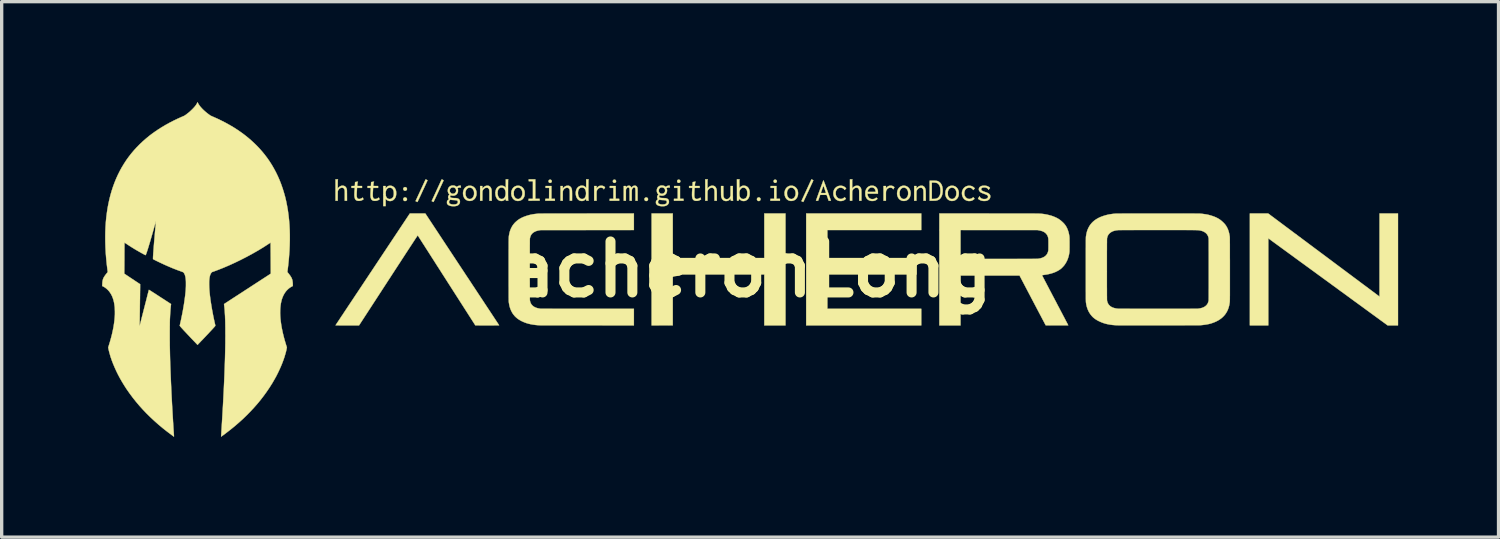
<source format=kicad_pcb>
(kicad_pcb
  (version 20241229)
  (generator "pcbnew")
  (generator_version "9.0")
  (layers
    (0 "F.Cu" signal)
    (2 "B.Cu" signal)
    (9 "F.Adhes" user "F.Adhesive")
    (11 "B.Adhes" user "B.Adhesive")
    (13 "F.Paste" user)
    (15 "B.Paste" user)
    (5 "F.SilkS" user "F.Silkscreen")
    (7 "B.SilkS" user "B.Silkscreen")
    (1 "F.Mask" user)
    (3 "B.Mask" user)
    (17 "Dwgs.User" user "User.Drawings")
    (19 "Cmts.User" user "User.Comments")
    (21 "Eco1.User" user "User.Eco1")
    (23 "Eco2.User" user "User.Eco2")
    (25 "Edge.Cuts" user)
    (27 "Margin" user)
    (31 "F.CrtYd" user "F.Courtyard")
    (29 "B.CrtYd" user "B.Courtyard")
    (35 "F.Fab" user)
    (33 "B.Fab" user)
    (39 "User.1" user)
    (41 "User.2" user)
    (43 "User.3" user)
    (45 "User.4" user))
  (footprint "acheronLong"
    (layer "F.Cu")
    (at 19.369 5.001)
    (property "Reference" "acheronLong" (at 0 0 0) (layer "F.SilkS") (effects (font (size 1.524 1.524) (thickness 0.3))))
    (attr through_hole)
    (fp_poly (pts (xy -2.095 -2.108) (xy -1.991 -2.108) (xy -1.991 -2.052) (xy -2.276 -2.052) (xy -2.276 -2.108) (xy -2.164 -2.108) (xy -2.164 -2.436) (xy -2.271 -2.436) (xy -2.271 -2.491) (xy -2.095 -2.491) (xy -2.095 -2.108)) (stroke (width 0.01) (type solid)) (fill yes) (layer "F.SilkS"))
    (fp_poly (pts (xy 0.787 -2.108) (xy 0.891 -2.108) (xy 0.891 -2.052) (xy 0.607 -2.052) (xy 0.607 -2.108) (xy 0.719 -2.108) (xy 0.719 -2.436) (xy 0.612 -2.436) (xy 0.612 -2.491) (xy 0.787 -2.491) (xy 0.787 -2.108)) (stroke (width 0.01) (type solid)) (fill yes) (layer "F.SilkS"))
    (fp_poly (pts (xy -4.017 -2.109) (xy -3.965 -2.109) (xy -3.914 -2.108) (xy -3.914 -2.052) (xy -4.198 -2.052) (xy -4.198 -2.108) (xy -4.086 -2.108) (xy -4.086 -2.436) (xy -4.193 -2.436) (xy -4.193 -2.491) (xy -4.018 -2.491) (xy -4.017 -2.109)) (stroke (width 0.01) (type solid)) (fill yes) (layer "F.SilkS"))
    (fp_poly (pts (xy -6.42 -2.108) (xy -6.291 -2.108) (xy -6.292 -2.081) (xy -6.292 -2.053) (xy -6.457 -2.053) (xy -6.621 -2.052) (xy -6.621 -2.108) (xy -6.492 -2.108) (xy -6.492 -2.636) (xy -6.616 -2.636) (xy -6.616 -2.692) (xy -6.42 -2.692) (xy -6.42 -2.108)) (stroke (width 0.01) (type solid)) (fill yes) (layer "F.SilkS"))
    (fp_poly (pts (xy -5.938 -2.108) (xy -5.836 -2.108) (xy -5.836 -2.052) (xy -6.121 -2.052) (xy -6.121 -2.108) (xy -6.064 -2.109) (xy -6.008 -2.109) (xy -6.007 -2.272) (xy -6.006 -2.436) (xy -6.113 -2.436) (xy -6.113 -2.491) (xy -5.938 -2.491) (xy -5.938 -2.108)) (stroke (width 0.01) (type solid)) (fill yes) (layer "F.SilkS"))
    (fp_poly (pts (xy 5.115 -1.176) (xy 2.309 -1.176) (xy 2.309 -0.34) (xy 4.973 -0.34) (xy 4.973 0.152) (xy 2.309 0.152) (xy 2.309 1.178) (xy 5.115 1.178) (xy 5.115 1.674) (xy 1.676 1.674) (xy 1.676 -1.671) (xy 5.115 -1.671) (xy 5.115 -1.176)) (stroke (width 0.01) (type solid)) (fill yes) (layer "F.SilkS"))
    (fp_poly (pts (xy -2.312 -1.67) (xy -2.312 -1.005) (xy -2.311 -0.34) (xy 0.424 -0.34) (xy 0.424 -1.671) (xy 1.057 -1.671) (xy 1.057 1.674) (xy 0.424 1.674) (xy 0.424 0.152) (xy -2.311 0.152) (xy -2.312 0.912) (xy -2.312 1.672) (xy -2.944 1.674) (xy -2.944 -1.671) (xy -2.312 -1.67)) (stroke (width 0.01) (type solid)) (fill yes) (layer "F.SilkS"))
    (fp_poly (pts (xy 0.266 -2.151) (xy 0.28 -2.147) (xy 0.293 -2.138) (xy 0.294 -2.138) (xy 0.305 -2.125) (xy 0.311 -2.111) (xy 0.312 -2.097) (xy 0.31 -2.082) (xy 0.304 -2.068) (xy 0.294 -2.056) (xy 0.282 -2.048) (xy 0.268 -2.043) (xy 0.253 -2.043) (xy 0.241 -2.045) (xy 0.227 -2.052) (xy 0.216 -2.063) (xy 0.209 -2.074) (xy 0.205 -2.083) (xy 0.204 -2.092) (xy 0.204 -2.101) (xy 0.204 -2.102) (xy 0.207 -2.117) (xy 0.215 -2.13) (xy 0.225 -2.14) (xy 0.238 -2.147) (xy 0.251 -2.151) (xy 0.266 -2.151)) (stroke (width 0.01) (type solid)) (fill yes) (layer "F.SilkS"))
    (fp_poly (pts (xy -10.3 -2.457) (xy -10.286 -2.453) (xy -10.274 -2.445) (xy -10.265 -2.434) (xy -10.258 -2.421) (xy -10.255 -2.406) (xy -10.255 -2.404) (xy -10.257 -2.388) (xy -10.264 -2.374) (xy -10.274 -2.363) (xy -10.288 -2.355) (xy -10.304 -2.35) (xy -10.314 -2.349) (xy -10.323 -2.35) (xy -10.331 -2.352) (xy -10.333 -2.353) (xy -10.347 -2.362) (xy -10.358 -2.374) (xy -10.365 -2.388) (xy -10.367 -2.404) (xy -10.367 -2.416) (xy -10.364 -2.425) (xy -10.359 -2.434) (xy -10.354 -2.44) (xy -10.342 -2.45) (xy -10.328 -2.456) (xy -10.314 -2.459) (xy -10.3 -2.457)) (stroke (width 0.01) (type solid)) (fill yes) (layer "F.SilkS"))
    (fp_poly (pts (xy -5.964 -2.681) (xy -5.954 -2.677) (xy -5.944 -2.669) (xy -5.941 -2.666) (xy -5.932 -2.654) (xy -5.928 -2.64) (xy -5.928 -2.626) (xy -5.933 -2.612) (xy -5.941 -2.6) (xy -5.951 -2.593) (xy -5.958 -2.588) (xy -5.966 -2.586) (xy -5.975 -2.585) (xy -5.977 -2.585) (xy -5.99 -2.587) (xy -6 -2.59) (xy -6 -2.59) (xy -6.012 -2.6) (xy -6.021 -2.612) (xy -6.025 -2.626) (xy -6.025 -2.64) (xy -6.025 -2.641) (xy -6.02 -2.656) (xy -6.012 -2.668) (xy -6 -2.677) (xy -5.986 -2.681) (xy -5.977 -2.682) (xy -5.964 -2.681)) (stroke (width 0.01) (type solid)) (fill yes) (layer "F.SilkS"))
    (fp_poly (pts (xy -3.09 -2.149) (xy -3.077 -2.143) (xy -3.064 -2.133) (xy -3.059 -2.126) (xy -3.052 -2.112) (xy -3.05 -2.097) (xy -3.053 -2.083) (xy -3.058 -2.07) (xy -3.067 -2.058) (xy -3.079 -2.049) (xy -3.093 -2.044) (xy -3.102 -2.043) (xy -3.111 -2.043) (xy -3.119 -2.044) (xy -3.128 -2.048) (xy -3.129 -2.049) (xy -3.143 -2.058) (xy -3.152 -2.07) (xy -3.158 -2.084) (xy -3.159 -2.094) (xy -3.159 -2.105) (xy -3.158 -2.113) (xy -3.155 -2.12) (xy -3.145 -2.133) (xy -3.133 -2.143) (xy -3.12 -2.149) (xy -3.105 -2.151) (xy -3.09 -2.149)) (stroke (width 0.01) (type solid)) (fill yes) (layer "F.SilkS"))
    (fp_poly (pts (xy -2.125 -2.682) (xy -2.112 -2.677) (xy -2.1 -2.669) (xy -2.091 -2.658) (xy -2.085 -2.645) (xy -2.084 -2.634) (xy -2.086 -2.62) (xy -2.091 -2.608) (xy -2.101 -2.597) (xy -2.104 -2.595) (xy -2.11 -2.59) (xy -2.116 -2.588) (xy -2.124 -2.587) (xy -2.13 -2.586) (xy -2.141 -2.586) (xy -2.15 -2.588) (xy -2.157 -2.591) (xy -2.157 -2.591) (xy -2.168 -2.599) (xy -2.176 -2.61) (xy -2.18 -2.623) (xy -2.181 -2.637) (xy -2.179 -2.65) (xy -2.173 -2.662) (xy -2.165 -2.672) (xy -2.155 -2.679) (xy -2.14 -2.682) (xy -2.125 -2.682)) (stroke (width 0.01) (type solid)) (fill yes) (layer "F.SilkS"))
    (fp_poly (pts (xy -10.305 -2.152) (xy -10.291 -2.148) (xy -10.277 -2.14) (xy -10.269 -2.133) (xy -10.261 -2.123) (xy -10.257 -2.112) (xy -10.255 -2.098) (xy -10.255 -2.096) (xy -10.257 -2.081) (xy -10.264 -2.068) (xy -10.274 -2.057) (xy -10.286 -2.049) (xy -10.301 -2.044) (xy -10.316 -2.042) (xy -10.332 -2.045) (xy -10.334 -2.046) (xy -10.343 -2.051) (xy -10.352 -2.059) (xy -10.36 -2.069) (xy -10.365 -2.078) (xy -10.366 -2.082) (xy -10.367 -2.089) (xy -10.367 -2.099) (xy -10.367 -2.104) (xy -10.363 -2.119) (xy -10.356 -2.132) (xy -10.346 -2.142) (xy -10.333 -2.148) (xy -10.32 -2.152) (xy -10.305 -2.152)) (stroke (width 0.01) (type solid)) (fill yes) (layer "F.SilkS"))
    (fp_poly (pts (xy -4.043 -2.681) (xy -4.036 -2.679) (xy -4.03 -2.675) (xy -4.026 -2.673) (xy -4.015 -2.662) (xy -4.009 -2.649) (xy -4.006 -2.635) (xy -4.007 -2.621) (xy -4.013 -2.609) (xy -4.015 -2.606) (xy -4.024 -2.596) (xy -4.034 -2.589) (xy -4.045 -2.586) (xy -4.055 -2.585) (xy -4.065 -2.586) (xy -4.073 -2.588) (xy -4.08 -2.592) (xy -4.092 -2.601) (xy -4.099 -2.612) (xy -4.102 -2.625) (xy -4.103 -2.634) (xy -4.103 -2.644) (xy -4.101 -2.651) (xy -4.098 -2.657) (xy -4.095 -2.662) (xy -4.086 -2.672) (xy -4.076 -2.679) (xy -4.064 -2.681) (xy -4.053 -2.681) (xy -4.043 -2.681)) (stroke (width 0.01) (type solid)) (fill yes) (layer "F.SilkS"))
    (fp_poly (pts (xy 0.764 -2.68) (xy 0.771 -2.678) (xy 0.773 -2.676) (xy 0.785 -2.667) (xy 0.794 -2.655) (xy 0.798 -2.642) (xy 0.799 -2.628) (xy 0.795 -2.614) (xy 0.794 -2.614) (xy 0.789 -2.605) (xy 0.781 -2.597) (xy 0.779 -2.595) (xy 0.773 -2.59) (xy 0.766 -2.588) (xy 0.758 -2.586) (xy 0.752 -2.586) (xy 0.742 -2.586) (xy 0.736 -2.587) (xy 0.73 -2.589) (xy 0.724 -2.593) (xy 0.712 -2.603) (xy 0.705 -2.615) (xy 0.701 -2.629) (xy 0.702 -2.643) (xy 0.706 -2.656) (xy 0.714 -2.668) (xy 0.72 -2.673) (xy 0.727 -2.678) (xy 0.734 -2.68) (xy 0.743 -2.681) (xy 0.746 -2.681) (xy 0.757 -2.681) (xy 0.764 -2.68)) (stroke (width 0.01) (type solid)) (fill yes) (layer "F.SilkS"))
    (fp_poly (pts (xy 4.214 -2.501) (xy 4.232 -2.499) (xy 4.239 -2.498) (xy 4.259 -2.491) (xy 4.279 -2.482) (xy 4.296 -2.47) (xy 4.301 -2.466) (xy 4.313 -2.454) (xy 4.296 -2.424) (xy 4.288 -2.41) (xy 4.283 -2.401) (xy 4.278 -2.396) (xy 4.275 -2.394) (xy 4.272 -2.397) (xy 4.271 -2.401) (xy 4.266 -2.411) (xy 4.257 -2.421) (xy 4.245 -2.429) (xy 4.23 -2.436) (xy 4.219 -2.439) (xy 4.196 -2.443) (xy 4.173 -2.442) (xy 4.151 -2.436) (xy 4.129 -2.426) (xy 4.11 -2.412) (xy 4.093 -2.395) (xy 4.079 -2.374) (xy 4.076 -2.369) (xy 4.073 -2.361) (xy 4.07 -2.354) (xy 4.067 -2.347) (xy 4.065 -2.339) (xy 4.063 -2.331) (xy 4.061 -2.321) (xy 4.06 -2.309) (xy 4.06 -2.295) (xy 4.059 -2.278) (xy 4.059 -2.257) (xy 4.059 -2.233) (xy 4.059 -2.205) (xy 4.059 -2.18) (xy 4.059 -2.052) (xy 3.987 -2.052) (xy 3.987 -2.491) (xy 4.06 -2.491) (xy 4.059 -2.453) (xy 4.058 -2.414) (xy 4.068 -2.43) (xy 4.083 -2.451) (xy 4.102 -2.469) (xy 4.124 -2.483) (xy 4.148 -2.494) (xy 4.161 -2.498) (xy 4.177 -2.5) (xy 4.195 -2.501) (xy 4.214 -2.501)) (stroke (width 0.01) (type solid)) (fill yes) (layer "F.SilkS"))
    (fp_poly (pts (xy -4.432 -2.501) (xy -4.416 -2.499) (xy -4.411 -2.498) (xy -4.394 -2.492) (xy -4.376 -2.485) (xy -4.36 -2.475) (xy -4.347 -2.465) (xy -4.347 -2.465) (xy -4.335 -2.455) (xy -4.352 -2.424) (xy -4.359 -2.412) (xy -4.364 -2.403) (xy -4.369 -2.396) (xy -4.371 -2.393) (xy -4.372 -2.393) (xy -4.374 -2.395) (xy -4.377 -2.4) (xy -4.378 -2.404) (xy -4.386 -2.416) (xy -4.398 -2.426) (xy -4.413 -2.434) (xy -4.43 -2.439) (xy -4.449 -2.442) (xy -4.469 -2.442) (xy -4.484 -2.44) (xy -4.508 -2.431) (xy -4.53 -2.419) (xy -4.55 -2.402) (xy -4.565 -2.382) (xy -4.573 -2.368) (xy -4.576 -2.361) (xy -4.579 -2.355) (xy -4.582 -2.348) (xy -4.584 -2.341) (xy -4.585 -2.333) (xy -4.587 -2.323) (xy -4.588 -2.312) (xy -4.588 -2.298) (xy -4.589 -2.281) (xy -4.589 -2.262) (xy -4.589 -2.238) (xy -4.589 -2.21) (xy -4.589 -2.184) (xy -4.589 -2.052) (xy -4.66 -2.052) (xy -4.66 -2.491) (xy -4.589 -2.491) (xy -4.589 -2.414) (xy -4.582 -2.427) (xy -4.567 -2.449) (xy -4.549 -2.467) (xy -4.528 -2.482) (xy -4.504 -2.494) (xy -4.503 -2.494) (xy -4.488 -2.498) (xy -4.47 -2.5) (xy -4.451 -2.501) (xy -4.432 -2.501)) (stroke (width 0.01) (type solid)) (fill yes) (layer "F.SilkS"))
    (fp_poly (pts (xy -9.695 -2.689) (xy -9.689 -2.686) (xy -9.68 -2.682) (xy -9.669 -2.677) (xy -9.669 -2.677) (xy -9.656 -2.67) (xy -9.647 -2.665) (xy -9.643 -2.662) (xy -9.642 -2.659) (xy -9.642 -2.659) (xy -9.643 -2.657) (xy -9.646 -2.65) (xy -9.651 -2.639) (xy -9.658 -2.625) (xy -9.666 -2.607) (xy -9.676 -2.586) (xy -9.686 -2.562) (xy -9.698 -2.537) (xy -9.711 -2.509) (xy -9.725 -2.479) (xy -9.739 -2.448) (xy -9.754 -2.416) (xy -9.77 -2.383) (xy -9.785 -2.35) (xy -9.801 -2.316) (xy -9.816 -2.283) (xy -9.831 -2.25) (xy -9.846 -2.219) (xy -9.86 -2.188) (xy -9.874 -2.159) (xy -9.887 -2.131) (xy -9.899 -2.106) (xy -9.909 -2.083) (xy -9.919 -2.063) (xy -9.927 -2.046) (xy -9.933 -2.032) (xy -9.938 -2.022) (xy -9.939 -2.02) (xy -9.942 -2.015) (xy -9.944 -2.014) (xy -9.947 -2.015) (xy -9.954 -2.018) (xy -9.963 -2.023) (xy -9.973 -2.027) (xy -9.999 -2.041) (xy -9.849 -2.364) (xy -9.832 -2.402) (xy -9.814 -2.439) (xy -9.798 -2.475) (xy -9.782 -2.508) (xy -9.768 -2.54) (xy -9.754 -2.569) (xy -9.742 -2.596) (xy -9.731 -2.62) (xy -9.721 -2.641) (xy -9.713 -2.658) (xy -9.706 -2.672) (xy -9.702 -2.682) (xy -9.699 -2.688) (xy -9.698 -2.689) (xy -9.695 -2.689)) (stroke (width 0.01) (type solid)) (fill yes) (layer "F.SilkS"))
    (fp_poly (pts (xy 1.862 -2.678) (xy 1.872 -2.672) (xy 1.881 -2.667) (xy 1.887 -2.663) (xy 1.889 -2.66) (xy 1.889 -2.66) (xy 1.888 -2.658) (xy 1.885 -2.651) (xy 1.88 -2.64) (xy 1.874 -2.625) (xy 1.866 -2.607) (xy 1.856 -2.586) (xy 1.845 -2.563) (xy 1.833 -2.537) (xy 1.82 -2.509) (xy 1.807 -2.48) (xy 1.792 -2.449) (xy 1.777 -2.416) (xy 1.762 -2.384) (xy 1.747 -2.35) (xy 1.731 -2.317) (xy 1.715 -2.284) (xy 1.7 -2.251) (xy 1.685 -2.219) (xy 1.671 -2.188) (xy 1.657 -2.159) (xy 1.644 -2.132) (xy 1.632 -2.107) (xy 1.622 -2.084) (xy 1.612 -2.063) (xy 1.604 -2.046) (xy 1.597 -2.033) (xy 1.593 -2.023) (xy 1.59 -2.017) (xy 1.589 -2.015) (xy 1.585 -2.016) (xy 1.579 -2.018) (xy 1.569 -2.022) (xy 1.56 -2.027) (xy 1.55 -2.032) (xy 1.541 -2.036) (xy 1.536 -2.04) (xy 1.534 -2.041) (xy 1.535 -2.044) (xy 1.538 -2.05) (xy 1.543 -2.061) (xy 1.55 -2.076) (xy 1.558 -2.094) (xy 1.568 -2.116) (xy 1.579 -2.14) (xy 1.592 -2.167) (xy 1.605 -2.197) (xy 1.62 -2.229) (xy 1.636 -2.263) (xy 1.652 -2.298) (xy 1.669 -2.335) (xy 1.677 -2.352) (xy 1.694 -2.389) (xy 1.711 -2.426) (xy 1.727 -2.461) (xy 1.743 -2.495) (xy 1.757 -2.526) (xy 1.771 -2.556) (xy 1.783 -2.583) (xy 1.794 -2.607) (xy 1.804 -2.628) (xy 1.812 -2.645) (xy 1.819 -2.659) (xy 1.823 -2.669) (xy 1.826 -2.675) (xy 1.827 -2.676) (xy 1.834 -2.692) (xy 1.862 -2.678)) (stroke (width 0.01) (type solid)) (fill yes) (layer "F.SilkS"))
    (fp_poly (pts (xy -9.211 -2.688) (xy -9.203 -2.685) (xy -9.193 -2.679) (xy -9.189 -2.677) (xy -9.178 -2.672) (xy -9.169 -2.667) (xy -9.163 -2.663) (xy -9.161 -2.661) (xy -9.161 -2.661) (xy -9.162 -2.659) (xy -9.165 -2.652) (xy -9.17 -2.641) (xy -9.176 -2.626) (xy -9.185 -2.609) (xy -9.194 -2.588) (xy -9.205 -2.564) (xy -9.217 -2.538) (xy -9.23 -2.511) (xy -9.244 -2.481) (xy -9.258 -2.45) (xy -9.273 -2.418) (xy -9.288 -2.385) (xy -9.304 -2.352) (xy -9.319 -2.318) (xy -9.335 -2.285) (xy -9.35 -2.252) (xy -9.365 -2.22) (xy -9.379 -2.19) (xy -9.393 -2.16) (xy -9.406 -2.133) (xy -9.418 -2.107) (xy -9.429 -2.084) (xy -9.439 -2.064) (xy -9.447 -2.047) (xy -9.453 -2.033) (xy -9.458 -2.023) (xy -9.461 -2.017) (xy -9.462 -2.015) (xy -9.465 -2.015) (xy -9.472 -2.018) (xy -9.481 -2.022) (xy -9.491 -2.027) (xy -9.503 -2.033) (xy -9.51 -2.037) (xy -9.514 -2.04) (xy -9.516 -2.043) (xy -9.516 -2.044) (xy -9.515 -2.047) (xy -9.511 -2.054) (xy -9.506 -2.064) (xy -9.5 -2.079) (xy -9.492 -2.097) (xy -9.482 -2.118) (xy -9.471 -2.141) (xy -9.459 -2.167) (xy -9.446 -2.195) (xy -9.433 -2.225) (xy -9.418 -2.256) (xy -9.404 -2.288) (xy -9.388 -2.321) (xy -9.373 -2.355) (xy -9.358 -2.388) (xy -9.342 -2.421) (xy -9.327 -2.454) (xy -9.313 -2.486) (xy -9.298 -2.516) (xy -9.285 -2.546) (xy -9.272 -2.573) (xy -9.261 -2.598) (xy -9.25 -2.621) (xy -9.241 -2.641) (xy -9.233 -2.658) (xy -9.227 -2.671) (xy -9.222 -2.681) (xy -9.22 -2.686) (xy -9.219 -2.687) (xy -9.218 -2.689) (xy -9.215 -2.689) (xy -9.211 -2.688)) (stroke (width 0.01) (type solid)) (fill yes) (layer "F.SilkS"))
    (fp_poly (pts (xy -5.432 -2.501) (xy -5.422 -2.5) (xy -5.415 -2.498) (xy -5.407 -2.495) (xy -5.399 -2.491) (xy -5.378 -2.478) (xy -5.361 -2.461) (xy -5.346 -2.44) (xy -5.336 -2.416) (xy -5.331 -2.401) (xy -5.329 -2.392) (xy -5.327 -2.381) (xy -5.325 -2.369) (xy -5.324 -2.356) (xy -5.323 -2.34) (xy -5.322 -2.322) (xy -5.322 -2.3) (xy -5.321 -2.275) (xy -5.321 -2.246) (xy -5.321 -2.213) (xy -5.321 -2.185) (xy -5.322 -2.053) (xy -5.356 -2.053) (xy -5.389 -2.052) (xy -5.389 -2.199) (xy -5.389 -2.233) (xy -5.389 -2.262) (xy -5.39 -2.287) (xy -5.39 -2.308) (xy -5.39 -2.326) (xy -5.391 -2.34) (xy -5.392 -2.353) (xy -5.393 -2.363) (xy -5.394 -2.371) (xy -5.396 -2.378) (xy -5.397 -2.385) (xy -5.4 -2.391) (xy -5.402 -2.397) (xy -5.412 -2.413) (xy -5.425 -2.426) (xy -5.441 -2.435) (xy -5.46 -2.44) (xy -5.472 -2.441) (xy -5.494 -2.438) (xy -5.516 -2.431) (xy -5.537 -2.42) (xy -5.556 -2.405) (xy -5.572 -2.387) (xy -5.585 -2.366) (xy -5.593 -2.347) (xy -5.594 -2.343) (xy -5.595 -2.339) (xy -5.596 -2.335) (xy -5.597 -2.33) (xy -5.598 -2.324) (xy -5.598 -2.316) (xy -5.598 -2.306) (xy -5.599 -2.293) (xy -5.599 -2.277) (xy -5.599 -2.257) (xy -5.599 -2.234) (xy -5.599 -2.206) (xy -5.6 -2.191) (xy -5.6 -2.052) (xy -5.666 -2.052) (xy -5.666 -2.491) (xy -5.6 -2.491) (xy -5.6 -2.453) (xy -5.6 -2.414) (xy -5.595 -2.422) (xy -5.591 -2.426) (xy -5.584 -2.434) (xy -5.576 -2.443) (xy -5.567 -2.451) (xy -5.545 -2.471) (xy -5.521 -2.485) (xy -5.497 -2.495) (xy -5.471 -2.5) (xy -5.444 -2.501) (xy -5.432 -2.501)) (stroke (width 0.01) (type solid)) (fill yes) (layer "F.SilkS"))
    (fp_poly (pts (xy -7.829 -2.5) (xy -7.809 -2.495) (xy -7.791 -2.486) (xy -7.774 -2.472) (xy -7.767 -2.465) (xy -7.753 -2.447) (xy -7.742 -2.425) (xy -7.733 -2.399) (xy -7.73 -2.39) (xy -7.729 -2.384) (xy -7.728 -2.379) (xy -7.728 -2.374) (xy -7.727 -2.368) (xy -7.726 -2.36) (xy -7.726 -2.351) (xy -7.725 -2.339) (xy -7.725 -2.325) (xy -7.725 -2.308) (xy -7.725 -2.288) (xy -7.724 -2.264) (xy -7.724 -2.235) (xy -7.724 -2.209) (xy -7.723 -2.052) (xy -7.792 -2.052) (xy -7.792 -2.199) (xy -7.792 -2.232) (xy -7.792 -2.261) (xy -7.792 -2.285) (xy -7.792 -2.306) (xy -7.793 -2.324) (xy -7.793 -2.338) (xy -7.794 -2.35) (xy -7.795 -2.36) (xy -7.796 -2.368) (xy -7.798 -2.375) (xy -7.799 -2.382) (xy -7.801 -2.388) (xy -7.803 -2.392) (xy -7.809 -2.404) (xy -7.818 -2.416) (xy -7.829 -2.427) (xy -7.84 -2.435) (xy -7.848 -2.438) (xy -7.868 -2.441) (xy -7.889 -2.44) (xy -7.909 -2.435) (xy -7.93 -2.426) (xy -7.948 -2.413) (xy -7.965 -2.397) (xy -7.98 -2.379) (xy -7.991 -2.359) (xy -7.996 -2.347) (xy -7.997 -2.343) (xy -7.998 -2.34) (xy -7.999 -2.335) (xy -7.999 -2.33) (xy -8 -2.324) (xy -8.001 -2.316) (xy -8.001 -2.306) (xy -8.001 -2.293) (xy -8.001 -2.277) (xy -8.002 -2.258) (xy -8.002 -2.234) (xy -8.002 -2.207) (xy -8.002 -2.191) (xy -8.003 -2.052) (xy -8.069 -2.052) (xy -8.069 -2.491) (xy -8.003 -2.491) (xy -8.003 -2.453) (xy -8.003 -2.414) (xy -7.997 -2.422) (xy -7.993 -2.426) (xy -7.987 -2.434) (xy -7.978 -2.443) (xy -7.97 -2.451) (xy -7.947 -2.471) (xy -7.923 -2.485) (xy -7.898 -2.495) (xy -7.871 -2.501) (xy -7.852 -2.502) (xy -7.829 -2.5)) (stroke (width 0.01) (type solid)) (fill yes) (layer "F.SilkS"))
    (fp_poly (pts (xy 5.139 -2.501) (xy 5.148 -2.5) (xy 5.156 -2.498) (xy 5.163 -2.495) (xy 5.171 -2.491) (xy 5.192 -2.478) (xy 5.21 -2.461) (xy 5.224 -2.44) (xy 5.235 -2.415) (xy 5.243 -2.39) (xy 5.244 -2.384) (xy 5.245 -2.379) (xy 5.245 -2.374) (xy 5.246 -2.367) (xy 5.247 -2.36) (xy 5.247 -2.35) (xy 5.248 -2.339) (xy 5.248 -2.325) (xy 5.248 -2.308) (xy 5.248 -2.287) (xy 5.249 -2.262) (xy 5.249 -2.234) (xy 5.249 -2.209) (xy 5.25 -2.052) (xy 5.181 -2.052) (xy 5.181 -2.199) (xy 5.181 -2.233) (xy 5.181 -2.263) (xy 5.181 -2.288) (xy 5.181 -2.309) (xy 5.18 -2.327) (xy 5.179 -2.342) (xy 5.179 -2.354) (xy 5.178 -2.364) (xy 5.176 -2.373) (xy 5.175 -2.38) (xy 5.173 -2.386) (xy 5.17 -2.392) (xy 5.167 -2.398) (xy 5.167 -2.399) (xy 5.159 -2.411) (xy 5.149 -2.422) (xy 5.138 -2.432) (xy 5.127 -2.437) (xy 5.125 -2.438) (xy 5.107 -2.441) (xy 5.087 -2.44) (xy 5.066 -2.436) (xy 5.046 -2.428) (xy 5.039 -2.424) (xy 5.021 -2.41) (xy 5.004 -2.393) (xy 4.99 -2.373) (xy 4.979 -2.352) (xy 4.977 -2.347) (xy 4.976 -2.343) (xy 4.975 -2.34) (xy 4.974 -2.335) (xy 4.974 -2.331) (xy 4.973 -2.324) (xy 4.972 -2.316) (xy 4.972 -2.306) (xy 4.972 -2.293) (xy 4.972 -2.278) (xy 4.971 -2.258) (xy 4.971 -2.235) (xy 4.971 -2.207) (xy 4.971 -2.191) (xy 4.97 -2.052) (xy 4.904 -2.052) (xy 4.904 -2.491) (xy 4.97 -2.491) (xy 4.97 -2.453) (xy 4.97 -2.414) (xy 4.976 -2.422) (xy 4.98 -2.426) (xy 4.986 -2.434) (xy 4.995 -2.443) (xy 5.003 -2.451) (xy 5.026 -2.471) (xy 5.049 -2.485) (xy 5.073 -2.495) (xy 5.1 -2.5) (xy 5.127 -2.501) (xy 5.139 -2.501)) (stroke (width 0.01) (type solid)) (fill yes) (layer "F.SilkS"))
    (fp_poly (pts (xy 5.481 -2.651) (xy 5.509 -2.651) (xy 5.532 -2.65) (xy 5.552 -2.649) (xy 5.569 -2.647) (xy 5.584 -2.644) (xy 5.598 -2.641) (xy 5.61 -2.636) (xy 5.623 -2.631) (xy 5.634 -2.626) (xy 5.655 -2.612) (xy 5.676 -2.594) (xy 5.695 -2.573) (xy 5.711 -2.55) (xy 5.725 -2.525) (xy 5.727 -2.52) (xy 5.74 -2.485) (xy 5.749 -2.447) (xy 5.754 -2.407) (xy 5.757 -2.365) (xy 5.755 -2.323) (xy 5.751 -2.282) (xy 5.743 -2.242) (xy 5.732 -2.205) (xy 5.721 -2.178) (xy 5.705 -2.149) (xy 5.687 -2.124) (xy 5.666 -2.103) (xy 5.642 -2.086) (xy 5.614 -2.072) (xy 5.583 -2.062) (xy 5.548 -2.055) (xy 5.546 -2.055) (xy 5.539 -2.054) (xy 5.527 -2.054) (xy 5.512 -2.053) (xy 5.495 -2.053) (xy 5.476 -2.052) (xy 5.455 -2.052) (xy 5.447 -2.052) (xy 5.366 -2.052) (xy 5.366 -2.105) (xy 5.43 -2.105) (xy 5.484 -2.106) (xy 5.505 -2.107) (xy 5.522 -2.107) (xy 5.535 -2.108) (xy 5.545 -2.11) (xy 5.553 -2.111) (xy 5.554 -2.112) (xy 5.579 -2.12) (xy 5.601 -2.131) (xy 5.621 -2.146) (xy 5.629 -2.155) (xy 5.646 -2.174) (xy 5.66 -2.196) (xy 5.671 -2.22) (xy 5.679 -2.247) (xy 5.686 -2.279) (xy 5.686 -2.279) (xy 5.687 -2.295) (xy 5.688 -2.314) (xy 5.689 -2.336) (xy 5.688 -2.359) (xy 5.687 -2.382) (xy 5.686 -2.404) (xy 5.684 -2.422) (xy 5.682 -2.436) (xy 5.673 -2.47) (xy 5.662 -2.5) (xy 5.647 -2.526) (xy 5.631 -2.547) (xy 5.611 -2.565) (xy 5.592 -2.576) (xy 5.579 -2.582) (xy 5.567 -2.586) (xy 5.553 -2.589) (xy 5.538 -2.592) (xy 5.52 -2.593) (xy 5.498 -2.595) (xy 5.484 -2.595) (xy 5.43 -2.596) (xy 5.43 -2.105) (xy 5.366 -2.105) (xy 5.366 -2.651) (xy 5.45 -2.651) (xy 5.481 -2.651)) (stroke (width 0.01) (type solid)) (fill yes) (layer "F.SilkS"))
    (fp_poly (pts (xy -0.799 -2.341) (xy -0.799 -2.308) (xy -0.799 -2.28) (xy -0.799 -2.256) (xy -0.798 -2.236) (xy -0.798 -2.219) (xy -0.797 -2.205) (xy -0.797 -2.193) (xy -0.795 -2.184) (xy -0.794 -2.176) (xy -0.792 -2.169) (xy -0.79 -2.164) (xy -0.788 -2.158) (xy -0.785 -2.152) (xy -0.782 -2.146) (xy -0.782 -2.145) (xy -0.77 -2.129) (xy -0.755 -2.115) (xy -0.739 -2.106) (xy -0.72 -2.1) (xy -0.7 -2.098) (xy -0.68 -2.1) (xy -0.66 -2.106) (xy -0.642 -2.116) (xy -0.627 -2.128) (xy -0.614 -2.141) (xy -0.604 -2.157) (xy -0.595 -2.176) (xy -0.593 -2.183) (xy -0.585 -2.203) (xy -0.585 -2.347) (xy -0.584 -2.491) (xy -0.516 -2.491) (xy -0.516 -2.288) (xy -0.516 -2.25) (xy -0.516 -2.217) (xy -0.515 -2.188) (xy -0.515 -2.163) (xy -0.515 -2.142) (xy -0.515 -2.125) (xy -0.515 -2.11) (xy -0.514 -2.098) (xy -0.514 -2.089) (xy -0.514 -2.082) (xy -0.513 -2.076) (xy -0.512 -2.072) (xy -0.512 -2.069) (xy -0.51 -2.061) (xy -0.508 -2.055) (xy -0.508 -2.053) (xy -0.51 -2.053) (xy -0.517 -2.052) (xy -0.526 -2.052) (xy -0.538 -2.052) (xy -0.54 -2.052) (xy -0.572 -2.052) (xy -0.576 -2.062) (xy -0.578 -2.068) (xy -0.58 -2.079) (xy -0.581 -2.09) (xy -0.581 -2.095) (xy -0.583 -2.119) (xy -0.59 -2.109) (xy -0.603 -2.092) (xy -0.62 -2.077) (xy -0.639 -2.064) (xy -0.66 -2.053) (xy -0.67 -2.049) (xy -0.687 -2.046) (xy -0.706 -2.043) (xy -0.725 -2.043) (xy -0.743 -2.044) (xy -0.751 -2.046) (xy -0.777 -2.054) (xy -0.799 -2.066) (xy -0.819 -2.083) (xy -0.836 -2.103) (xy -0.849 -2.128) (xy -0.856 -2.146) (xy -0.859 -2.154) (xy -0.861 -2.161) (xy -0.863 -2.169) (xy -0.864 -2.178) (xy -0.865 -2.188) (xy -0.866 -2.2) (xy -0.867 -2.214) (xy -0.868 -2.231) (xy -0.868 -2.251) (xy -0.868 -2.274) (xy -0.869 -2.302) (xy -0.869 -2.333) (xy -0.869 -2.349) (xy -0.869 -2.491) (xy -0.8 -2.491) (xy -0.799 -2.341)) (stroke (width 0.01) (type solid)) (fill yes) (layer "F.SilkS"))
    (fp_poly (pts (xy -12.339 -2.692) (xy -12.328 -2.691) (xy -12.32 -2.69) (xy -12.317 -2.689) (xy -12.316 -2.686) (xy -12.318 -2.683) (xy -12.319 -2.682) (xy -12.32 -2.68) (xy -12.321 -2.678) (xy -12.322 -2.675) (xy -12.323 -2.671) (xy -12.323 -2.665) (xy -12.324 -2.656) (xy -12.324 -2.645) (xy -12.324 -2.631) (xy -12.324 -2.613) (xy -12.325 -2.591) (xy -12.325 -2.565) (xy -12.325 -2.545) (xy -12.326 -2.415) (xy -12.311 -2.433) (xy -12.293 -2.453) (xy -12.272 -2.47) (xy -12.249 -2.485) (xy -12.225 -2.495) (xy -12.215 -2.498) (xy -12.199 -2.501) (xy -12.18 -2.501) (xy -12.162 -2.501) (xy -12.146 -2.498) (xy -12.144 -2.498) (xy -12.122 -2.489) (xy -12.102 -2.477) (xy -12.085 -2.46) (xy -12.071 -2.439) (xy -12.06 -2.415) (xy -12.055 -2.396) (xy -12.054 -2.392) (xy -12.053 -2.388) (xy -12.052 -2.382) (xy -12.052 -2.376) (xy -12.051 -2.367) (xy -12.051 -2.357) (xy -12.05 -2.344) (xy -12.05 -2.328) (xy -12.05 -2.309) (xy -12.05 -2.286) (xy -12.049 -2.259) (xy -12.049 -2.227) (xy -12.049 -2.215) (xy -12.048 -2.052) (xy -12.115 -2.052) (xy -12.115 -2.198) (xy -12.115 -2.231) (xy -12.115 -2.261) (xy -12.115 -2.286) (xy -12.115 -2.307) (xy -12.116 -2.324) (xy -12.116 -2.339) (xy -12.117 -2.352) (xy -12.118 -2.362) (xy -12.12 -2.37) (xy -12.121 -2.378) (xy -12.123 -2.384) (xy -12.126 -2.39) (xy -12.128 -2.396) (xy -12.138 -2.414) (xy -12.151 -2.427) (xy -12.167 -2.436) (xy -12.185 -2.44) (xy -12.196 -2.441) (xy -12.212 -2.44) (xy -12.226 -2.437) (xy -12.24 -2.432) (xy -12.252 -2.426) (xy -12.273 -2.413) (xy -12.291 -2.395) (xy -12.306 -2.375) (xy -12.317 -2.353) (xy -12.318 -2.349) (xy -12.32 -2.346) (xy -12.321 -2.342) (xy -12.322 -2.338) (xy -12.322 -2.333) (xy -12.323 -2.327) (xy -12.323 -2.319) (xy -12.324 -2.309) (xy -12.324 -2.296) (xy -12.324 -2.28) (xy -12.324 -2.26) (xy -12.325 -2.237) (xy -12.325 -2.209) (xy -12.325 -2.192) (xy -12.326 -2.052) (xy -12.391 -2.052) (xy -12.391 -2.692) (xy -12.355 -2.692) (xy -12.339 -2.692)) (stroke (width 0.01) (type solid)) (fill yes) (layer "F.SilkS"))
    (fp_poly (pts (xy 3.035 -2.692) (xy 3.046 -2.692) (xy 3.052 -2.691) (xy 3.056 -2.691) (xy 3.057 -2.689) (xy 3.058 -2.688) (xy 3.056 -2.682) (xy 3.054 -2.678) (xy 3.053 -2.677) (xy 3.052 -2.674) (xy 3.052 -2.669) (xy 3.051 -2.662) (xy 3.051 -2.652) (xy 3.051 -2.64) (xy 3.05 -2.624) (xy 3.05 -2.605) (xy 3.05 -2.581) (xy 3.05 -2.553) (xy 3.05 -2.544) (xy 3.05 -2.415) (xy 3.062 -2.43) (xy 3.081 -2.452) (xy 3.102 -2.47) (xy 3.126 -2.484) (xy 3.151 -2.495) (xy 3.176 -2.5) (xy 3.194 -2.502) (xy 3.212 -2.501) (xy 3.227 -2.499) (xy 3.241 -2.495) (xy 3.252 -2.49) (xy 3.271 -2.479) (xy 3.287 -2.463) (xy 3.301 -2.445) (xy 3.312 -2.424) (xy 3.314 -2.417) (xy 3.317 -2.409) (xy 3.319 -2.401) (xy 3.321 -2.394) (xy 3.322 -2.385) (xy 3.324 -2.376) (xy 3.325 -2.365) (xy 3.325 -2.352) (xy 3.326 -2.337) (xy 3.326 -2.319) (xy 3.327 -2.298) (xy 3.327 -2.273) (xy 3.327 -2.244) (xy 3.327 -2.211) (xy 3.327 -2.052) (xy 3.261 -2.052) (xy 3.26 -2.205) (xy 3.26 -2.238) (xy 3.26 -2.265) (xy 3.26 -2.289) (xy 3.259 -2.308) (xy 3.259 -2.324) (xy 3.259 -2.338) (xy 3.258 -2.348) (xy 3.258 -2.357) (xy 3.257 -2.363) (xy 3.256 -2.368) (xy 3.256 -2.372) (xy 3.255 -2.374) (xy 3.248 -2.395) (xy 3.239 -2.412) (xy 3.227 -2.425) (xy 3.212 -2.434) (xy 3.211 -2.435) (xy 3.204 -2.438) (xy 3.198 -2.44) (xy 3.191 -2.441) (xy 3.182 -2.441) (xy 3.174 -2.44) (xy 3.162 -2.44) (xy 3.153 -2.438) (xy 3.145 -2.436) (xy 3.136 -2.432) (xy 3.128 -2.428) (xy 3.105 -2.414) (xy 3.086 -2.397) (xy 3.07 -2.378) (xy 3.059 -2.355) (xy 3.054 -2.339) (xy 3.053 -2.334) (xy 3.053 -2.329) (xy 3.052 -2.321) (xy 3.051 -2.312) (xy 3.051 -2.3) (xy 3.051 -2.285) (xy 3.051 -2.267) (xy 3.05 -2.245) (xy 3.05 -2.219) (xy 3.05 -2.188) (xy 3.05 -2.187) (xy 3.05 -2.052) (xy 2.984 -2.052) (xy 2.984 -2.692) (xy 3.021 -2.692) (xy 3.035 -2.692)) (stroke (width 0.01) (type solid)) (fill yes) (layer "F.SilkS"))
    (fp_poly (pts (xy 3.655 -2.501) (xy 3.674 -2.5) (xy 3.686 -2.498) (xy 3.712 -2.49) (xy 3.737 -2.477) (xy 3.759 -2.461) (xy 3.778 -2.441) (xy 3.784 -2.433) (xy 3.798 -2.41) (xy 3.808 -2.386) (xy 3.815 -2.358) (xy 3.819 -2.328) (xy 3.82 -2.297) (xy 3.82 -2.263) (xy 3.507 -2.263) (xy 3.508 -2.244) (xy 3.513 -2.214) (xy 3.522 -2.187) (xy 3.535 -2.163) (xy 3.551 -2.142) (xy 3.553 -2.141) (xy 3.572 -2.124) (xy 3.593 -2.112) (xy 3.617 -2.104) (xy 3.643 -2.1) (xy 3.657 -2.1) (xy 3.686 -2.102) (xy 3.712 -2.108) (xy 3.735 -2.119) (xy 3.756 -2.135) (xy 3.756 -2.135) (xy 3.763 -2.141) (xy 3.768 -2.145) (xy 3.771 -2.146) (xy 3.773 -2.144) (xy 3.779 -2.14) (xy 3.786 -2.133) (xy 3.791 -2.128) (xy 3.808 -2.11) (xy 3.791 -2.093) (xy 3.768 -2.075) (xy 3.743 -2.061) (xy 3.715 -2.051) (xy 3.685 -2.046) (xy 3.651 -2.044) (xy 3.63 -2.045) (xy 3.598 -2.049) (xy 3.568 -2.058) (xy 3.54 -2.071) (xy 3.515 -2.088) (xy 3.503 -2.098) (xy 3.484 -2.12) (xy 3.469 -2.145) (xy 3.456 -2.173) (xy 3.447 -2.204) (xy 3.445 -2.216) (xy 3.443 -2.235) (xy 3.442 -2.257) (xy 3.442 -2.281) (xy 3.443 -2.304) (xy 3.444 -2.316) (xy 3.509 -2.316) (xy 3.751 -2.316) (xy 3.751 -2.323) (xy 3.751 -2.329) (xy 3.749 -2.338) (xy 3.748 -2.349) (xy 3.748 -2.35) (xy 3.741 -2.374) (xy 3.731 -2.396) (xy 3.718 -2.414) (xy 3.702 -2.429) (xy 3.683 -2.44) (xy 3.662 -2.447) (xy 3.654 -2.448) (xy 3.629 -2.449) (xy 3.605 -2.445) (xy 3.583 -2.436) (xy 3.563 -2.423) (xy 3.555 -2.415) (xy 3.538 -2.396) (xy 3.525 -2.373) (xy 3.516 -2.347) (xy 3.511 -2.327) (xy 3.509 -2.316) (xy 3.444 -2.316) (xy 3.446 -2.326) (xy 3.449 -2.345) (xy 3.45 -2.347) (xy 3.46 -2.379) (xy 3.475 -2.407) (xy 3.492 -2.433) (xy 3.513 -2.455) (xy 3.537 -2.473) (xy 3.564 -2.487) (xy 3.592 -2.496) (xy 3.599 -2.498) (xy 3.615 -2.5) (xy 3.635 -2.501) (xy 3.655 -2.501)) (stroke (width 0.01) (type solid)) (fill yes) (layer "F.SilkS"))
    (fp_poly (pts (xy 6.563 -2.499) (xy 6.585 -2.497) (xy 6.602 -2.494) (xy 6.632 -2.484) (xy 6.659 -2.47) (xy 6.684 -2.452) (xy 6.705 -2.432) (xy 6.715 -2.42) (xy 6.691 -2.395) (xy 6.682 -2.386) (xy 6.674 -2.378) (xy 6.668 -2.373) (xy 6.664 -2.371) (xy 6.664 -2.371) (xy 6.662 -2.374) (xy 6.66 -2.38) (xy 6.659 -2.383) (xy 6.654 -2.393) (xy 6.645 -2.404) (xy 6.633 -2.414) (xy 6.619 -2.424) (xy 6.617 -2.425) (xy 6.594 -2.434) (xy 6.57 -2.44) (xy 6.544 -2.441) (xy 6.519 -2.439) (xy 6.495 -2.432) (xy 6.481 -2.426) (xy 6.47 -2.419) (xy 6.458 -2.409) (xy 6.445 -2.398) (xy 6.435 -2.385) (xy 6.427 -2.375) (xy 6.415 -2.35) (xy 6.407 -2.323) (xy 6.402 -2.294) (xy 6.401 -2.265) (xy 6.405 -2.236) (xy 6.409 -2.217) (xy 6.418 -2.194) (xy 6.431 -2.172) (xy 6.446 -2.152) (xy 6.464 -2.136) (xy 6.483 -2.123) (xy 6.484 -2.122) (xy 6.508 -2.112) (xy 6.534 -2.106) (xy 6.56 -2.105) (xy 6.586 -2.109) (xy 6.611 -2.117) (xy 6.634 -2.129) (xy 6.652 -2.143) (xy 6.668 -2.158) (xy 6.687 -2.137) (xy 6.695 -2.128) (xy 6.701 -2.12) (xy 6.705 -2.114) (xy 6.706 -2.111) (xy 6.704 -2.108) (xy 6.699 -2.102) (xy 6.691 -2.095) (xy 6.681 -2.087) (xy 6.67 -2.079) (xy 6.659 -2.072) (xy 6.649 -2.066) (xy 6.645 -2.064) (xy 6.633 -2.059) (xy 6.619 -2.053) (xy 6.607 -2.049) (xy 6.606 -2.049) (xy 6.591 -2.046) (xy 6.574 -2.044) (xy 6.554 -2.043) (xy 6.536 -2.043) (xy 6.52 -2.044) (xy 6.516 -2.045) (xy 6.483 -2.052) (xy 6.453 -2.064) (xy 6.425 -2.08) (xy 6.401 -2.099) (xy 6.38 -2.122) (xy 6.362 -2.149) (xy 6.348 -2.178) (xy 6.338 -2.21) (xy 6.332 -2.245) (xy 6.332 -2.246) (xy 6.33 -2.281) (xy 6.333 -2.315) (xy 6.341 -2.347) (xy 6.352 -2.376) (xy 6.367 -2.404) (xy 6.386 -2.429) (xy 6.408 -2.45) (xy 6.434 -2.469) (xy 6.462 -2.483) (xy 6.493 -2.493) (xy 6.496 -2.494) (xy 6.517 -2.498) (xy 6.54 -2.5) (xy 6.563 -2.499)) (stroke (width 0.01) (type solid)) (fill yes) (layer "F.SilkS"))
    (fp_poly (pts (xy -10.746 -2.501) (xy -10.717 -2.496) (xy -10.69 -2.487) (xy -10.666 -2.473) (xy -10.643 -2.456) (xy -10.623 -2.434) (xy -10.607 -2.41) (xy -10.594 -2.382) (xy -10.591 -2.373) (xy -10.585 -2.355) (xy -10.581 -2.338) (xy -10.579 -2.32) (xy -10.578 -2.3) (xy -10.577 -2.276) (xy -10.577 -2.273) (xy -10.579 -2.235) (xy -10.584 -2.201) (xy -10.593 -2.17) (xy -10.606 -2.141) (xy -10.622 -2.116) (xy -10.642 -2.093) (xy -10.653 -2.082) (xy -10.663 -2.074) (xy -10.674 -2.067) (xy -10.685 -2.061) (xy -10.705 -2.052) (xy -10.722 -2.047) (xy -10.739 -2.043) (xy -10.756 -2.042) (xy -10.761 -2.042) (xy -10.789 -2.044) (xy -10.816 -2.052) (xy -10.842 -2.063) (xy -10.864 -2.079) (xy -10.881 -2.096) (xy -10.893 -2.109) (xy -10.893 -1.892) (xy -10.964 -1.892) (xy -10.964 -2.262) (xy -10.891 -2.262) (xy -10.891 -2.239) (xy -10.889 -2.219) (xy -10.887 -2.203) (xy -10.883 -2.188) (xy -10.878 -2.174) (xy -10.873 -2.165) (xy -10.861 -2.145) (xy -10.845 -2.129) (xy -10.827 -2.116) (xy -10.806 -2.108) (xy -10.784 -2.103) (xy -10.76 -2.104) (xy -10.748 -2.106) (xy -10.726 -2.113) (xy -10.707 -2.124) (xy -10.69 -2.137) (xy -10.678 -2.152) (xy -10.668 -2.168) (xy -10.66 -2.186) (xy -10.655 -2.208) (xy -10.654 -2.211) (xy -10.651 -2.228) (xy -10.65 -2.247) (xy -10.649 -2.268) (xy -10.65 -2.289) (xy -10.651 -2.31) (xy -10.653 -2.328) (xy -10.656 -2.344) (xy -10.657 -2.346) (xy -10.666 -2.372) (xy -10.678 -2.394) (xy -10.693 -2.412) (xy -10.71 -2.426) (xy -10.73 -2.435) (xy -10.751 -2.44) (xy -10.752 -2.44) (xy -10.777 -2.441) (xy -10.8 -2.437) (xy -10.82 -2.43) (xy -10.838 -2.418) (xy -10.843 -2.413) (xy -10.859 -2.396) (xy -10.87 -2.378) (xy -10.879 -2.358) (xy -10.884 -2.342) (xy -10.887 -2.328) (xy -10.889 -2.312) (xy -10.891 -2.296) (xy -10.891 -2.276) (xy -10.891 -2.262) (xy -10.964 -2.262) (xy -10.964 -2.491) (xy -10.893 -2.491) (xy -10.893 -2.41) (xy -10.883 -2.43) (xy -10.869 -2.451) (xy -10.853 -2.469) (xy -10.833 -2.483) (xy -10.81 -2.493) (xy -10.785 -2.499) (xy -10.757 -2.501) (xy -10.746 -2.501)) (stroke (width 0.01) (type solid)) (fill yes) (layer "F.SilkS"))
    (fp_poly (pts (xy 1.248 -2.5) (xy 1.265 -2.499) (xy 1.279 -2.496) (xy 1.28 -2.496) (xy 1.305 -2.487) (xy 1.33 -2.474) (xy 1.352 -2.459) (xy 1.362 -2.45) (xy 1.384 -2.427) (xy 1.402 -2.401) (xy 1.416 -2.373) (xy 1.425 -2.342) (xy 1.431 -2.308) (xy 1.432 -2.298) (xy 1.433 -2.262) (xy 1.43 -2.226) (xy 1.422 -2.192) (xy 1.41 -2.161) (xy 1.408 -2.157) (xy 1.392 -2.129) (xy 1.372 -2.104) (xy 1.35 -2.084) (xy 1.324 -2.068) (xy 1.296 -2.056) (xy 1.266 -2.049) (xy 1.24 -2.046) (xy 1.227 -2.046) (xy 1.214 -2.046) (xy 1.203 -2.047) (xy 1.2 -2.047) (xy 1.17 -2.054) (xy 1.141 -2.066) (xy 1.116 -2.081) (xy 1.093 -2.101) (xy 1.074 -2.123) (xy 1.057 -2.149) (xy 1.045 -2.178) (xy 1.035 -2.21) (xy 1.03 -2.244) (xy 1.029 -2.271) (xy 1.103 -2.271) (xy 1.104 -2.253) (xy 1.105 -2.236) (xy 1.107 -2.221) (xy 1.108 -2.215) (xy 1.116 -2.193) (xy 1.126 -2.172) (xy 1.138 -2.152) (xy 1.152 -2.136) (xy 1.167 -2.123) (xy 1.175 -2.117) (xy 1.196 -2.109) (xy 1.218 -2.104) (xy 1.241 -2.103) (xy 1.259 -2.106) (xy 1.28 -2.115) (xy 1.3 -2.127) (xy 1.317 -2.144) (xy 1.332 -2.164) (xy 1.344 -2.188) (xy 1.353 -2.214) (xy 1.354 -2.216) (xy 1.359 -2.245) (xy 1.361 -2.275) (xy 1.359 -2.304) (xy 1.354 -2.331) (xy 1.346 -2.357) (xy 1.334 -2.38) (xy 1.32 -2.401) (xy 1.303 -2.418) (xy 1.283 -2.431) (xy 1.278 -2.434) (xy 1.258 -2.44) (xy 1.237 -2.443) (xy 1.215 -2.442) (xy 1.194 -2.438) (xy 1.175 -2.429) (xy 1.174 -2.429) (xy 1.159 -2.418) (xy 1.144 -2.402) (xy 1.131 -2.384) (xy 1.119 -2.363) (xy 1.11 -2.342) (xy 1.108 -2.334) (xy 1.106 -2.323) (xy 1.104 -2.307) (xy 1.103 -2.29) (xy 1.103 -2.271) (xy 1.029 -2.271) (xy 1.029 -2.274) (xy 1.031 -2.309) (xy 1.037 -2.343) (xy 1.047 -2.374) (xy 1.061 -2.402) (xy 1.078 -2.428) (xy 1.099 -2.45) (xy 1.123 -2.469) (xy 1.149 -2.484) (xy 1.178 -2.495) (xy 1.181 -2.496) (xy 1.194 -2.498) (xy 1.211 -2.5) (xy 1.23 -2.5) (xy 1.248 -2.5)) (stroke (width 0.01) (type solid)) (fill yes) (layer "F.SilkS"))
    (fp_poly (pts (xy 2.73 -2.499) (xy 2.762 -2.493) (xy 2.792 -2.483) (xy 2.811 -2.473) (xy 2.82 -2.467) (xy 2.83 -2.46) (xy 2.84 -2.452) (xy 2.85 -2.443) (xy 2.859 -2.434) (xy 2.866 -2.427) (xy 2.869 -2.422) (xy 2.87 -2.42) (xy 2.868 -2.417) (xy 2.863 -2.411) (xy 2.857 -2.404) (xy 2.849 -2.397) (xy 2.84 -2.389) (xy 2.832 -2.382) (xy 2.826 -2.377) (xy 2.821 -2.374) (xy 2.819 -2.373) (xy 2.817 -2.376) (xy 2.816 -2.382) (xy 2.816 -2.383) (xy 2.812 -2.39) (xy 2.806 -2.398) (xy 2.797 -2.408) (xy 2.786 -2.416) (xy 2.776 -2.423) (xy 2.771 -2.426) (xy 2.75 -2.434) (xy 2.726 -2.439) (xy 2.702 -2.441) (xy 2.679 -2.44) (xy 2.658 -2.435) (xy 2.658 -2.435) (xy 2.635 -2.425) (xy 2.615 -2.411) (xy 2.597 -2.393) (xy 2.581 -2.371) (xy 2.569 -2.346) (xy 2.563 -2.329) (xy 2.561 -2.316) (xy 2.559 -2.3) (xy 2.559 -2.282) (xy 2.559 -2.263) (xy 2.56 -2.246) (xy 2.562 -2.231) (xy 2.563 -2.225) (xy 2.573 -2.197) (xy 2.586 -2.173) (xy 2.603 -2.152) (xy 2.622 -2.134) (xy 2.645 -2.12) (xy 2.669 -2.11) (xy 2.673 -2.109) (xy 2.688 -2.107) (xy 2.705 -2.106) (xy 2.723 -2.106) (xy 2.739 -2.108) (xy 2.746 -2.109) (xy 2.77 -2.118) (xy 2.793 -2.131) (xy 2.808 -2.143) (xy 2.825 -2.157) (xy 2.835 -2.146) (xy 2.843 -2.137) (xy 2.851 -2.127) (xy 2.855 -2.123) (xy 2.865 -2.111) (xy 2.851 -2.099) (xy 2.827 -2.079) (xy 2.8 -2.063) (xy 2.772 -2.052) (xy 2.74 -2.045) (xy 2.714 -2.043) (xy 2.7 -2.043) (xy 2.687 -2.043) (xy 2.676 -2.044) (xy 2.671 -2.045) (xy 2.639 -2.052) (xy 2.61 -2.064) (xy 2.582 -2.08) (xy 2.557 -2.1) (xy 2.536 -2.123) (xy 2.517 -2.149) (xy 2.508 -2.167) (xy 2.497 -2.196) (xy 2.49 -2.227) (xy 2.487 -2.26) (xy 2.487 -2.293) (xy 2.492 -2.325) (xy 2.5 -2.356) (xy 2.5 -2.358) (xy 2.513 -2.387) (xy 2.53 -2.414) (xy 2.551 -2.438) (xy 2.576 -2.459) (xy 2.603 -2.476) (xy 2.607 -2.478) (xy 2.636 -2.49) (xy 2.667 -2.497) (xy 2.699 -2.5) (xy 2.73 -2.499)) (stroke (width 0.01) (type solid)) (fill yes) (layer "F.SilkS"))
    (fp_poly (pts (xy -1.287 -2.692) (xy -1.275 -2.691) (xy -1.267 -2.691) (xy -1.265 -2.69) (xy -1.265 -2.69) (xy -1.266 -2.686) (xy -1.269 -2.68) (xy -1.269 -2.68) (xy -1.27 -2.678) (xy -1.271 -2.676) (xy -1.272 -2.672) (xy -1.272 -2.667) (xy -1.273 -2.66) (xy -1.273 -2.65) (xy -1.274 -2.637) (xy -1.274 -2.622) (xy -1.274 -2.602) (xy -1.274 -2.579) (xy -1.274 -2.551) (xy -1.274 -2.544) (xy -1.275 -2.517) (xy -1.275 -2.493) (xy -1.274 -2.472) (xy -1.274 -2.453) (xy -1.274 -2.438) (xy -1.274 -2.426) (xy -1.273 -2.419) (xy -1.273 -2.417) (xy -1.273 -2.417) (xy -1.27 -2.42) (xy -1.266 -2.426) (xy -1.265 -2.427) (xy -1.248 -2.446) (xy -1.229 -2.464) (xy -1.207 -2.479) (xy -1.185 -2.491) (xy -1.179 -2.493) (xy -1.163 -2.498) (xy -1.144 -2.501) (xy -1.125 -2.502) (xy -1.107 -2.5) (xy -1.099 -2.499) (xy -1.076 -2.492) (xy -1.056 -2.481) (xy -1.039 -2.465) (xy -1.024 -2.445) (xy -1.013 -2.422) (xy -1.006 -2.401) (xy -1.004 -2.392) (xy -1.002 -2.383) (xy -1 -2.372) (xy -0.999 -2.361) (xy -0.998 -2.347) (xy -0.997 -2.331) (xy -0.997 -2.312) (xy -0.996 -2.29) (xy -0.996 -2.265) (xy -0.996 -2.235) (xy -0.996 -2.201) (xy -0.996 -2.19) (xy -0.996 -2.052) (xy -1.064 -2.052) (xy -1.064 -2.199) (xy -1.064 -2.233) (xy -1.064 -2.263) (xy -1.064 -2.288) (xy -1.065 -2.309) (xy -1.065 -2.327) (xy -1.066 -2.342) (xy -1.067 -2.354) (xy -1.068 -2.364) (xy -1.069 -2.373) (xy -1.071 -2.38) (xy -1.073 -2.386) (xy -1.075 -2.392) (xy -1.078 -2.398) (xy -1.078 -2.399) (xy -1.086 -2.411) (xy -1.096 -2.422) (xy -1.107 -2.432) (xy -1.119 -2.437) (xy -1.12 -2.438) (xy -1.14 -2.441) (xy -1.161 -2.44) (xy -1.181 -2.435) (xy -1.201 -2.426) (xy -1.22 -2.414) (xy -1.236 -2.399) (xy -1.251 -2.382) (xy -1.262 -2.362) (xy -1.27 -2.341) (xy -1.272 -2.328) (xy -1.273 -2.322) (xy -1.273 -2.311) (xy -1.274 -2.297) (xy -1.274 -2.279) (xy -1.274 -2.258) (xy -1.275 -2.235) (xy -1.275 -2.211) (xy -1.275 -2.185) (xy -1.275 -2.181) (xy -1.275 -2.052) (xy -1.341 -2.052) (xy -1.341 -2.692) (xy -1.303 -2.692) (xy -1.287 -2.692)) (stroke (width 0.01) (type solid)) (fill yes) (layer "F.SilkS"))
    (fp_poly (pts (xy 4.625 -2.499) (xy 4.655 -2.492) (xy 4.682 -2.481) (xy 4.707 -2.466) (xy 4.729 -2.448) (xy 4.749 -2.426) (xy 4.765 -2.401) (xy 4.779 -2.373) (xy 4.789 -2.343) (xy 4.795 -2.311) (xy 4.797 -2.277) (xy 4.795 -2.242) (xy 4.795 -2.241) (xy 4.789 -2.206) (xy 4.779 -2.174) (xy 4.766 -2.145) (xy 4.749 -2.119) (xy 4.728 -2.097) (xy 4.705 -2.078) (xy 4.679 -2.063) (xy 4.652 -2.054) (xy 4.632 -2.049) (xy 4.61 -2.046) (xy 4.587 -2.046) (xy 4.567 -2.047) (xy 4.564 -2.047) (xy 4.533 -2.054) (xy 4.505 -2.066) (xy 4.479 -2.082) (xy 4.456 -2.101) (xy 4.436 -2.125) (xy 4.42 -2.152) (xy 4.407 -2.182) (xy 4.401 -2.201) (xy 4.394 -2.234) (xy 4.392 -2.269) (xy 4.393 -2.287) (xy 4.466 -2.287) (xy 4.466 -2.255) (xy 4.47 -2.224) (xy 4.478 -2.196) (xy 4.489 -2.171) (xy 4.503 -2.149) (xy 4.521 -2.131) (xy 4.54 -2.117) (xy 4.556 -2.109) (xy 4.576 -2.105) (xy 4.596 -2.103) (xy 4.615 -2.105) (xy 4.62 -2.106) (xy 4.641 -2.113) (xy 4.66 -2.125) (xy 4.678 -2.141) (xy 4.693 -2.161) (xy 4.706 -2.185) (xy 4.716 -2.211) (xy 4.717 -2.214) (xy 4.719 -2.222) (xy 4.721 -2.231) (xy 4.722 -2.24) (xy 4.722 -2.251) (xy 4.723 -2.265) (xy 4.723 -2.274) (xy 4.722 -2.291) (xy 4.722 -2.303) (xy 4.721 -2.313) (xy 4.72 -2.322) (xy 4.718 -2.33) (xy 4.717 -2.335) (xy 4.707 -2.362) (xy 4.694 -2.386) (xy 4.678 -2.406) (xy 4.66 -2.422) (xy 4.643 -2.432) (xy 4.635 -2.437) (xy 4.628 -2.439) (xy 4.622 -2.441) (xy 4.614 -2.442) (xy 4.604 -2.442) (xy 4.594 -2.442) (xy 4.582 -2.442) (xy 4.572 -2.442) (xy 4.565 -2.441) (xy 4.559 -2.439) (xy 4.552 -2.436) (xy 4.546 -2.432) (xy 4.525 -2.419) (xy 4.507 -2.402) (xy 4.492 -2.381) (xy 4.48 -2.357) (xy 4.472 -2.33) (xy 4.467 -2.3) (xy 4.466 -2.287) (xy 4.393 -2.287) (xy 4.394 -2.304) (xy 4.4 -2.339) (xy 4.41 -2.371) (xy 4.411 -2.374) (xy 4.425 -2.403) (xy 4.443 -2.429) (xy 4.464 -2.451) (xy 4.487 -2.47) (xy 4.514 -2.484) (xy 4.542 -2.495) (xy 4.572 -2.5) (xy 4.594 -2.502) (xy 4.625 -2.499)) (stroke (width 0.01) (type solid)) (fill yes) (layer "F.SilkS"))
    (fp_poly (pts (xy 6.057 -2.5) (xy 6.087 -2.495) (xy 6.116 -2.485) (xy 6.142 -2.471) (xy 6.165 -2.453) (xy 6.186 -2.431) (xy 6.204 -2.406) (xy 6.218 -2.377) (xy 6.229 -2.346) (xy 6.233 -2.329) (xy 6.236 -2.311) (xy 6.237 -2.291) (xy 6.237 -2.269) (xy 6.236 -2.247) (xy 6.235 -2.226) (xy 6.232 -2.208) (xy 6.23 -2.204) (xy 6.223 -2.179) (xy 6.214 -2.157) (xy 6.203 -2.138) (xy 6.19 -2.12) (xy 6.173 -2.102) (xy 6.173 -2.102) (xy 6.152 -2.083) (xy 6.13 -2.068) (xy 6.106 -2.057) (xy 6.089 -2.052) (xy 6.076 -2.049) (xy 6.06 -2.047) (xy 6.044 -2.046) (xy 6.028 -2.045) (xy 6.015 -2.046) (xy 6.012 -2.046) (xy 5.98 -2.053) (xy 5.951 -2.064) (xy 5.925 -2.079) (xy 5.901 -2.098) (xy 5.881 -2.121) (xy 5.863 -2.148) (xy 5.849 -2.178) (xy 5.84 -2.209) (xy 5.837 -2.222) (xy 5.836 -2.239) (xy 5.835 -2.259) (xy 5.835 -2.274) (xy 5.909 -2.274) (xy 5.909 -2.254) (xy 5.91 -2.237) (xy 5.911 -2.223) (xy 5.914 -2.21) (xy 5.917 -2.199) (xy 5.923 -2.186) (xy 5.927 -2.177) (xy 5.936 -2.162) (xy 5.947 -2.147) (xy 5.959 -2.134) (xy 5.972 -2.123) (xy 5.978 -2.119) (xy 5.999 -2.109) (xy 6.022 -2.104) (xy 6.045 -2.104) (xy 6.067 -2.108) (xy 6.068 -2.108) (xy 6.09 -2.117) (xy 6.109 -2.131) (xy 6.126 -2.149) (xy 6.141 -2.171) (xy 6.145 -2.18) (xy 6.154 -2.201) (xy 6.16 -2.222) (xy 6.163 -2.244) (xy 6.165 -2.268) (xy 6.165 -2.276) (xy 6.163 -2.308) (xy 6.158 -2.336) (xy 6.149 -2.362) (xy 6.136 -2.385) (xy 6.123 -2.402) (xy 6.106 -2.419) (xy 6.087 -2.432) (xy 6.066 -2.439) (xy 6.043 -2.443) (xy 6.035 -2.443) (xy 6.012 -2.441) (xy 5.99 -2.434) (xy 5.97 -2.422) (xy 5.952 -2.407) (xy 5.936 -2.387) (xy 5.924 -2.363) (xy 5.915 -2.339) (xy 5.912 -2.332) (xy 5.911 -2.325) (xy 5.91 -2.317) (xy 5.909 -2.308) (xy 5.909 -2.296) (xy 5.909 -2.281) (xy 5.909 -2.274) (xy 5.835 -2.274) (xy 5.835 -2.279) (xy 5.836 -2.3) (xy 5.837 -2.318) (xy 5.84 -2.334) (xy 5.841 -2.34) (xy 5.851 -2.373) (xy 5.865 -2.402) (xy 5.883 -2.428) (xy 5.904 -2.45) (xy 5.927 -2.469) (xy 5.953 -2.483) (xy 5.982 -2.494) (xy 6.013 -2.5) (xy 6.026 -2.501) (xy 6.057 -2.5)) (stroke (width 0.01) (type solid)) (fill yes) (layer "F.SilkS"))
    (fp_poly (pts (xy -8.359 -2.5) (xy -8.329 -2.495) (xy -8.301 -2.486) (xy -8.274 -2.472) (xy -8.251 -2.454) (xy -8.23 -2.433) (xy -8.211 -2.408) (xy -8.197 -2.379) (xy -8.185 -2.347) (xy -8.184 -2.343) (xy -8.181 -2.333) (xy -8.18 -2.324) (xy -8.178 -2.315) (xy -8.178 -2.306) (xy -8.177 -2.293) (xy -8.177 -2.277) (xy -8.177 -2.273) (xy -8.177 -2.256) (xy -8.178 -2.243) (xy -8.178 -2.233) (xy -8.179 -2.224) (xy -8.181 -2.215) (xy -8.183 -2.206) (xy -8.184 -2.204) (xy -8.195 -2.171) (xy -8.209 -2.142) (xy -8.227 -2.116) (xy -8.248 -2.094) (xy -8.272 -2.076) (xy -8.298 -2.062) (xy -8.327 -2.052) (xy -8.358 -2.047) (xy -8.368 -2.046) (xy -8.381 -2.046) (xy -8.394 -2.046) (xy -8.406 -2.047) (xy -8.409 -2.047) (xy -8.439 -2.054) (xy -8.467 -2.066) (xy -8.493 -2.081) (xy -8.516 -2.101) (xy -8.536 -2.123) (xy -8.542 -2.132) (xy -8.557 -2.16) (xy -8.569 -2.19) (xy -8.576 -2.222) (xy -8.58 -2.254) (xy -8.58 -2.262) (xy -8.508 -2.262) (xy -8.505 -2.233) (xy -8.498 -2.206) (xy -8.489 -2.18) (xy -8.477 -2.16) (xy -8.462 -2.14) (xy -8.444 -2.124) (xy -8.424 -2.113) (xy -8.407 -2.106) (xy -8.396 -2.104) (xy -8.382 -2.104) (xy -8.367 -2.104) (xy -8.353 -2.106) (xy -8.342 -2.109) (xy -8.341 -2.109) (xy -8.321 -2.119) (xy -8.302 -2.133) (xy -8.286 -2.152) (xy -8.272 -2.174) (xy -8.261 -2.199) (xy -8.256 -2.214) (xy -8.254 -2.223) (xy -8.252 -2.231) (xy -8.251 -2.24) (xy -8.251 -2.251) (xy -8.25 -2.266) (xy -8.25 -2.274) (xy -8.251 -2.291) (xy -8.251 -2.304) (xy -8.252 -2.314) (xy -8.253 -2.322) (xy -8.255 -2.33) (xy -8.256 -2.335) (xy -8.266 -2.361) (xy -8.278 -2.384) (xy -8.292 -2.403) (xy -8.292 -2.404) (xy -8.309 -2.42) (xy -8.327 -2.432) (xy -8.345 -2.439) (xy -8.365 -2.442) (xy -8.384 -2.443) (xy -8.396 -2.442) (xy -8.405 -2.441) (xy -8.413 -2.439) (xy -8.421 -2.435) (xy -8.428 -2.432) (xy -8.447 -2.42) (xy -8.464 -2.404) (xy -8.479 -2.384) (xy -8.486 -2.372) (xy -8.497 -2.348) (xy -8.504 -2.32) (xy -8.507 -2.292) (xy -8.508 -2.262) (xy -8.58 -2.262) (xy -8.581 -2.286) (xy -8.577 -2.318) (xy -8.57 -2.35) (xy -8.56 -2.379) (xy -8.546 -2.407) (xy -8.529 -2.432) (xy -8.508 -2.453) (xy -8.508 -2.453) (xy -8.483 -2.472) (xy -8.457 -2.485) (xy -8.428 -2.495) (xy -8.397 -2.5) (xy -8.39 -2.501) (xy -8.359 -2.5)) (stroke (width 0.01) (type solid)) (fill yes) (layer "F.SilkS"))
    (fp_poly (pts (xy -11.723 -2.62) (xy -11.721 -2.618) (xy -11.722 -2.614) (xy -11.725 -2.608) (xy -11.726 -2.607) (xy -11.728 -2.602) (xy -11.73 -2.596) (xy -11.732 -2.588) (xy -11.734 -2.577) (xy -11.736 -2.562) (xy -11.738 -2.549) (xy -11.74 -2.534) (xy -11.741 -2.52) (xy -11.743 -2.508) (xy -11.743 -2.5) (xy -11.744 -2.496) (xy -11.744 -2.496) (xy -11.743 -2.495) (xy -11.742 -2.494) (xy -11.739 -2.493) (xy -11.735 -2.492) (xy -11.727 -2.492) (xy -11.717 -2.492) (xy -11.702 -2.492) (xy -11.684 -2.491) (xy -11.671 -2.491) (xy -11.599 -2.491) (xy -11.599 -2.436) (xy -11.748 -2.436) (xy -11.75 -2.408) (xy -11.752 -2.37) (xy -11.754 -2.336) (xy -11.756 -2.306) (xy -11.757 -2.281) (xy -11.758 -2.258) (xy -11.758 -2.239) (xy -11.759 -2.223) (xy -11.758 -2.208) (xy -11.758 -2.196) (xy -11.757 -2.185) (xy -11.755 -2.175) (xy -11.754 -2.166) (xy -11.751 -2.157) (xy -11.75 -2.151) (xy -11.744 -2.137) (xy -11.736 -2.125) (xy -11.726 -2.115) (xy -11.721 -2.112) (xy -11.704 -2.106) (xy -11.684 -2.104) (xy -11.663 -2.106) (xy -11.641 -2.112) (xy -11.618 -2.122) (xy -11.595 -2.135) (xy -11.594 -2.136) (xy -11.586 -2.141) (xy -11.58 -2.144) (xy -11.576 -2.145) (xy -11.576 -2.144) (xy -11.574 -2.141) (xy -11.571 -2.134) (xy -11.568 -2.125) (xy -11.565 -2.118) (xy -11.556 -2.094) (xy -11.563 -2.088) (xy -11.57 -2.083) (xy -11.581 -2.077) (xy -11.594 -2.07) (xy -11.608 -2.064) (xy -11.622 -2.058) (xy -11.633 -2.054) (xy -11.633 -2.054) (xy -11.646 -2.052) (xy -11.661 -2.05) (xy -11.678 -2.048) (xy -11.696 -2.048) (xy -11.713 -2.048) (xy -11.728 -2.049) (xy -11.738 -2.051) (xy -11.753 -2.056) (xy -11.767 -2.063) (xy -11.779 -2.07) (xy -11.788 -2.078) (xy -11.789 -2.079) (xy -11.801 -2.096) (xy -11.811 -2.116) (xy -11.818 -2.14) (xy -11.824 -2.169) (xy -11.827 -2.201) (xy -11.828 -2.235) (xy -11.827 -2.25) (xy -11.827 -2.268) (xy -11.826 -2.29) (xy -11.825 -2.314) (xy -11.824 -2.339) (xy -11.822 -2.365) (xy -11.82 -2.39) (xy -11.819 -2.414) (xy -11.819 -2.416) (xy -11.817 -2.436) (xy -11.914 -2.436) (xy -11.914 -2.491) (xy -11.864 -2.492) (xy -11.814 -2.493) (xy -11.81 -2.55) (xy -11.809 -2.566) (xy -11.808 -2.581) (xy -11.807 -2.593) (xy -11.806 -2.603) (xy -11.806 -2.608) (xy -11.805 -2.609) (xy -11.802 -2.61) (xy -11.795 -2.611) (xy -11.785 -2.613) (xy -11.772 -2.615) (xy -11.763 -2.616) (xy -11.747 -2.619) (xy -11.735 -2.62) (xy -11.727 -2.621) (xy -11.723 -2.62)) (stroke (width 0.01) (type solid)) (fill yes) (layer "F.SilkS"))
    (fp_poly (pts (xy -6.903 -2.499) (xy -6.875 -2.491) (xy -6.848 -2.48) (xy -6.822 -2.464) (xy -6.805 -2.45) (xy -6.786 -2.43) (xy -6.771 -2.409) (xy -6.758 -2.385) (xy -6.747 -2.357) (xy -6.744 -2.348) (xy -6.742 -2.34) (xy -6.74 -2.333) (xy -6.739 -2.326) (xy -6.738 -2.318) (xy -6.737 -2.308) (xy -6.737 -2.295) (xy -6.737 -2.278) (xy -6.737 -2.274) (xy -6.737 -2.251) (xy -6.738 -2.232) (xy -6.74 -2.216) (xy -6.742 -2.201) (xy -6.747 -2.188) (xy -6.752 -2.173) (xy -6.757 -2.162) (xy -6.772 -2.135) (xy -6.791 -2.11) (xy -6.813 -2.089) (xy -6.837 -2.072) (xy -6.863 -2.059) (xy -6.884 -2.052) (xy -6.896 -2.05) (xy -6.909 -2.048) (xy -6.924 -2.046) (xy -6.938 -2.045) (xy -6.95 -2.045) (xy -6.959 -2.046) (xy -6.965 -2.047) (xy -6.974 -2.049) (xy -6.98 -2.05) (xy -7.008 -2.057) (xy -7.034 -2.069) (xy -7.057 -2.086) (xy -7.079 -2.106) (xy -7.098 -2.13) (xy -7.114 -2.157) (xy -7.116 -2.162) (xy -7.124 -2.18) (xy -7.13 -2.196) (xy -7.134 -2.213) (xy -7.136 -2.231) (xy -7.138 -2.252) (xy -7.138 -2.271) (xy -7.065 -2.271) (xy -7.064 -2.253) (xy -7.063 -2.235) (xy -7.061 -2.221) (xy -7.06 -2.212) (xy -7.052 -2.191) (xy -7.042 -2.17) (xy -7.029 -2.151) (xy -7.015 -2.135) (xy -7 -2.122) (xy -6.995 -2.119) (xy -6.975 -2.11) (xy -6.953 -2.104) (xy -6.93 -2.103) (xy -6.909 -2.106) (xy -6.888 -2.115) (xy -6.868 -2.127) (xy -6.851 -2.144) (xy -6.836 -2.165) (xy -6.824 -2.189) (xy -6.815 -2.215) (xy -6.814 -2.219) (xy -6.811 -2.233) (xy -6.809 -2.247) (xy -6.808 -2.264) (xy -6.808 -2.273) (xy -6.809 -2.301) (xy -6.813 -2.326) (xy -6.818 -2.348) (xy -6.827 -2.368) (xy -6.839 -2.388) (xy -6.854 -2.407) (xy -6.871 -2.423) (xy -6.889 -2.433) (xy -6.908 -2.44) (xy -6.928 -2.443) (xy -6.949 -2.443) (xy -6.97 -2.439) (xy -6.971 -2.439) (xy -6.991 -2.43) (xy -7.01 -2.416) (xy -7.027 -2.399) (xy -7.042 -2.378) (xy -7.053 -2.354) (xy -7.06 -2.334) (xy -7.062 -2.323) (xy -7.063 -2.307) (xy -7.064 -2.29) (xy -7.065 -2.271) (xy -7.138 -2.271) (xy -7.138 -2.273) (xy -7.138 -2.291) (xy -7.137 -2.304) (xy -7.137 -2.315) (xy -7.135 -2.325) (xy -7.134 -2.334) (xy -7.132 -2.34) (xy -7.123 -2.369) (xy -7.11 -2.396) (xy -7.095 -2.421) (xy -7.077 -2.443) (xy -7.069 -2.45) (xy -7.045 -2.469) (xy -7.019 -2.484) (xy -6.991 -2.494) (xy -6.962 -2.5) (xy -6.933 -2.501) (xy -6.903 -2.499)) (stroke (width 0.01) (type solid)) (fill yes) (layer "F.SilkS"))
    (fp_poly (pts (xy -3.42 -2.498) (xy -3.418 -2.498) (xy -3.405 -2.491) (xy -3.392 -2.481) (xy -3.382 -2.468) (xy -3.376 -2.458) (xy -3.373 -2.453) (xy -3.371 -2.448) (xy -3.37 -2.443) (xy -3.368 -2.437) (xy -3.367 -2.43) (xy -3.366 -2.422) (xy -3.365 -2.412) (xy -3.364 -2.4) (xy -3.364 -2.385) (xy -3.363 -2.368) (xy -3.363 -2.347) (xy -3.363 -2.323) (xy -3.363 -2.295) (xy -3.363 -2.262) (xy -3.363 -2.232) (xy -3.363 -2.052) (xy -3.426 -2.052) (xy -3.426 -2.217) (xy -3.426 -2.254) (xy -3.426 -2.287) (xy -3.426 -2.316) (xy -3.427 -2.34) (xy -3.427 -2.361) (xy -3.428 -2.379) (xy -3.429 -2.393) (xy -3.43 -2.405) (xy -3.431 -2.415) (xy -3.433 -2.423) (xy -3.435 -2.429) (xy -3.437 -2.434) (xy -3.44 -2.437) (xy -3.443 -2.441) (xy -3.447 -2.444) (xy -3.447 -2.444) (xy -3.456 -2.449) (xy -3.468 -2.451) (xy -3.481 -2.449) (xy -3.486 -2.447) (xy -3.495 -2.441) (xy -3.505 -2.431) (xy -3.514 -2.419) (xy -3.522 -2.405) (xy -3.523 -2.405) (xy -3.526 -2.399) (xy -3.528 -2.393) (xy -3.531 -2.388) (xy -3.532 -2.381) (xy -3.534 -2.375) (xy -3.535 -2.366) (xy -3.536 -2.356) (xy -3.537 -2.344) (xy -3.537 -2.329) (xy -3.537 -2.312) (xy -3.538 -2.29) (xy -3.538 -2.265) (xy -3.538 -2.236) (xy -3.538 -2.205) (xy -3.538 -2.052) (xy -3.601 -2.052) (xy -3.602 -2.225) (xy -3.602 -2.261) (xy -3.603 -2.291) (xy -3.603 -2.318) (xy -3.603 -2.34) (xy -3.603 -2.358) (xy -3.604 -2.373) (xy -3.604 -2.386) (xy -3.605 -2.395) (xy -3.605 -2.403) (xy -3.606 -2.408) (xy -3.607 -2.412) (xy -3.607 -2.413) (xy -3.612 -2.428) (xy -3.619 -2.439) (xy -3.628 -2.445) (xy -3.641 -2.448) (xy -3.647 -2.449) (xy -3.661 -2.447) (xy -3.675 -2.44) (xy -3.687 -2.428) (xy -3.698 -2.412) (xy -3.706 -2.396) (xy -3.712 -2.381) (xy -3.713 -2.217) (xy -3.713 -2.052) (xy -3.777 -2.052) (xy -3.777 -2.491) (xy -3.713 -2.491) (xy -3.713 -2.45) (xy -3.705 -2.46) (xy -3.69 -2.476) (xy -3.671 -2.489) (xy -3.663 -2.493) (xy -3.655 -2.497) (xy -3.648 -2.499) (xy -3.64 -2.5) (xy -3.63 -2.5) (xy -3.624 -2.5) (xy -3.611 -2.5) (xy -3.602 -2.499) (xy -3.595 -2.497) (xy -3.592 -2.496) (xy -3.578 -2.486) (xy -3.566 -2.474) (xy -3.556 -2.46) (xy -3.553 -2.455) (xy -3.546 -2.441) (xy -3.538 -2.453) (xy -3.524 -2.47) (xy -3.507 -2.484) (xy -3.492 -2.492) (xy -3.476 -2.498) (xy -3.457 -2.501) (xy -3.437 -2.501) (xy -3.42 -2.498)) (stroke (width 0.01) (type solid)) (fill yes) (layer "F.SilkS"))
    (fp_poly (pts (xy -11.24 -2.621) (xy -11.24 -2.618) (xy -11.243 -2.612) (xy -11.245 -2.609) (xy -11.247 -2.605) (xy -11.249 -2.601) (xy -11.25 -2.595) (xy -11.252 -2.587) (xy -11.254 -2.576) (xy -11.256 -2.561) (xy -11.257 -2.547) (xy -11.259 -2.531) (xy -11.261 -2.517) (xy -11.262 -2.506) (xy -11.263 -2.498) (xy -11.264 -2.494) (xy -11.264 -2.493) (xy -11.261 -2.493) (xy -11.254 -2.492) (xy -11.244 -2.492) (xy -11.23 -2.492) (xy -11.214 -2.492) (xy -11.195 -2.491) (xy -11.191 -2.491) (xy -11.119 -2.491) (xy -11.119 -2.436) (xy -11.268 -2.436) (xy -11.271 -2.383) (xy -11.272 -2.363) (xy -11.273 -2.34) (xy -11.275 -2.317) (xy -11.276 -2.295) (xy -11.277 -2.282) (xy -11.278 -2.246) (xy -11.278 -2.214) (xy -11.276 -2.187) (xy -11.273 -2.164) (xy -11.267 -2.146) (xy -11.261 -2.131) (xy -11.252 -2.121) (xy -11.251 -2.119) (xy -11.241 -2.112) (xy -11.23 -2.108) (xy -11.218 -2.105) (xy -11.203 -2.105) (xy -11.203 -2.105) (xy -11.182 -2.106) (xy -11.163 -2.11) (xy -11.143 -2.118) (xy -11.123 -2.129) (xy -11.111 -2.138) (xy -11.104 -2.142) (xy -11.099 -2.145) (xy -11.097 -2.146) (xy -11.095 -2.144) (xy -11.092 -2.138) (xy -11.089 -2.129) (xy -11.085 -2.12) (xy -11.081 -2.109) (xy -11.079 -2.101) (xy -11.077 -2.096) (xy -11.078 -2.093) (xy -11.079 -2.091) (xy -11.08 -2.09) (xy -11.085 -2.086) (xy -11.093 -2.081) (xy -11.104 -2.075) (xy -11.116 -2.069) (xy -11.129 -2.064) (xy -11.141 -2.058) (xy -11.152 -2.055) (xy -11.156 -2.053) (xy -11.167 -2.051) (xy -11.182 -2.049) (xy -11.199 -2.048) (xy -11.216 -2.048) (xy -11.232 -2.048) (xy -11.246 -2.049) (xy -11.257 -2.051) (xy -11.279 -2.059) (xy -11.297 -2.07) (xy -11.313 -2.084) (xy -11.325 -2.103) (xy -11.326 -2.107) (xy -11.332 -2.12) (xy -11.337 -2.136) (xy -11.341 -2.152) (xy -11.344 -2.171) (xy -11.346 -2.192) (xy -11.347 -2.217) (xy -11.347 -2.244) (xy -11.346 -2.276) (xy -11.344 -2.311) (xy -11.343 -2.342) (xy -11.342 -2.363) (xy -11.34 -2.382) (xy -11.339 -2.399) (xy -11.339 -2.413) (xy -11.338 -2.424) (xy -11.338 -2.431) (xy -11.337 -2.433) (xy -11.34 -2.434) (xy -11.347 -2.435) (xy -11.36 -2.435) (xy -11.378 -2.436) (xy -11.386 -2.436) (xy -11.434 -2.436) (xy -11.434 -2.491) (xy -11.333 -2.491) (xy -11.331 -2.529) (xy -11.33 -2.545) (xy -11.329 -2.56) (xy -11.329 -2.575) (xy -11.328 -2.586) (xy -11.328 -2.588) (xy -11.326 -2.609) (xy -11.284 -2.616) (xy -11.27 -2.618) (xy -11.258 -2.62) (xy -11.248 -2.621) (xy -11.242 -2.621) (xy -11.24 -2.621)) (stroke (width 0.01) (type solid)) (fill yes) (layer "F.SilkS"))
    (fp_poly (pts (xy 2.193 -2.66) (xy 2.195 -2.657) (xy 2.198 -2.651) (xy 2.201 -2.642) (xy 2.206 -2.63) (xy 2.212 -2.615) (xy 2.219 -2.596) (xy 2.227 -2.574) (xy 2.237 -2.549) (xy 2.248 -2.519) (xy 2.26 -2.485) (xy 2.274 -2.447) (xy 2.289 -2.405) (xy 2.306 -2.36) (xy 2.319 -2.322) (xy 2.332 -2.286) (xy 2.345 -2.251) (xy 2.357 -2.218) (xy 2.368 -2.187) (xy 2.378 -2.159) (xy 2.387 -2.134) (xy 2.395 -2.111) (xy 2.402 -2.092) (xy 2.408 -2.077) (xy 2.412 -2.065) (xy 2.414 -2.058) (xy 2.415 -2.055) (xy 2.415 -2.055) (xy 2.413 -2.054) (xy 2.405 -2.053) (xy 2.394 -2.052) (xy 2.382 -2.052) (xy 2.348 -2.052) (xy 2.318 -2.14) (xy 2.287 -2.227) (xy 2.094 -2.227) (xy 2.064 -2.14) (xy 2.033 -2.052) (xy 2.001 -2.052) (xy 1.989 -2.052) (xy 1.979 -2.053) (xy 1.971 -2.053) (xy 1.968 -2.054) (xy 1.968 -2.054) (xy 1.969 -2.056) (xy 1.972 -2.064) (xy 1.976 -2.075) (xy 1.981 -2.09) (xy 1.988 -2.109) (xy 1.996 -2.131) (xy 2.005 -2.156) (xy 2.015 -2.184) (xy 2.026 -2.215) (xy 2.038 -2.247) (xy 2.05 -2.282) (xy 2.051 -2.284) (xy 2.114 -2.284) (xy 2.114 -2.283) (xy 2.117 -2.282) (xy 2.123 -2.282) (xy 2.132 -2.281) (xy 2.145 -2.281) (xy 2.162 -2.281) (xy 2.184 -2.281) (xy 2.19 -2.281) (xy 2.21 -2.281) (xy 2.227 -2.281) (xy 2.242 -2.281) (xy 2.254 -2.282) (xy 2.263 -2.282) (xy 2.268 -2.283) (xy 2.268 -2.283) (xy 2.267 -2.286) (xy 2.265 -2.293) (xy 2.261 -2.303) (xy 2.257 -2.317) (xy 2.251 -2.333) (xy 2.245 -2.351) (xy 2.239 -2.37) (xy 2.232 -2.39) (xy 2.225 -2.41) (xy 2.218 -2.43) (xy 2.212 -2.448) (xy 2.206 -2.465) (xy 2.201 -2.479) (xy 2.197 -2.491) (xy 2.194 -2.499) (xy 2.192 -2.503) (xy 2.192 -2.503) (xy 2.191 -2.502) (xy 2.188 -2.495) (xy 2.184 -2.485) (xy 2.179 -2.471) (xy 2.173 -2.454) (xy 2.166 -2.433) (xy 2.157 -2.41) (xy 2.153 -2.397) (xy 2.145 -2.374) (xy 2.138 -2.353) (xy 2.131 -2.334) (xy 2.125 -2.317) (xy 2.12 -2.303) (xy 2.117 -2.293) (xy 2.114 -2.286) (xy 2.114 -2.284) (xy 2.051 -2.284) (xy 2.063 -2.318) (xy 2.077 -2.356) (xy 2.078 -2.359) (xy 2.095 -2.406) (xy 2.111 -2.448) (xy 2.124 -2.486) (xy 2.137 -2.519) (xy 2.148 -2.549) (xy 2.157 -2.575) (xy 2.165 -2.597) (xy 2.172 -2.615) (xy 2.178 -2.63) (xy 2.183 -2.642) (xy 2.187 -2.651) (xy 2.189 -2.657) (xy 2.191 -2.661) (xy 2.192 -2.662) (xy 2.193 -2.66)) (stroke (width 0.01) (type solid)) (fill yes) (layer "F.SilkS"))
    (fp_poly (pts (xy -0.339 -2.692) (xy -0.329 -2.692) (xy -0.322 -2.691) (xy -0.318 -2.691) (xy -0.316 -2.69) (xy -0.315 -2.688) (xy -0.315 -2.688) (xy -0.317 -2.682) (xy -0.319 -2.678) (xy -0.32 -2.677) (xy -0.32 -2.673) (xy -0.321 -2.669) (xy -0.321 -2.662) (xy -0.322 -2.652) (xy -0.322 -2.639) (xy -0.322 -2.623) (xy -0.322 -2.604) (xy -0.322 -2.58) (xy -0.322 -2.551) (xy -0.322 -2.55) (xy -0.322 -2.427) (xy -0.317 -2.434) (xy -0.307 -2.447) (xy -0.294 -2.459) (xy -0.28 -2.471) (xy -0.266 -2.481) (xy -0.259 -2.485) (xy -0.24 -2.493) (xy -0.222 -2.499) (xy -0.204 -2.501) (xy -0.189 -2.502) (xy -0.159 -2.499) (xy -0.131 -2.493) (xy -0.106 -2.482) (xy -0.083 -2.467) (xy -0.063 -2.448) (xy -0.046 -2.425) (xy -0.033 -2.398) (xy -0.022 -2.368) (xy -0.016 -2.339) (xy -0.014 -2.322) (xy -0.013 -2.301) (xy -0.013 -2.279) (xy -0.013 -2.257) (xy -0.014 -2.237) (xy -0.016 -2.219) (xy -0.017 -2.216) (xy -0.025 -2.182) (xy -0.036 -2.151) (xy -0.051 -2.124) (xy -0.069 -2.1) (xy -0.091 -2.08) (xy -0.115 -2.063) (xy -0.141 -2.051) (xy -0.15 -2.048) (xy -0.164 -2.045) (xy -0.18 -2.044) (xy -0.198 -2.043) (xy -0.214 -2.044) (xy -0.227 -2.046) (xy -0.251 -2.053) (xy -0.272 -2.062) (xy -0.29 -2.075) (xy -0.309 -2.092) (xy -0.309 -2.092) (xy -0.325 -2.109) (xy -0.331 -2.095) (xy -0.336 -2.084) (xy -0.34 -2.073) (xy -0.343 -2.067) (xy -0.349 -2.052) (xy -0.371 -2.053) (xy -0.392 -2.053) (xy -0.393 -2.267) (xy -0.321 -2.267) (xy -0.321 -2.249) (xy -0.32 -2.235) (xy -0.32 -2.224) (xy -0.319 -2.215) (xy -0.318 -2.207) (xy -0.316 -2.199) (xy -0.315 -2.198) (xy -0.307 -2.172) (xy -0.295 -2.15) (xy -0.281 -2.133) (xy -0.265 -2.12) (xy -0.245 -2.11) (xy -0.223 -2.105) (xy -0.207 -2.103) (xy -0.202 -2.103) (xy -0.194 -2.104) (xy -0.185 -2.106) (xy -0.164 -2.111) (xy -0.145 -2.121) (xy -0.127 -2.135) (xy -0.127 -2.135) (xy -0.112 -2.152) (xy -0.101 -2.172) (xy -0.092 -2.195) (xy -0.087 -2.222) (xy -0.084 -2.245) (xy -0.083 -2.283) (xy -0.086 -2.316) (xy -0.091 -2.346) (xy -0.1 -2.372) (xy -0.112 -2.394) (xy -0.126 -2.412) (xy -0.143 -2.426) (xy -0.163 -2.436) (xy -0.184 -2.442) (xy -0.206 -2.443) (xy -0.229 -2.439) (xy -0.24 -2.435) (xy -0.254 -2.428) (xy -0.268 -2.417) (xy -0.282 -2.403) (xy -0.293 -2.387) (xy -0.301 -2.375) (xy -0.307 -2.36) (xy -0.313 -2.346) (xy -0.316 -2.332) (xy -0.319 -2.318) (xy -0.32 -2.301) (xy -0.321 -2.28) (xy -0.321 -2.267) (xy -0.393 -2.267) (xy -0.393 -2.373) (xy -0.394 -2.692) (xy -0.354 -2.692) (xy -0.339 -2.692)) (stroke (width 0.01) (type solid)) (fill yes) (layer "F.SilkS"))
    (fp_poly (pts (xy -1.631 -2.622) (xy -1.631 -2.618) (xy -1.634 -2.611) (xy -1.637 -2.605) (xy -1.639 -2.6) (xy -1.641 -2.594) (xy -1.643 -2.585) (xy -1.645 -2.574) (xy -1.647 -2.559) (xy -1.648 -2.547) (xy -1.65 -2.532) (xy -1.651 -2.519) (xy -1.652 -2.507) (xy -1.653 -2.5) (xy -1.653 -2.496) (xy -1.653 -2.495) (xy -1.652 -2.494) (xy -1.649 -2.493) (xy -1.644 -2.492) (xy -1.637 -2.492) (xy -1.626 -2.492) (xy -1.612 -2.492) (xy -1.593 -2.491) (xy -1.581 -2.491) (xy -1.509 -2.491) (xy -1.509 -2.436) (xy -1.584 -2.436) (xy -1.602 -2.436) (xy -1.62 -2.435) (xy -1.634 -2.435) (xy -1.646 -2.435) (xy -1.654 -2.434) (xy -1.658 -2.434) (xy -1.658 -2.434) (xy -1.659 -2.431) (xy -1.659 -2.423) (xy -1.66 -2.412) (xy -1.661 -2.398) (xy -1.662 -2.381) (xy -1.663 -2.362) (xy -1.664 -2.348) (xy -1.666 -2.31) (xy -1.667 -2.276) (xy -1.668 -2.247) (xy -1.668 -2.222) (xy -1.668 -2.2) (xy -1.666 -2.182) (xy -1.664 -2.166) (xy -1.661 -2.154) (xy -1.657 -2.143) (xy -1.653 -2.134) (xy -1.647 -2.126) (xy -1.646 -2.125) (xy -1.637 -2.116) (xy -1.627 -2.11) (xy -1.615 -2.107) (xy -1.609 -2.105) (xy -1.588 -2.104) (xy -1.566 -2.107) (xy -1.543 -2.115) (xy -1.519 -2.126) (xy -1.503 -2.136) (xy -1.496 -2.141) (xy -1.49 -2.144) (xy -1.486 -2.145) (xy -1.486 -2.144) (xy -1.484 -2.141) (xy -1.481 -2.134) (xy -1.477 -2.125) (xy -1.475 -2.118) (xy -1.47 -2.107) (xy -1.468 -2.099) (xy -1.467 -2.094) (xy -1.468 -2.091) (xy -1.469 -2.091) (xy -1.475 -2.086) (xy -1.484 -2.081) (xy -1.496 -2.074) (xy -1.509 -2.068) (xy -1.522 -2.062) (xy -1.535 -2.057) (xy -1.537 -2.057) (xy -1.547 -2.054) (xy -1.556 -2.051) (xy -1.565 -2.05) (xy -1.575 -2.049) (xy -1.588 -2.048) (xy -1.597 -2.048) (xy -1.615 -2.048) (xy -1.628 -2.048) (xy -1.639 -2.049) (xy -1.647 -2.051) (xy -1.648 -2.051) (xy -1.668 -2.058) (xy -1.685 -2.068) (xy -1.7 -2.08) (xy -1.711 -2.096) (xy -1.721 -2.115) (xy -1.728 -2.137) (xy -1.733 -2.164) (xy -1.736 -2.194) (xy -1.737 -2.23) (xy -1.737 -2.234) (xy -1.737 -2.25) (xy -1.736 -2.269) (xy -1.736 -2.292) (xy -1.735 -2.316) (xy -1.733 -2.341) (xy -1.732 -2.365) (xy -1.731 -2.387) (xy -1.729 -2.407) (xy -1.728 -2.42) (xy -1.727 -2.436) (xy -1.824 -2.436) (xy -1.824 -2.491) (xy -1.725 -2.491) (xy -1.723 -2.502) (xy -1.723 -2.508) (xy -1.722 -2.518) (xy -1.721 -2.531) (xy -1.72 -2.546) (xy -1.72 -2.56) (xy -1.719 -2.575) (xy -1.718 -2.588) (xy -1.717 -2.598) (xy -1.716 -2.606) (xy -1.715 -2.608) (xy -1.712 -2.609) (xy -1.705 -2.611) (xy -1.694 -2.613) (xy -1.682 -2.615) (xy -1.676 -2.616) (xy -1.663 -2.618) (xy -1.651 -2.62) (xy -1.642 -2.621) (xy -1.636 -2.622) (xy -1.635 -2.622) (xy -1.631 -2.622)) (stroke (width 0.01) (type solid)) (fill yes) (layer "F.SilkS"))
    (fp_poly (pts (xy -7.25 -2.692) (xy -7.239 -2.692) (xy -7.232 -2.691) (xy -7.229 -2.689) (xy -7.228 -2.687) (xy -7.23 -2.683) (xy -7.232 -2.681) (xy -7.232 -2.677) (xy -7.233 -2.669) (xy -7.234 -2.657) (xy -7.234 -2.641) (xy -7.234 -2.621) (xy -7.235 -2.598) (xy -7.235 -2.572) (xy -7.235 -2.544) (xy -7.236 -2.514) (xy -7.236 -2.482) (xy -7.236 -2.449) (xy -7.236 -2.416) (xy -7.236 -2.381) (xy -7.236 -2.347) (xy -7.236 -2.313) (xy -7.236 -2.28) (xy -7.236 -2.247) (xy -7.236 -2.217) (xy -7.235 -2.188) (xy -7.235 -2.161) (xy -7.235 -2.137) (xy -7.234 -2.116) (xy -7.234 -2.099) (xy -7.233 -2.085) (xy -7.233 -2.075) (xy -7.232 -2.07) (xy -7.232 -2.07) (xy -7.23 -2.062) (xy -7.228 -2.056) (xy -7.228 -2.054) (xy -7.231 -2.053) (xy -7.237 -2.053) (xy -7.247 -2.053) (xy -7.259 -2.053) (xy -7.262 -2.053) (xy -7.295 -2.053) (xy -7.299 -2.064) (xy -7.3 -2.071) (xy -7.302 -2.081) (xy -7.304 -2.093) (xy -7.304 -2.096) (xy -7.306 -2.119) (xy -7.316 -2.104) (xy -7.331 -2.086) (xy -7.349 -2.071) (xy -7.37 -2.058) (xy -7.389 -2.05) (xy -7.401 -2.047) (xy -7.417 -2.045) (xy -7.434 -2.044) (xy -7.45 -2.045) (xy -7.45 -2.045) (xy -7.477 -2.05) (xy -7.502 -2.059) (xy -7.526 -2.073) (xy -7.547 -2.092) (xy -7.548 -2.093) (xy -7.569 -2.117) (xy -7.586 -2.145) (xy -7.599 -2.177) (xy -7.608 -2.211) (xy -7.613 -2.248) (xy -7.614 -2.271) (xy -7.547 -2.271) (xy -7.544 -2.242) (xy -7.539 -2.214) (xy -7.531 -2.187) (xy -7.524 -2.17) (xy -7.512 -2.15) (xy -7.497 -2.133) (xy -7.479 -2.119) (xy -7.46 -2.109) (xy -7.445 -2.105) (xy -7.43 -2.104) (xy -7.413 -2.105) (xy -7.397 -2.107) (xy -7.383 -2.11) (xy -7.382 -2.111) (xy -7.366 -2.119) (xy -7.352 -2.131) (xy -7.339 -2.147) (xy -7.331 -2.159) (xy -7.321 -2.183) (xy -7.314 -2.21) (xy -7.309 -2.239) (xy -7.307 -2.269) (xy -7.308 -2.3) (xy -7.312 -2.329) (xy -7.319 -2.357) (xy -7.328 -2.381) (xy -7.329 -2.384) (xy -7.342 -2.405) (xy -7.356 -2.421) (xy -7.373 -2.433) (xy -7.392 -2.441) (xy -7.414 -2.445) (xy -7.427 -2.446) (xy -7.451 -2.444) (xy -7.472 -2.439) (xy -7.49 -2.43) (xy -7.505 -2.416) (xy -7.519 -2.398) (xy -7.521 -2.396) (xy -7.531 -2.377) (xy -7.539 -2.353) (xy -7.544 -2.327) (xy -7.547 -2.299) (xy -7.547 -2.271) (xy -7.614 -2.271) (xy -7.614 -2.277) (xy -7.612 -2.315) (xy -7.606 -2.35) (xy -7.597 -2.382) (xy -7.583 -2.411) (xy -7.567 -2.435) (xy -7.554 -2.451) (xy -7.538 -2.465) (xy -7.52 -2.477) (xy -7.51 -2.482) (xy -7.49 -2.492) (xy -7.472 -2.498) (xy -7.453 -2.501) (xy -7.431 -2.503) (xy -7.429 -2.503) (xy -7.401 -2.5) (xy -7.375 -2.494) (xy -7.353 -2.484) (xy -7.333 -2.469) (xy -7.316 -2.451) (xy -7.312 -2.445) (xy -7.302 -2.43) (xy -7.302 -2.692) (xy -7.265 -2.692) (xy -7.25 -2.692)) (stroke (width 0.01) (type solid)) (fill yes) (layer "F.SilkS"))
    (fp_poly (pts (xy -4.847 -2.692) (xy -4.836 -2.692) (xy -4.83 -2.691) (xy -4.826 -2.689) (xy -4.826 -2.687) (xy -4.828 -2.683) (xy -4.829 -2.681) (xy -4.83 -2.678) (xy -4.831 -2.669) (xy -4.831 -2.657) (xy -4.832 -2.641) (xy -4.832 -2.621) (xy -4.832 -2.598) (xy -4.833 -2.572) (xy -4.833 -2.544) (xy -4.833 -2.514) (xy -4.833 -2.482) (xy -4.834 -2.449) (xy -4.834 -2.416) (xy -4.834 -2.381) (xy -4.834 -2.347) (xy -4.834 -2.313) (xy -4.833 -2.28) (xy -4.833 -2.247) (xy -4.833 -2.217) (xy -4.833 -2.188) (xy -4.832 -2.161) (xy -4.832 -2.137) (xy -4.832 -2.116) (xy -4.831 -2.098) (xy -4.831 -2.084) (xy -4.83 -2.074) (xy -4.829 -2.069) (xy -4.829 -2.069) (xy -4.827 -2.061) (xy -4.826 -2.055) (xy -4.826 -2.053) (xy -4.828 -2.053) (xy -4.834 -2.053) (xy -4.844 -2.052) (xy -4.856 -2.053) (xy -4.859 -2.053) (xy -4.892 -2.053) (xy -4.896 -2.064) (xy -4.898 -2.071) (xy -4.9 -2.081) (xy -4.901 -2.093) (xy -4.901 -2.096) (xy -4.903 -2.118) (xy -4.914 -2.103) (xy -4.931 -2.083) (xy -4.951 -2.067) (xy -4.973 -2.055) (xy -4.986 -2.05) (xy -4.999 -2.047) (xy -5.014 -2.045) (xy -5.031 -2.044) (xy -5.047 -2.045) (xy -5.048 -2.045) (xy -5.075 -2.05) (xy -5.101 -2.059) (xy -5.124 -2.073) (xy -5.145 -2.091) (xy -5.164 -2.113) (xy -5.18 -2.138) (xy -5.193 -2.167) (xy -5.203 -2.198) (xy -5.209 -2.233) (xy -5.211 -2.251) (xy -5.211 -2.273) (xy -5.211 -2.285) (xy -5.145 -2.285) (xy -5.143 -2.256) (xy -5.141 -2.234) (xy -5.137 -2.216) (xy -5.133 -2.199) (xy -5.128 -2.184) (xy -5.123 -2.172) (xy -5.11 -2.15) (xy -5.094 -2.132) (xy -5.076 -2.118) (xy -5.056 -2.109) (xy -5.034 -2.104) (xy -5.01 -2.104) (xy -4.995 -2.107) (xy -4.976 -2.112) (xy -4.96 -2.121) (xy -4.946 -2.134) (xy -4.946 -2.134) (xy -4.933 -2.151) (xy -4.923 -2.172) (xy -4.914 -2.196) (xy -4.908 -2.223) (xy -4.905 -2.251) (xy -4.904 -2.281) (xy -4.907 -2.311) (xy -4.907 -2.313) (xy -4.912 -2.343) (xy -4.921 -2.37) (xy -4.932 -2.394) (xy -4.946 -2.413) (xy -4.962 -2.428) (xy -4.981 -2.438) (xy -4.992 -2.442) (xy -5.007 -2.445) (xy -5.024 -2.446) (xy -5.042 -2.445) (xy -5.059 -2.442) (xy -5.072 -2.438) (xy -5.091 -2.426) (xy -5.107 -2.411) (xy -5.12 -2.392) (xy -5.131 -2.369) (xy -5.139 -2.344) (xy -5.143 -2.315) (xy -5.145 -2.285) (xy -5.211 -2.285) (xy -5.211 -2.296) (xy -5.209 -2.318) (xy -5.206 -2.338) (xy -5.203 -2.354) (xy -5.193 -2.386) (xy -5.179 -2.414) (xy -5.161 -2.439) (xy -5.141 -2.46) (xy -5.117 -2.478) (xy -5.091 -2.491) (xy -5.069 -2.498) (xy -5.054 -2.501) (xy -5.037 -2.502) (xy -5.018 -2.502) (xy -5.001 -2.501) (xy -4.986 -2.499) (xy -4.984 -2.498) (xy -4.96 -2.489) (xy -4.939 -2.475) (xy -4.92 -2.459) (xy -4.907 -2.442) (xy -4.899 -2.43) (xy -4.899 -2.692) (xy -4.862 -2.692) (xy -4.847 -2.692)) (stroke (width 0.01) (type solid)) (fill yes) (layer "F.SilkS"))
    (fp_poly (pts (xy 7.017 -2.501) (xy 7.035 -2.5) (xy 7.05 -2.498) (xy 7.05 -2.498) (xy 7.082 -2.49) (xy 7.111 -2.478) (xy 7.138 -2.462) (xy 7.157 -2.447) (xy 7.164 -2.44) (xy 7.168 -2.434) (xy 7.169 -2.431) (xy 7.166 -2.428) (xy 7.162 -2.421) (xy 7.155 -2.413) (xy 7.148 -2.405) (xy 7.141 -2.396) (xy 7.134 -2.388) (xy 7.128 -2.382) (xy 7.125 -2.379) (xy 7.124 -2.378) (xy 7.122 -2.381) (xy 7.12 -2.388) (xy 7.119 -2.391) (xy 7.114 -2.402) (xy 7.104 -2.413) (xy 7.09 -2.424) (xy 7.074 -2.432) (xy 7.055 -2.44) (xy 7.037 -2.446) (xy 7.018 -2.449) (xy 6.996 -2.449) (xy 6.97 -2.448) (xy 6.949 -2.444) (xy 6.931 -2.436) (xy 6.918 -2.426) (xy 6.911 -2.417) (xy 6.906 -2.405) (xy 6.906 -2.392) (xy 6.909 -2.378) (xy 6.913 -2.372) (xy 6.919 -2.363) (xy 6.928 -2.355) (xy 6.939 -2.347) (xy 6.953 -2.34) (xy 6.97 -2.332) (xy 6.991 -2.324) (xy 7.016 -2.315) (xy 7.022 -2.313) (xy 7.046 -2.305) (xy 7.067 -2.298) (xy 7.084 -2.291) (xy 7.098 -2.285) (xy 7.111 -2.279) (xy 7.122 -2.273) (xy 7.125 -2.271) (xy 7.145 -2.255) (xy 7.161 -2.238) (xy 7.172 -2.22) (xy 7.178 -2.199) (xy 7.179 -2.177) (xy 7.178 -2.162) (xy 7.171 -2.138) (xy 7.161 -2.115) (xy 7.146 -2.096) (xy 7.127 -2.079) (xy 7.106 -2.065) (xy 7.081 -2.055) (xy 7.071 -2.052) (xy 7.053 -2.048) (xy 7.03 -2.046) (xy 7.006 -2.044) (xy 6.982 -2.044) (xy 6.973 -2.045) (xy 6.936 -2.049) (xy 6.902 -2.058) (xy 6.87 -2.072) (xy 6.84 -2.09) (xy 6.826 -2.1) (xy 6.819 -2.106) (xy 6.814 -2.11) (xy 6.812 -2.112) (xy 6.812 -2.112) (xy 6.813 -2.114) (xy 6.816 -2.12) (xy 6.821 -2.129) (xy 6.828 -2.14) (xy 6.833 -2.15) (xy 6.842 -2.164) (xy 6.848 -2.173) (xy 6.852 -2.18) (xy 6.856 -2.183) (xy 6.858 -2.184) (xy 6.859 -2.184) (xy 6.862 -2.179) (xy 6.862 -2.176) (xy 6.865 -2.167) (xy 6.871 -2.157) (xy 6.88 -2.147) (xy 6.891 -2.136) (xy 6.905 -2.126) (xy 6.919 -2.118) (xy 6.919 -2.118) (xy 6.934 -2.111) (xy 6.949 -2.107) (xy 6.964 -2.104) (xy 6.983 -2.102) (xy 6.998 -2.102) (xy 7.025 -2.103) (xy 7.047 -2.106) (xy 7.066 -2.112) (xy 7.081 -2.12) (xy 7.094 -2.131) (xy 7.096 -2.132) (xy 7.105 -2.146) (xy 7.11 -2.161) (xy 7.111 -2.177) (xy 7.107 -2.192) (xy 7.098 -2.206) (xy 7.096 -2.208) (xy 7.088 -2.216) (xy 7.078 -2.223) (xy 7.065 -2.23) (xy 7.048 -2.237) (xy 7.028 -2.245) (xy 7.004 -2.254) (xy 6.994 -2.258) (xy 6.966 -2.268) (xy 6.942 -2.277) (xy 6.922 -2.286) (xy 6.905 -2.294) (xy 6.89 -2.303) (xy 6.878 -2.313) (xy 6.866 -2.324) (xy 6.864 -2.327) (xy 6.85 -2.345) (xy 6.84 -2.364) (xy 6.836 -2.385) (xy 6.837 -2.407) (xy 6.837 -2.408) (xy 6.842 -2.428) (xy 6.852 -2.447) (xy 6.866 -2.463) (xy 6.885 -2.477) (xy 6.907 -2.488) (xy 6.928 -2.495) (xy 6.941 -2.498) (xy 6.958 -2.5) (xy 6.977 -2.501) (xy 6.997 -2.501) (xy 7.017 -2.501)) (stroke (width 0.01) (type solid)) (fill yes) (layer "F.SilkS"))
    (fp_poly (pts (xy 15.984 -1.296) (xy 16.027 -1.264) (xy 16.073 -1.23) (xy 16.123 -1.193) (xy 16.176 -1.153) (xy 16.232 -1.111) (xy 16.29 -1.068) (xy 16.351 -1.023) (xy 16.413 -0.976) (xy 16.478 -0.928) (xy 16.543 -0.879) (xy 16.61 -0.83) (xy 16.677 -0.779) (xy 16.744 -0.729) (xy 16.812 -0.679) (xy 16.879 -0.628) (xy 16.946 -0.579) (xy 17.012 -0.529) (xy 17.077 -0.481) (xy 17.14 -0.434) (xy 17.202 -0.388) (xy 17.226 -0.37) (xy 17.286 -0.325) (xy 17.347 -0.28) (xy 17.409 -0.233) (xy 17.472 -0.186) (xy 17.535 -0.139) (xy 17.599 -0.091) (xy 17.663 -0.044) (xy 17.726 0.004) (xy 17.789 0.05) (xy 17.851 0.097) (xy 17.912 0.142) (xy 17.971 0.186) (xy 18.029 0.23) (xy 18.085 0.271) (xy 18.139 0.311) (xy 18.19 0.349) (xy 18.238 0.386) (xy 18.283 0.419) (xy 18.325 0.451) (xy 18.364 0.479) (xy 18.388 0.497) (xy 18.811 0.813) (xy 18.811 -0.429) (xy 18.812 -1.671) (xy 19.363 -1.671) (xy 19.363 1.674) (xy 19.054 1.674) (xy 19.043 1.665) (xy 19.04 1.663) (xy 19.035 1.659) (xy 19.028 1.655) (xy 19.02 1.649) (xy 19.01 1.641) (xy 18.997 1.631) (xy 18.981 1.62) (xy 18.963 1.606) (xy 18.941 1.591) (xy 18.916 1.572) (xy 18.887 1.551) (xy 18.861 1.533) (xy 18.845 1.521) (xy 18.828 1.509) (xy 18.811 1.496) (xy 18.796 1.485) (xy 18.783 1.475) (xy 18.783 1.475) (xy 18.776 1.47) (xy 18.765 1.462) (xy 18.751 1.452) (xy 18.734 1.44) (xy 18.714 1.425) (xy 18.692 1.409) (xy 18.668 1.391) (xy 18.642 1.373) (xy 18.615 1.353) (xy 18.587 1.333) (xy 18.56 1.313) (xy 18.532 1.293) (xy 18.505 1.273) (xy 18.478 1.253) (xy 18.453 1.235) (xy 18.43 1.218) (xy 18.408 1.202) (xy 18.389 1.188) (xy 18.373 1.177) (xy 18.36 1.167) (xy 18.35 1.16) (xy 18.345 1.156) (xy 18.336 1.149) (xy 18.324 1.14) (xy 18.309 1.129) (xy 18.292 1.117) (xy 18.275 1.104) (xy 18.257 1.091) (xy 18.251 1.087) (xy 18.232 1.073) (xy 18.211 1.058) (xy 18.191 1.043) (xy 18.171 1.029) (xy 18.154 1.016) (xy 18.139 1.006) (xy 18.138 1.004) (xy 18.132 1.001) (xy 18.123 0.994) (xy 18.11 0.984) (xy 18.093 0.972) (xy 18.073 0.958) (xy 18.05 0.941) (xy 18.024 0.922) (xy 17.995 0.901) (xy 17.964 0.878) (xy 17.93 0.853) (xy 17.894 0.826) (xy 17.856 0.799) (xy 17.816 0.769) (xy 17.774 0.739) (xy 17.731 0.707) (xy 17.686 0.675) (xy 17.64 0.642) (xy 17.594 0.608) (xy 17.547 0.573) (xy 17.499 0.538) (xy 17.451 0.503) (xy 17.402 0.468) (xy 17.354 0.432) (xy 17.306 0.397) (xy 17.258 0.362) (xy 17.211 0.328) (xy 17.164 0.294) (xy 17.118 0.261) (xy 17.074 0.228) (xy 17.031 0.197) (xy 16.989 0.167) (xy 16.983 0.162) (xy 16.943 0.133) (xy 16.901 0.102) (xy 16.858 0.07) (xy 16.812 0.037) (xy 16.765 0.003) (xy 16.717 -0.032) (xy 16.668 -0.068) (xy 16.618 -0.104) (xy 16.568 -0.141) (xy 16.516 -0.179) (xy 16.464 -0.216) (xy 16.412 -0.254) (xy 16.36 -0.292) (xy 16.308 -0.33) (xy 16.256 -0.368) (xy 16.205 -0.406) (xy 16.154 -0.443) (xy 16.104 -0.479) (xy 16.055 -0.515) (xy 16.007 -0.55) (xy 15.96 -0.584) (xy 15.915 -0.617) (xy 15.871 -0.649) (xy 15.829 -0.68) (xy 15.789 -0.709) (xy 15.751 -0.737) (xy 15.715 -0.763) (xy 15.682 -0.787) (xy 15.651 -0.81) (xy 15.623 -0.83) (xy 15.598 -0.848) (xy 15.577 -0.864) (xy 15.558 -0.878) (xy 15.543 -0.889) (xy 15.531 -0.897) (xy 15.524 -0.903) (xy 15.52 -0.906) (xy 15.487 -0.93) (xy 15.487 1.674) (xy 14.936 1.674) (xy 14.936 -1.671) (xy 15.482 -1.671) (xy 15.984 -1.296)) (stroke (width 0.01) (type solid)) (fill yes) (layer "F.SilkS"))
    (fp_poly (pts (xy -8.606 -0.002) (xy -8.55 0.082) (xy -8.496 0.165) (xy -8.442 0.246) (xy -8.388 0.327) (xy -8.336 0.406) (xy -8.285 0.484) (xy -8.234 0.56) (xy -8.185 0.635) (xy -8.137 0.708) (xy -8.09 0.779) (xy -8.044 0.848) (xy -8 0.915) (xy -7.957 0.98) (xy -7.916 1.043) (xy -7.876 1.103) (xy -7.838 1.161) (xy -7.801 1.216) (xy -7.767 1.268) (xy -7.734 1.318) (xy -7.703 1.365) (xy -7.674 1.409) (xy -7.647 1.45) (xy -7.622 1.488) (xy -7.599 1.523) (xy -7.578 1.554) (xy -7.56 1.582) (xy -7.544 1.606) (xy -7.531 1.626) (xy -7.52 1.643) (xy -7.511 1.656) (xy -7.505 1.665) (xy -7.502 1.669) (xy -7.502 1.67) (xy -7.502 1.671) (xy -7.504 1.671) (xy -7.507 1.672) (xy -7.512 1.672) (xy -7.518 1.672) (xy -7.528 1.672) (xy -7.539 1.673) (xy -7.553 1.673) (xy -7.571 1.673) (xy -7.591 1.673) (xy -7.615 1.673) (xy -7.642 1.673) (xy -7.673 1.674) (xy -7.709 1.674) (xy -7.748 1.674) (xy -7.793 1.674) (xy -7.842 1.674) (xy -7.856 1.674) (xy -8.212 1.673) (xy -9.071 0.332) (xy -9.119 0.257) (xy -9.167 0.182) (xy -9.214 0.109) (xy -9.26 0.036) (xy -9.305 -0.034) (xy -9.35 -0.103) (xy -9.393 -0.171) (xy -9.435 -0.237) (xy -9.476 -0.301) (xy -9.516 -0.363) (xy -9.554 -0.423) (xy -9.591 -0.481) (xy -9.626 -0.536) (xy -9.66 -0.589) (xy -9.693 -0.639) (xy -9.723 -0.687) (xy -9.752 -0.732) (xy -9.779 -0.774) (xy -9.804 -0.813) (xy -9.827 -0.849) (xy -9.848 -0.882) (xy -9.867 -0.912) (xy -9.884 -0.938) (xy -9.898 -0.96) (xy -9.91 -0.979) (xy -9.92 -0.993) (xy -9.927 -1.004) (xy -9.931 -1.011) (xy -9.933 -1.014) (xy -9.933 -1.014) (xy -9.933 -1.014) (xy -9.934 -1.014) (xy -9.935 -1.013) (xy -9.936 -1.012) (xy -9.938 -1.01) (xy -9.94 -1.007) (xy -9.943 -1.003) (xy -9.946 -0.999) (xy -9.95 -0.993) (xy -9.955 -0.986) (xy -9.961 -0.978) (xy -9.967 -0.968) (xy -9.975 -0.957) (xy -9.983 -0.945) (xy -9.993 -0.931) (xy -10.003 -0.914) (xy -10.015 -0.897) (xy -10.028 -0.877) (xy -10.042 -0.855) (xy -10.058 -0.831) (xy -10.075 -0.805) (xy -10.094 -0.776) (xy -10.114 -0.745) (xy -10.136 -0.712) (xy -10.16 -0.676) (xy -10.185 -0.637) (xy -10.213 -0.595) (xy -10.242 -0.55) (xy -10.273 -0.503) (xy -10.306 -0.452) (xy -10.341 -0.398) (xy -10.378 -0.341) (xy -10.418 -0.28) (xy -10.459 -0.216) (xy -10.504 -0.148) (xy -10.55 -0.077) (xy -10.599 -0.002) (xy -10.65 0.077) (xy -10.705 0.161) (xy -10.761 0.248) (xy -10.813 0.327) (xy -11.689 1.674) (xy -12.04 1.674) (xy -12.09 1.674) (xy -12.134 1.674) (xy -12.174 1.674) (xy -12.21 1.674) (xy -12.241 1.674) (xy -12.269 1.674) (xy -12.293 1.673) (xy -12.313 1.673) (xy -12.331 1.673) (xy -12.345 1.673) (xy -12.357 1.673) (xy -12.367 1.673) (xy -12.375 1.672) (xy -12.38 1.672) (xy -12.384 1.672) (xy -12.387 1.671) (xy -12.389 1.671) (xy -12.389 1.67) (xy -12.389 1.669) (xy -12.389 1.669) (xy -12.388 1.667) (xy -12.383 1.66) (xy -12.376 1.65) (xy -12.367 1.636) (xy -12.355 1.617) (xy -12.34 1.595) (xy -12.323 1.57) (xy -12.304 1.541) (xy -12.282 1.508) (xy -12.258 1.472) (xy -12.233 1.433) (xy -12.205 1.391) (xy -12.174 1.346) (xy -12.143 1.298) (xy -12.109 1.247) (xy -12.073 1.193) (xy -12.036 1.137) (xy -11.997 1.078) (xy -11.956 1.017) (xy -11.914 0.954) (xy -11.87 0.888) (xy -11.825 0.82) (xy -11.779 0.75) (xy -11.731 0.679) (xy -11.682 0.605) (xy -11.632 0.53) (xy -11.581 0.453) (xy -11.529 0.375) (xy -11.476 0.295) (xy -11.422 0.214) (xy -11.368 0.132) (xy -11.312 0.049) (xy -11.278 -0.003) (xy -10.17 -1.67) (xy -9.939 -1.671) (xy -9.708 -1.671) (xy -8.606 -0.002)) (stroke (width 0.01) (type solid)) (fill yes) (layer "F.SilkS"))
    (fp_poly (pts (xy -3.474 -1.176) (xy -6.262 -1.174) (xy -6.294 -1.169) (xy -6.309 -1.166) (xy -6.326 -1.163) (xy -6.341 -1.16) (xy -6.351 -1.157) (xy -6.393 -1.145) (xy -6.43 -1.129) (xy -6.464 -1.111) (xy -6.493 -1.09) (xy -6.519 -1.065) (xy -6.54 -1.038) (xy -6.557 -1.008) (xy -6.57 -0.975) (xy -6.579 -0.938) (xy -6.583 -0.916) (xy -6.583 -0.911) (xy -6.583 -0.901) (xy -6.583 -0.887) (xy -6.584 -0.869) (xy -6.584 -0.846) (xy -6.584 -0.819) (xy -6.584 -0.789) (xy -6.584 -0.755) (xy -6.585 -0.718) (xy -6.585 -0.678) (xy -6.585 -0.634) (xy -6.585 -0.589) (xy -6.585 -0.541) (xy -6.585 -0.49) (xy -6.585 -0.438) (xy -6.585 -0.384) (xy -6.586 -0.329) (xy -6.586 -0.272) (xy -6.586 -0.214) (xy -6.586 -0.156) (xy -6.586 -0.097) (xy -6.586 -0.037) (xy -6.586 0.022) (xy -6.586 0.082) (xy -6.586 0.141) (xy -6.586 0.2) (xy -6.586 0.258) (xy -6.586 0.315) (xy -6.585 0.371) (xy -6.585 0.425) (xy -6.585 0.478) (xy -6.585 0.529) (xy -6.585 0.577) (xy -6.585 0.624) (xy -6.585 0.668) (xy -6.585 0.709) (xy -6.585 0.747) (xy -6.584 0.782) (xy -6.584 0.813) (xy -6.584 0.841) (xy -6.584 0.865) (xy -6.584 0.885) (xy -6.583 0.9) (xy -6.583 0.911) (xy -6.583 0.917) (xy -6.583 0.918) (xy -6.576 0.956) (xy -6.565 0.992) (xy -6.55 1.024) (xy -6.531 1.053) (xy -6.508 1.079) (xy -6.481 1.102) (xy -6.45 1.122) (xy -6.437 1.128) (xy -6.411 1.14) (xy -6.383 1.151) (xy -6.353 1.159) (xy -6.319 1.167) (xy -6.294 1.171) (xy -6.262 1.177) (xy -4.868 1.178) (xy -3.474 1.178) (xy -3.474 1.674) (xy -4.858 1.673) (xy -4.942 1.673) (xy -5.024 1.673) (xy -5.105 1.673) (xy -5.185 1.673) (xy -5.263 1.673) (xy -5.339 1.673) (xy -5.414 1.673) (xy -5.486 1.673) (xy -5.556 1.673) (xy -5.623 1.673) (xy -5.688 1.673) (xy -5.75 1.673) (xy -5.81 1.673) (xy -5.866 1.673) (xy -5.92 1.673) (xy -5.97 1.673) (xy -6.016 1.672) (xy -6.059 1.672) (xy -6.098 1.672) (xy -6.134 1.672) (xy -6.165 1.672) (xy -6.192 1.672) (xy -6.215 1.672) (xy -6.234 1.672) (xy -6.247 1.672) (xy -6.256 1.672) (xy -6.26 1.672) (xy -6.26 1.672) (xy -6.34 1.668) (xy -6.416 1.661) (xy -6.488 1.651) (xy -6.556 1.639) (xy -6.621 1.624) (xy -6.683 1.606) (xy -6.742 1.585) (xy -6.798 1.561) (xy -6.853 1.534) (xy -6.905 1.503) (xy -6.906 1.503) (xy -6.952 1.471) (xy -6.994 1.436) (xy -7.034 1.397) (xy -7.07 1.354) (xy -7.097 1.317) (xy -7.125 1.27) (xy -7.149 1.219) (xy -7.17 1.166) (xy -7.188 1.109) (xy -7.201 1.049) (xy -7.211 0.986) (xy -7.213 0.963) (xy -7.214 0.959) (xy -7.214 0.953) (xy -7.214 0.946) (xy -7.214 0.937) (xy -7.215 0.927) (xy -7.215 0.914) (xy -7.215 0.899) (xy -7.215 0.881) (xy -7.215 0.861) (xy -7.216 0.839) (xy -7.216 0.813) (xy -7.216 0.785) (xy -7.216 0.754) (xy -7.216 0.719) (xy -7.216 0.681) (xy -7.216 0.64) (xy -7.216 0.595) (xy -7.216 0.546) (xy -7.217 0.493) (xy -7.217 0.436) (xy -7.217 0.375) (xy -7.217 0.31) (xy -7.217 0.24) (xy -7.217 0.165) (xy -7.217 0.086) (xy -7.217 0.001) (xy -7.217 0.001) (xy -7.217 -0.081) (xy -7.217 -0.159) (xy -7.217 -0.232) (xy -7.217 -0.301) (xy -7.217 -0.365) (xy -7.217 -0.425) (xy -7.217 -0.48) (xy -7.217 -0.532) (xy -7.217 -0.58) (xy -7.216 -0.624) (xy -7.216 -0.665) (xy -7.216 -0.703) (xy -7.216 -0.737) (xy -7.216 -0.769) (xy -7.216 -0.797) (xy -7.216 -0.823) (xy -7.215 -0.847) (xy -7.215 -0.868) (xy -7.215 -0.887) (xy -7.215 -0.904) (xy -7.214 -0.919) (xy -7.214 -0.933) (xy -7.213 -0.945) (xy -7.213 -0.955) (xy -7.212 -0.965) (xy -7.212 -0.973) (xy -7.211 -0.981) (xy -7.21 -0.988) (xy -7.21 -0.994) (xy -7.209 -1) (xy -7.208 -1.006) (xy -7.207 -1.012) (xy -7.206 -1.018) (xy -7.205 -1.024) (xy -7.204 -1.03) (xy -7.192 -1.091) (xy -7.176 -1.148) (xy -7.156 -1.202) (xy -7.132 -1.253) (xy -7.105 -1.301) (xy -7.073 -1.345) (xy -7.038 -1.387) (xy -7.013 -1.412) (xy -6.975 -1.446) (xy -6.935 -1.478) (xy -6.891 -1.507) (xy -6.845 -1.533) (xy -6.795 -1.557) (xy -6.742 -1.579) (xy -6.684 -1.599) (xy -6.622 -1.618) (xy -6.602 -1.623) (xy -6.574 -1.63) (xy -6.546 -1.636) (xy -6.517 -1.642) (xy -6.488 -1.647) (xy -6.457 -1.652) (xy -6.423 -1.656) (xy -6.386 -1.66) (xy -6.346 -1.665) (xy -6.324 -1.667) (xy -6.32 -1.667) (xy -6.313 -1.667) (xy -6.304 -1.667) (xy -6.291 -1.667) (xy -6.276 -1.668) (xy -6.257 -1.668) (xy -6.235 -1.668) (xy -6.21 -1.668) (xy -6.182 -1.668) (xy -6.15 -1.669) (xy -6.114 -1.669) (xy -6.075 -1.669) (xy -6.032 -1.669) (xy -5.985 -1.669) (xy -5.935 -1.669) (xy -5.88 -1.669) (xy -5.821 -1.669) (xy -5.759 -1.67) (xy -5.692 -1.67) (xy -5.62 -1.67) (xy -5.545 -1.67) (xy -5.464 -1.67) (xy -5.38 -1.67) (xy -5.29 -1.67) (xy -5.196 -1.67) (xy -5.097 -1.67) (xy -4.993 -1.67) (xy -4.884 -1.67) (xy -4.883 -1.67) (xy -3.474 -1.671) (xy -3.474 -1.176)) (stroke (width 0.01) (type solid)) (fill yes) (layer "F.SilkS"))
    (fp_poly (pts (xy -2.608 -2.506) (xy -2.583 -2.5) (xy -2.561 -2.492) (xy -2.541 -2.479) (xy -2.537 -2.476) (xy -2.523 -2.464) (xy -2.51 -2.474) (xy -2.487 -2.488) (xy -2.462 -2.498) (xy -2.436 -2.503) (xy -2.422 -2.504) (xy -2.405 -2.504) (xy -2.404 -2.496) (xy -2.402 -2.483) (xy -2.4 -2.471) (xy -2.399 -2.461) (xy -2.398 -2.454) (xy -2.398 -2.451) (xy -2.398 -2.449) (xy -2.402 -2.448) (xy -2.408 -2.447) (xy -2.418 -2.447) (xy -2.424 -2.447) (xy -2.449 -2.445) (xy -2.471 -2.44) (xy -2.489 -2.433) (xy -2.499 -2.428) (xy -2.493 -2.413) (xy -2.487 -2.395) (xy -2.483 -2.374) (xy -2.482 -2.353) (xy -2.483 -2.341) (xy -2.488 -2.312) (xy -2.497 -2.286) (xy -2.51 -2.263) (xy -2.527 -2.244) (xy -2.548 -2.227) (xy -2.571 -2.215) (xy -2.598 -2.206) (xy -2.6 -2.206) (xy -2.619 -2.203) (xy -2.64 -2.202) (xy -2.661 -2.204) (xy -2.681 -2.208) (xy -2.687 -2.209) (xy -2.697 -2.212) (xy -2.704 -2.213) (xy -2.706 -2.212) (xy -2.711 -2.206) (xy -2.715 -2.197) (xy -2.719 -2.187) (xy -2.72 -2.178) (xy -2.72 -2.177) (xy -2.719 -2.165) (xy -2.714 -2.155) (xy -2.704 -2.148) (xy -2.699 -2.145) (xy -2.692 -2.142) (xy -2.684 -2.14) (xy -2.674 -2.137) (xy -2.662 -2.136) (xy -2.647 -2.134) (xy -2.628 -2.133) (xy -2.606 -2.132) (xy -2.587 -2.131) (xy -2.565 -2.13) (xy -2.547 -2.129) (xy -2.533 -2.128) (xy -2.522 -2.127) (xy -2.513 -2.125) (xy -2.506 -2.123) (xy -2.483 -2.115) (xy -2.463 -2.105) (xy -2.448 -2.091) (xy -2.437 -2.074) (xy -2.43 -2.054) (xy -2.426 -2.031) (xy -2.426 -2.006) (xy -2.431 -1.984) (xy -2.44 -1.964) (xy -2.454 -1.945) (xy -2.463 -1.934) (xy -2.484 -1.918) (xy -2.508 -1.906) (xy -2.535 -1.896) (xy -2.567 -1.89) (xy -2.602 -1.888) (xy -2.642 -1.888) (xy -2.666 -1.89) (xy -2.688 -1.893) (xy -2.711 -1.898) (xy -2.732 -1.904) (xy -2.751 -1.911) (xy -2.757 -1.914) (xy -2.776 -1.925) (xy -2.791 -1.937) (xy -2.802 -1.952) (xy -2.807 -1.96) (xy -2.811 -1.969) (xy -2.813 -1.976) (xy -2.815 -1.983) (xy -2.815 -1.992) (xy -2.815 -2.001) (xy -2.815 -2.014) (xy -2.815 -2.014) (xy -2.753 -2.014) (xy -2.751 -1.998) (xy -2.747 -1.985) (xy -2.745 -1.981) (xy -2.735 -1.97) (xy -2.72 -1.96) (xy -2.702 -1.952) (xy -2.681 -1.946) (xy -2.668 -1.943) (xy -2.656 -1.942) (xy -2.641 -1.941) (xy -2.623 -1.941) (xy -2.605 -1.941) (xy -2.588 -1.942) (xy -2.573 -1.943) (xy -2.561 -1.944) (xy -2.561 -1.944) (xy -2.539 -1.951) (xy -2.521 -1.959) (xy -2.506 -1.97) (xy -2.496 -1.983) (xy -2.492 -1.99) (xy -2.49 -2.002) (xy -2.489 -2.015) (xy -2.491 -2.028) (xy -2.494 -2.04) (xy -2.496 -2.042) (xy -2.5 -2.048) (xy -2.505 -2.054) (xy -2.511 -2.058) (xy -2.519 -2.061) (xy -2.529 -2.064) (xy -2.543 -2.066) (xy -2.559 -2.068) (xy -2.58 -2.07) (xy -2.605 -2.071) (xy -2.607 -2.071) (xy -2.631 -2.072) (xy -2.652 -2.074) (xy -2.67 -2.076) (xy -2.684 -2.077) (xy -2.693 -2.079) (xy -2.713 -2.083) (xy -2.722 -2.076) (xy -2.73 -2.069) (xy -2.737 -2.061) (xy -2.74 -2.058) (xy -2.747 -2.045) (xy -2.751 -2.03) (xy -2.753 -2.014) (xy -2.815 -2.014) (xy -2.814 -2.023) (xy -2.813 -2.03) (xy -2.81 -2.038) (xy -2.808 -2.04) (xy -2.799 -2.057) (xy -2.788 -2.071) (xy -2.774 -2.083) (xy -2.769 -2.087) (xy -2.761 -2.092) (xy -2.755 -2.097) (xy -2.751 -2.099) (xy -2.751 -2.099) (xy -2.752 -2.101) (xy -2.756 -2.106) (xy -2.76 -2.109) (xy -2.771 -2.124) (xy -2.777 -2.14) (xy -2.779 -2.158) (xy -2.777 -2.177) (xy -2.77 -2.196) (xy -2.758 -2.216) (xy -2.755 -2.221) (xy -2.741 -2.239) (xy -2.752 -2.251) (xy -2.762 -2.264) (xy -2.771 -2.28) (xy -2.779 -2.297) (xy -2.785 -2.314) (xy -2.785 -2.315) (xy -2.788 -2.331) (xy -2.789 -2.35) (xy -2.731 -2.35) (xy -2.728 -2.33) (xy -2.721 -2.31) (xy -2.71 -2.293) (xy -2.696 -2.28) (xy -2.688 -2.274) (xy -2.675 -2.267) (xy -2.663 -2.263) (xy -2.65 -2.261) (xy -2.634 -2.261) (xy -2.631 -2.261) (xy -2.619 -2.262) (xy -2.611 -2.263) (xy -2.604 -2.265) (xy -2.596 -2.268) (xy -2.591 -2.27) (xy -2.573 -2.283) (xy -2.558 -2.299) (xy -2.548 -2.316) (xy -2.544 -2.324) (xy -2.543 -2.33) (xy -2.541 -2.338) (xy -2.541 -2.349) (xy -2.541 -2.356) (xy -2.541 -2.368) (xy -2.542 -2.377) (xy -2.543 -2.384) (xy -2.546 -2.391) (xy -2.548 -2.395) (xy -2.559 -2.414) (xy -2.575 -2.43) (xy -2.593 -2.441) (xy -2.601 -2.445) (xy -2.607 -2.447) (xy -2.614 -2.449) (xy -2.622 -2.449) (xy -2.634 -2.45) (xy -2.636 -2.45) (xy -2.649 -2.449) (xy -2.658 -2.449) (xy -2.665 -2.448) (xy -2.672 -2.445) (xy -2.677 -2.443) (xy -2.696 -2.431) (xy -2.711 -2.416) (xy -2.722 -2.398) (xy -2.729 -2.377) (xy -2.73 -2.371) (xy -2.731 -2.35) (xy -2.789 -2.35) (xy -2.789 -2.35) (xy -2.788 -2.37) (xy -2.786 -2.389) (xy -2.784 -2.399) (xy -2.775 -2.424) (xy -2.761 -2.447) (xy -2.744 -2.467) (xy -2.724 -2.483) (xy -2.7 -2.496) (xy -2.679 -2.503) (xy -2.664 -2.506) (xy -2.645 -2.507) (xy -2.636 -2.507) (xy -2.608 -2.506)) (stroke (width 0.01) (type solid)) (fill yes) (layer "F.SilkS"))
    (fp_poly (pts (xy -8.856 -2.506) (xy -8.841 -2.504) (xy -8.839 -2.503) (xy -8.82 -2.497) (xy -8.802 -2.488) (xy -8.786 -2.478) (xy -8.781 -2.473) (xy -8.77 -2.463) (xy -8.757 -2.474) (xy -8.733 -2.488) (xy -8.708 -2.498) (xy -8.682 -2.503) (xy -8.668 -2.504) (xy -8.651 -2.504) (xy -8.648 -2.483) (xy -8.647 -2.472) (xy -8.645 -2.463) (xy -8.644 -2.456) (xy -8.644 -2.455) (xy -8.642 -2.447) (xy -8.667 -2.447) (xy -8.69 -2.446) (xy -8.71 -2.442) (xy -8.727 -2.436) (xy -8.732 -2.434) (xy -8.744 -2.428) (xy -8.737 -2.41) (xy -8.734 -2.402) (xy -8.733 -2.395) (xy -8.731 -2.388) (xy -8.731 -2.379) (xy -8.731 -2.367) (xy -8.731 -2.354) (xy -8.731 -2.339) (xy -8.731 -2.328) (xy -8.732 -2.32) (xy -8.733 -2.313) (xy -8.735 -2.306) (xy -8.737 -2.3) (xy -8.749 -2.274) (xy -8.765 -2.252) (xy -8.784 -2.234) (xy -8.806 -2.22) (xy -8.831 -2.209) (xy -8.846 -2.205) (xy -8.864 -2.203) (xy -8.885 -2.203) (xy -8.906 -2.204) (xy -8.925 -2.207) (xy -8.932 -2.209) (xy -8.941 -2.212) (xy -8.947 -2.214) (xy -8.95 -2.215) (xy -8.951 -2.215) (xy -8.953 -2.212) (xy -8.956 -2.207) (xy -8.96 -2.199) (xy -8.963 -2.191) (xy -8.966 -2.183) (xy -8.968 -2.177) (xy -8.968 -2.176) (xy -8.965 -2.164) (xy -8.958 -2.154) (xy -8.947 -2.146) (xy -8.932 -2.14) (xy -8.922 -2.138) (xy -8.908 -2.136) (xy -8.891 -2.134) (xy -8.871 -2.133) (xy -8.851 -2.131) (xy -8.83 -2.131) (xy -8.824 -2.131) (xy -8.79 -2.13) (xy -8.761 -2.125) (xy -8.736 -2.119) (xy -8.716 -2.109) (xy -8.7 -2.097) (xy -8.694 -2.09) (xy -8.683 -2.072) (xy -8.675 -2.052) (xy -8.672 -2.03) (xy -8.673 -2.007) (xy -8.677 -1.985) (xy -8.684 -1.969) (xy -8.691 -1.956) (xy -8.702 -1.942) (xy -8.715 -1.929) (xy -8.729 -1.918) (xy -8.738 -1.912) (xy -8.759 -1.903) (xy -8.783 -1.896) (xy -8.811 -1.891) (xy -8.842 -1.888) (xy -8.873 -1.888) (xy -8.906 -1.89) (xy -8.909 -1.89) (xy -8.942 -1.894) (xy -8.972 -1.902) (xy -8.998 -1.911) (xy -9.019 -1.923) (xy -9.037 -1.937) (xy -9.05 -1.954) (xy -9.054 -1.96) (xy -9.057 -1.967) (xy -9.059 -1.974) (xy -9.06 -1.981) (xy -9.06 -1.99) (xy -9.061 -2.001) (xy -9.06 -2.008) (xy -8.998 -2.008) (xy -8.997 -1.997) (xy -8.995 -1.989) (xy -8.991 -1.982) (xy -8.991 -1.981) (xy -8.979 -1.969) (xy -8.963 -1.959) (xy -8.943 -1.95) (xy -8.92 -1.944) (xy -8.918 -1.944) (xy -8.907 -1.943) (xy -8.891 -1.941) (xy -8.874 -1.941) (xy -8.856 -1.941) (xy -8.838 -1.941) (xy -8.823 -1.942) (xy -8.813 -1.943) (xy -8.791 -1.948) (xy -8.771 -1.956) (xy -8.756 -1.967) (xy -8.744 -1.98) (xy -8.742 -1.984) (xy -8.737 -1.997) (xy -8.735 -2.012) (xy -8.737 -2.027) (xy -8.741 -2.041) (xy -8.742 -2.042) (xy -8.745 -2.048) (xy -8.75 -2.053) (xy -8.757 -2.057) (xy -8.766 -2.061) (xy -8.777 -2.064) (xy -8.791 -2.066) (xy -8.809 -2.068) (xy -8.83 -2.07) (xy -8.856 -2.072) (xy -8.868 -2.072) (xy -8.885 -2.073) (xy -8.902 -2.075) (xy -8.917 -2.076) (xy -8.929 -2.077) (xy -8.938 -2.079) (xy -8.938 -2.079) (xy -8.948 -2.081) (xy -8.956 -2.081) (xy -8.96 -2.081) (xy -8.96 -2.081) (xy -8.964 -2.079) (xy -8.97 -2.074) (xy -8.977 -2.067) (xy -8.978 -2.067) (xy -8.988 -2.054) (xy -8.995 -2.041) (xy -8.998 -2.026) (xy -8.998 -2.008) (xy -9.06 -2.008) (xy -9.06 -2.014) (xy -9.06 -2.023) (xy -9.058 -2.03) (xy -9.056 -2.037) (xy -9.054 -2.043) (xy -9.043 -2.061) (xy -9.027 -2.077) (xy -9.007 -2.093) (xy -8.996 -2.099) (xy -8.998 -2.101) (xy -9.002 -2.105) (xy -9.007 -2.111) (xy -9.018 -2.126) (xy -9.024 -2.143) (xy -9.026 -2.162) (xy -9.025 -2.166) (xy -9.023 -2.179) (xy -9.017 -2.194) (xy -9.01 -2.208) (xy -9.001 -2.222) (xy -8.997 -2.226) (xy -8.992 -2.233) (xy -8.989 -2.237) (xy -8.988 -2.239) (xy -8.99 -2.241) (xy -8.994 -2.247) (xy -9 -2.253) (xy -9 -2.254) (xy -9.01 -2.267) (xy -9.02 -2.284) (xy -9.027 -2.302) (xy -9.032 -2.316) (xy -9.034 -2.33) (xy -9.035 -2.347) (xy -9.035 -2.356) (xy -8.977 -2.356) (xy -8.977 -2.343) (xy -8.976 -2.334) (xy -8.974 -2.327) (xy -8.972 -2.32) (xy -8.97 -2.316) (xy -8.958 -2.297) (xy -8.943 -2.281) (xy -8.925 -2.269) (xy -8.914 -2.264) (xy -8.902 -2.262) (xy -8.887 -2.261) (xy -8.87 -2.261) (xy -8.855 -2.264) (xy -8.842 -2.268) (xy -8.841 -2.268) (xy -8.831 -2.274) (xy -8.821 -2.281) (xy -8.815 -2.287) (xy -8.801 -2.304) (xy -8.792 -2.322) (xy -8.787 -2.342) (xy -8.786 -2.362) (xy -8.79 -2.381) (xy -8.797 -2.4) (xy -8.808 -2.417) (xy -8.823 -2.431) (xy -8.841 -2.443) (xy -8.848 -2.446) (xy -8.854 -2.448) (xy -8.861 -2.449) (xy -8.871 -2.45) (xy -8.881 -2.45) (xy -8.894 -2.449) (xy -8.903 -2.449) (xy -8.911 -2.447) (xy -8.917 -2.445) (xy -8.923 -2.443) (xy -8.941 -2.431) (xy -8.957 -2.416) (xy -8.968 -2.398) (xy -8.972 -2.39) (xy -8.975 -2.383) (xy -8.976 -2.376) (xy -8.977 -2.367) (xy -8.977 -2.356) (xy -9.035 -2.356) (xy -9.035 -2.364) (xy -9.033 -2.381) (xy -9.031 -2.396) (xy -9.031 -2.398) (xy -9.021 -2.424) (xy -9.008 -2.447) (xy -8.991 -2.467) (xy -8.97 -2.483) (xy -8.946 -2.496) (xy -8.925 -2.503) (xy -8.91 -2.506) (xy -8.892 -2.507) (xy -8.874 -2.507) (xy -8.856 -2.506)) (stroke (width 0.01) (type solid)) (fill yes) (layer "F.SilkS"))
    (fp_poly (pts (xy 7.139 -1.67) (xy 7.243 -1.67) (xy 7.342 -1.67) (xy 7.437 -1.67) (xy 7.527 -1.67) (xy 7.612 -1.67) (xy 7.693 -1.67) (xy 7.77 -1.67) (xy 7.842 -1.67) (xy 7.911 -1.67) (xy 7.975 -1.67) (xy 8.036 -1.67) (xy 8.093 -1.67) (xy 8.146 -1.67) (xy 8.196 -1.67) (xy 8.243 -1.67) (xy 8.286 -1.669) (xy 8.326 -1.669) (xy 8.364 -1.669) (xy 8.399 -1.669) (xy 8.431 -1.669) (xy 8.46 -1.669) (xy 8.488 -1.669) (xy 8.512 -1.668) (xy 8.535 -1.668) (xy 8.556 -1.668) (xy 8.575 -1.668) (xy 8.592 -1.667) (xy 8.607 -1.667) (xy 8.621 -1.667) (xy 8.633 -1.666) (xy 8.645 -1.666) (xy 8.655 -1.666) (xy 8.664 -1.665) (xy 8.672 -1.665) (xy 8.679 -1.664) (xy 8.686 -1.664) (xy 8.693 -1.663) (xy 8.699 -1.663) (xy 8.704 -1.662) (xy 8.71 -1.662) (xy 8.716 -1.661) (xy 8.721 -1.66) (xy 8.727 -1.66) (xy 8.734 -1.659) (xy 8.737 -1.659) (xy 8.803 -1.65) (xy 8.868 -1.638) (xy 8.931 -1.623) (xy 8.991 -1.607) (xy 9.049 -1.588) (xy 9.103 -1.566) (xy 9.154 -1.543) (xy 9.201 -1.518) (xy 9.234 -1.497) (xy 9.26 -1.479) (xy 9.287 -1.458) (xy 9.314 -1.435) (xy 9.34 -1.411) (xy 9.365 -1.387) (xy 9.386 -1.364) (xy 9.398 -1.35) (xy 9.429 -1.309) (xy 9.456 -1.264) (xy 9.479 -1.217) (xy 9.499 -1.166) (xy 9.516 -1.112) (xy 9.53 -1.055) (xy 9.54 -0.993) (xy 9.541 -0.984) (xy 9.542 -0.977) (xy 9.543 -0.97) (xy 9.543 -0.962) (xy 9.544 -0.953) (xy 9.544 -0.943) (xy 9.545 -0.932) (xy 9.545 -0.918) (xy 9.545 -0.901) (xy 9.545 -0.882) (xy 9.545 -0.859) (xy 9.546 -0.832) (xy 9.546 -0.802) (xy 9.546 -0.767) (xy 9.546 -0.744) (xy 9.546 -0.706) (xy 9.546 -0.673) (xy 9.546 -0.645) (xy 9.545 -0.62) (xy 9.545 -0.599) (xy 9.545 -0.58) (xy 9.545 -0.565) (xy 9.544 -0.552) (xy 9.544 -0.541) (xy 9.544 -0.532) (xy 9.543 -0.524) (xy 9.542 -0.517) (xy 9.542 -0.51) (xy 9.541 -0.507) (xy 9.531 -0.444) (xy 9.517 -0.386) (xy 9.5 -0.33) (xy 9.48 -0.278) (xy 9.455 -0.227) (xy 9.427 -0.178) (xy 9.395 -0.131) (xy 9.391 -0.126) (xy 9.377 -0.108) (xy 9.36 -0.089) (xy 9.341 -0.069) (xy 9.322 -0.049) (xy 9.303 -0.031) (xy 9.285 -0.016) (xy 9.275 -0.008) (xy 9.228 0.024) (xy 9.178 0.052) (xy 9.124 0.078) (xy 9.066 0.101) (xy 9.003 0.121) (xy 8.936 0.138) (xy 8.866 0.153) (xy 8.791 0.164) (xy 8.755 0.169) (xy 8.743 0.17) (xy 8.733 0.171) (xy 8.726 0.172) (xy 8.723 0.173) (xy 8.723 0.173) (xy 8.724 0.175) (xy 8.727 0.182) (xy 8.733 0.193) (xy 8.741 0.208) (xy 8.75 0.226) (xy 8.762 0.248) (xy 8.775 0.274) (xy 8.791 0.303) (xy 8.807 0.336) (xy 8.826 0.371) (xy 8.846 0.409) (xy 8.867 0.45) (xy 8.89 0.493) (xy 8.914 0.539) (xy 8.939 0.587) (xy 8.965 0.637) (xy 8.992 0.688) (xy 9.02 0.742) (xy 9.049 0.797) (xy 9.079 0.853) (xy 9.109 0.911) (xy 9.114 0.921) (xy 9.145 0.978) (xy 9.174 1.035) (xy 9.203 1.09) (xy 9.232 1.144) (xy 9.259 1.196) (xy 9.285 1.246) (xy 9.311 1.295) (xy 9.335 1.341) (xy 9.358 1.385) (xy 9.38 1.426) (xy 9.4 1.465) (xy 9.419 1.501) (xy 9.436 1.534) (xy 9.452 1.564) (xy 9.466 1.59) (xy 9.478 1.613) (xy 9.488 1.632) (xy 9.496 1.648) (xy 9.502 1.66) (xy 9.506 1.667) (xy 9.508 1.67) (xy 9.508 1.671) (xy 9.507 1.671) (xy 9.505 1.671) (xy 9.5 1.672) (xy 9.493 1.672) (xy 9.483 1.672) (xy 9.47 1.673) (xy 9.455 1.673) (xy 9.436 1.673) (xy 9.414 1.673) (xy 9.388 1.673) (xy 9.358 1.673) (xy 9.324 1.673) (xy 9.286 1.673) (xy 9.243 1.673) (xy 9.195 1.673) (xy 9.172 1.673) (xy 8.835 1.672) (xy 8.443 0.928) (xy 8.052 0.183) (xy 6.288 0.183) (xy 6.288 1.674) (xy 5.656 1.674) (xy 5.656 -0.312) (xy 6.288 -0.312) (xy 7.434 -0.313) (xy 7.526 -0.313) (xy 7.612 -0.313) (xy 7.693 -0.313) (xy 7.77 -0.313) (xy 7.842 -0.313) (xy 7.91 -0.313) (xy 7.974 -0.313) (xy 8.034 -0.314) (xy 8.089 -0.314) (xy 8.141 -0.314) (xy 8.189 -0.314) (xy 8.234 -0.314) (xy 8.275 -0.314) (xy 8.313 -0.314) (xy 8.348 -0.314) (xy 8.38 -0.314) (xy 8.409 -0.314) (xy 8.435 -0.314) (xy 8.459 -0.315) (xy 8.481 -0.315) (xy 8.5 -0.315) (xy 8.517 -0.315) (xy 8.532 -0.315) (xy 8.545 -0.315) (xy 8.557 -0.316) (xy 8.567 -0.316) (xy 8.576 -0.316) (xy 8.583 -0.316) (xy 8.589 -0.317) (xy 8.595 -0.317) (xy 8.599 -0.317) (xy 8.603 -0.317) (xy 8.606 -0.318) (xy 8.608 -0.318) (xy 8.61 -0.318) (xy 8.642 -0.324) (xy 8.67 -0.329) (xy 8.694 -0.335) (xy 8.716 -0.342) (xy 8.755 -0.357) (xy 8.789 -0.375) (xy 8.818 -0.395) (xy 8.844 -0.419) (xy 8.866 -0.446) (xy 8.884 -0.476) (xy 8.898 -0.509) (xy 8.909 -0.546) (xy 8.911 -0.557) (xy 8.912 -0.563) (xy 8.913 -0.569) (xy 8.914 -0.575) (xy 8.914 -0.583) (xy 8.915 -0.592) (xy 8.915 -0.603) (xy 8.915 -0.617) (xy 8.915 -0.633) (xy 8.916 -0.652) (xy 8.916 -0.676) (xy 8.916 -0.703) (xy 8.916 -0.735) (xy 8.916 -0.742) (xy 8.916 -0.776) (xy 8.916 -0.806) (xy 8.916 -0.831) (xy 8.915 -0.853) (xy 8.915 -0.872) (xy 8.915 -0.888) (xy 8.914 -0.901) (xy 8.913 -0.913) (xy 8.912 -0.923) (xy 8.911 -0.932) (xy 8.909 -0.94) (xy 8.907 -0.949) (xy 8.905 -0.957) (xy 8.904 -0.962) (xy 8.893 -0.995) (xy 8.878 -1.025) (xy 8.859 -1.052) (xy 8.841 -1.073) (xy 8.818 -1.094) (xy 8.793 -1.112) (xy 8.764 -1.128) (xy 8.732 -1.142) (xy 8.695 -1.153) (xy 8.655 -1.163) (xy 8.624 -1.169) (xy 8.591 -1.175) (xy 7.44 -1.175) (xy 6.288 -1.176) (xy 6.288 -0.312) (xy 5.656 -0.312) (xy 5.656 -1.671) (xy 7.139 -1.67)) (stroke (width 0.01) (type solid)) (fill yes) (layer "F.SilkS"))
    (fp_poly (pts (xy 12.245 -1.67) (xy 12.315 -1.67) (xy 12.384 -1.67) (xy 12.453 -1.67) (xy 12.521 -1.67) (xy 12.589 -1.67) (xy 12.655 -1.67) (xy 12.72 -1.67) (xy 12.783 -1.67) (xy 12.845 -1.67) (xy 12.904 -1.67) (xy 12.962 -1.669) (xy 13.017 -1.669) (xy 13.07 -1.669) (xy 13.12 -1.669) (xy 13.167 -1.669) (xy 13.211 -1.669) (xy 13.252 -1.669) (xy 13.289 -1.668) (xy 13.323 -1.668) (xy 13.353 -1.668) (xy 13.379 -1.668) (xy 13.4 -1.667) (xy 13.417 -1.667) (xy 13.43 -1.667) (xy 13.438 -1.667) (xy 13.439 -1.667) (xy 13.498 -1.662) (xy 13.552 -1.655) (xy 13.603 -1.648) (xy 13.652 -1.64) (xy 13.698 -1.63) (xy 13.743 -1.618) (xy 13.767 -1.611) (xy 13.821 -1.594) (xy 13.871 -1.576) (xy 13.917 -1.557) (xy 13.96 -1.536) (xy 14 -1.514) (xy 14.039 -1.489) (xy 14.075 -1.462) (xy 14.111 -1.431) (xy 14.143 -1.401) (xy 14.177 -1.366) (xy 14.207 -1.329) (xy 14.233 -1.29) (xy 14.256 -1.249) (xy 14.277 -1.206) (xy 14.294 -1.159) (xy 14.309 -1.109) (xy 14.322 -1.055) (xy 14.332 -0.997) (xy 14.334 -0.984) (xy 14.334 -0.981) (xy 14.334 -0.978) (xy 14.335 -0.974) (xy 14.335 -0.969) (xy 14.335 -0.963) (xy 14.336 -0.956) (xy 14.336 -0.948) (xy 14.336 -0.938) (xy 14.336 -0.927) (xy 14.337 -0.914) (xy 14.337 -0.899) (xy 14.337 -0.882) (xy 14.337 -0.862) (xy 14.337 -0.841) (xy 14.337 -0.817) (xy 14.337 -0.79) (xy 14.338 -0.76) (xy 14.338 -0.728) (xy 14.338 -0.692) (xy 14.338 -0.653) (xy 14.338 -0.61) (xy 14.338 -0.564) (xy 14.338 -0.514) (xy 14.338 -0.46) (xy 14.338 -0.402) (xy 14.338 -0.34) (xy 14.339 -0.273) (xy 14.339 -0.202) (xy 14.339 -0.126) (xy 14.339 -0.045) (xy 14.339 -0.023) (xy 14.339 0.06) (xy 14.339 0.139) (xy 14.339 0.212) (xy 14.339 0.281) (xy 14.339 0.346) (xy 14.339 0.406) (xy 14.339 0.463) (xy 14.339 0.515) (xy 14.339 0.563) (xy 14.339 0.608) (xy 14.339 0.65) (xy 14.339 0.688) (xy 14.339 0.722) (xy 14.339 0.754) (xy 14.339 0.783) (xy 14.338 0.81) (xy 14.338 0.834) (xy 14.338 0.855) (xy 14.338 0.875) (xy 14.338 0.892) (xy 14.337 0.908) (xy 14.337 0.921) (xy 14.336 0.934) (xy 14.336 0.945) (xy 14.336 0.954) (xy 14.335 0.963) (xy 14.335 0.971) (xy 14.334 0.978) (xy 14.333 0.984) (xy 14.333 0.99) (xy 14.332 0.996) (xy 14.331 1.001) (xy 14.33 1.007) (xy 14.33 1.008) (xy 14.32 1.07) (xy 14.305 1.127) (xy 14.287 1.182) (xy 14.266 1.233) (xy 14.24 1.281) (xy 14.211 1.327) (xy 14.178 1.37) (xy 14.14 1.411) (xy 14.139 1.412) (xy 14.102 1.446) (xy 14.063 1.477) (xy 14.021 1.506) (xy 13.976 1.533) (xy 13.926 1.558) (xy 13.873 1.581) (xy 13.839 1.594) (xy 13.805 1.606) (xy 13.771 1.617) (xy 13.736 1.627) (xy 13.699 1.635) (xy 13.66 1.643) (xy 13.619 1.65) (xy 13.575 1.656) (xy 13.527 1.662) (xy 13.475 1.667) (xy 13.453 1.669) (xy 13.448 1.669) (xy 13.439 1.669) (xy 13.424 1.67) (xy 13.405 1.67) (xy 13.382 1.67) (xy 13.355 1.67) (xy 13.324 1.67) (xy 13.289 1.671) (xy 13.25 1.671) (xy 13.208 1.671) (xy 13.163 1.671) (xy 13.115 1.671) (xy 13.065 1.671) (xy 13.011 1.671) (xy 12.955 1.672) (xy 12.898 1.672) (xy 12.838 1.672) (xy 12.776 1.672) (xy 12.712 1.672) (xy 12.648 1.672) (xy 12.582 1.672) (xy 12.514 1.672) (xy 12.447 1.672) (xy 12.378 1.672) (xy 12.309 1.673) (xy 12.239 1.673) (xy 12.17 1.673) (xy 12.101 1.673) (xy 12.032 1.673) (xy 11.963 1.673) (xy 11.895 1.673) (xy 11.828 1.673) (xy 11.762 1.673) (xy 11.698 1.673) (xy 11.634 1.673) (xy 11.573 1.673) (xy 11.513 1.673) (xy 11.455 1.673) (xy 11.4 1.673) (xy 11.347 1.673) (xy 11.296 1.673) (xy 11.248 1.672) (xy 11.204 1.672) (xy 11.162 1.672) (xy 11.124 1.672) (xy 11.089 1.672) (xy 11.058 1.672) (xy 11.031 1.672) (xy 11.009 1.672) (xy 10.99 1.671) (xy 10.976 1.671) (xy 10.967 1.671) (xy 10.964 1.671) (xy 10.891 1.666) (xy 10.822 1.66) (xy 10.757 1.651) (xy 10.696 1.64) (xy 10.637 1.627) (xy 10.581 1.611) (xy 10.527 1.592) (xy 10.475 1.571) (xy 10.423 1.547) (xy 10.419 1.545) (xy 10.373 1.521) (xy 10.331 1.495) (xy 10.294 1.469) (xy 10.259 1.441) (xy 10.227 1.41) (xy 10.198 1.377) (xy 10.169 1.341) (xy 10.154 1.318) (xy 10.125 1.272) (xy 10.101 1.222) (xy 10.08 1.169) (xy 10.062 1.113) (xy 10.048 1.053) (xy 10.038 0.989) (xy 10.038 0.987) (xy 10.037 0.983) (xy 10.037 0.98) (xy 10.037 0.976) (xy 10.036 0.971) (xy 10.036 0.966) (xy 10.036 0.96) (xy 10.036 0.953) (xy 10.035 0.944) (xy 10.035 0.935) (xy 10.035 0.923) (xy 10.035 0.911) (xy 10.034 0.896) (xy 10.034 0.879) (xy 10.034 0.86) (xy 10.034 0.839) (xy 10.034 0.815) (xy 10.034 0.789) (xy 10.034 0.76) (xy 10.034 0.728) (xy 10.034 0.693) (xy 10.033 0.655) (xy 10.033 0.613) (xy 10.033 0.568) (xy 10.033 0.519) (xy 10.033 0.466) (xy 10.033 0.409) (xy 10.033 0.348) (xy 10.033 0.282) (xy 10.033 0.213) (xy 10.033 0.138) (xy 10.033 0.059) (xy 10.033 0.016) (xy 10.663 0.016) (xy 10.663 0.076) (xy 10.663 0.136) (xy 10.663 0.195) (xy 10.663 0.253) (xy 10.663 0.31) (xy 10.663 0.366) (xy 10.663 0.421) (xy 10.663 0.474) (xy 10.663 0.525) (xy 10.664 0.575) (xy 10.664 0.621) (xy 10.664 0.666) (xy 10.664 0.707) (xy 10.664 0.746) (xy 10.664 0.782) (xy 10.665 0.814) (xy 10.665 0.842) (xy 10.665 0.867) (xy 10.665 0.887) (xy 10.666 0.904) (xy 10.666 0.915) (xy 10.666 0.922) (xy 10.666 0.924) (xy 10.673 0.959) (xy 10.683 0.989) (xy 10.695 1.017) (xy 10.71 1.042) (xy 10.729 1.066) (xy 10.738 1.075) (xy 10.76 1.096) (xy 10.785 1.114) (xy 10.812 1.129) (xy 10.843 1.143) (xy 10.877 1.154) (xy 10.915 1.163) (xy 10.957 1.171) (xy 11.004 1.176) (xy 11.007 1.177) (xy 11.01 1.177) (xy 11.018 1.177) (xy 11.031 1.177) (xy 11.049 1.177) (xy 11.07 1.177) (xy 11.096 1.177) (xy 11.127 1.177) (xy 11.161 1.177) (xy 11.199 1.177) (xy 11.24 1.177) (xy 11.285 1.177) (xy 11.334 1.177) (xy 11.385 1.178) (xy 11.44 1.178) (xy 11.497 1.178) (xy 11.557 1.178) (xy 11.62 1.178) (xy 11.685 1.178) (xy 11.752 1.178) (xy 11.821 1.178) (xy 11.892 1.178) (xy 11.965 1.178) (xy 12.039 1.178) (xy 12.115 1.178) (xy 12.181 1.178) (xy 12.287 1.178) (xy 12.388 1.178) (xy 12.484 1.178) (xy 12.575 1.178) (xy 12.661 1.178) (xy 12.742 1.178) (xy 12.818 1.178) (xy 12.889 1.178) (xy 12.955 1.178) (xy 13.016 1.178) (xy 13.072 1.178) (xy 13.124 1.178) (xy 13.17 1.177) (xy 13.212 1.177) (xy 13.249 1.177) (xy 13.281 1.177) (xy 13.309 1.177) (xy 13.331 1.177) (xy 13.349 1.176) (xy 13.363 1.176) (xy 13.371 1.176) (xy 13.374 1.176) (xy 13.425 1.169) (xy 13.471 1.16) (xy 13.514 1.148) (xy 13.553 1.132) (xy 13.583 1.116) (xy 13.599 1.105) (xy 13.615 1.092) (xy 13.632 1.077) (xy 13.646 1.061) (xy 13.658 1.047) (xy 13.674 1.022) (xy 13.687 0.992) (xy 13.697 0.961) (xy 13.704 0.929) (xy 13.704 0.926) (xy 13.705 0.922) (xy 13.705 0.913) (xy 13.705 0.899) (xy 13.705 0.881) (xy 13.705 0.859) (xy 13.706 0.833) (xy 13.706 0.803) (xy 13.706 0.769) (xy 13.706 0.733) (xy 13.706 0.693) (xy 13.706 0.65) (xy 13.706 0.605) (xy 13.707 0.557) (xy 13.707 0.507) (xy 13.707 0.455) (xy 13.707 0.401) (xy 13.707 0.346) (xy 13.707 0.29) (xy 13.707 0.232) (xy 13.707 0.174) (xy 13.707 0.114) (xy 13.707 0.055) (xy 13.707 -0.005) (xy 13.707 -0.065) (xy 13.707 -0.124) (xy 13.707 -0.183) (xy 13.707 -0.241) (xy 13.707 -0.299) (xy 13.707 -0.355) (xy 13.707 -0.41) (xy 13.707 -0.463) (xy 13.707 -0.515) (xy 13.706 -0.564) (xy 13.706 -0.612) (xy 13.706 -0.656) (xy 13.706 -0.699) (xy 13.706 -0.738) (xy 13.706 -0.774) (xy 13.706 -0.807) (xy 13.706 -0.836) (xy 13.705 -0.861) (xy 13.705 -0.883) (xy 13.705 -0.9) (xy 13.705 -0.912) (xy 13.705 -0.92) (xy 13.704 -0.923) (xy 13.697 -0.961) (xy 13.685 -0.995) (xy 13.669 -1.027) (xy 13.649 -1.056) (xy 13.624 -1.082) (xy 13.596 -1.104) (xy 13.564 -1.124) (xy 13.551 -1.13) (xy 13.516 -1.145) (xy 13.477 -1.156) (xy 13.451 -1.162) (xy 13.446 -1.163) (xy 13.441 -1.164) (xy 13.437 -1.165) (xy 13.432 -1.166) (xy 13.428 -1.167) (xy 13.423 -1.168) (xy 13.418 -1.168) (xy 13.413 -1.169) (xy 13.407 -1.17) (xy 13.401 -1.17) (xy 13.393 -1.171) (xy 13.384 -1.172) (xy 13.375 -1.172) (xy 13.364 -1.172) (xy 13.351 -1.173) (xy 13.337 -1.173) (xy 13.322 -1.174) (xy 13.304 -1.174) (xy 13.284 -1.174) (xy 13.263 -1.174) (xy 13.238 -1.175) (xy 13.212 -1.175) (xy 13.183 -1.175) (xy 13.151 -1.175) (xy 13.116 -1.175) (xy 13.079 -1.175) (xy 13.038 -1.176) (xy 12.994 -1.176) (xy 12.947 -1.176) (xy 12.896 -1.176) (xy 12.841 -1.176) (xy 12.782 -1.176) (xy 12.72 -1.176) (xy 12.653 -1.176) (xy 12.582 -1.176) (xy 12.506 -1.176) (xy 12.427 -1.176) (xy 12.342 -1.176) (xy 12.187 -1.176) (xy 12.08 -1.176) (xy 11.979 -1.176) (xy 11.882 -1.176) (xy 11.79 -1.176) (xy 11.704 -1.176) (xy 11.622 -1.176) (xy 11.545 -1.176) (xy 11.473 -1.176) (xy 11.407 -1.175) (xy 11.345 -1.175) (xy 11.288 -1.175) (xy 11.236 -1.175) (xy 11.189 -1.175) (xy 11.148 -1.175) (xy 11.111 -1.175) (xy 11.079 -1.174) (xy 11.053 -1.174) (xy 11.031 -1.174) (xy 11.014 -1.174) (xy 11.003 -1.174) (xy 10.997 -1.173) (xy 10.996 -1.173) (xy 10.946 -1.167) (xy 10.901 -1.158) (xy 10.859 -1.146) (xy 10.822 -1.131) (xy 10.789 -1.113) (xy 10.76 -1.092) (xy 10.745 -1.08) (xy 10.723 -1.056) (xy 10.705 -1.032) (xy 10.69 -1.005) (xy 10.679 -0.975) (xy 10.67 -0.942) (xy 10.666 -0.921) (xy 10.666 -0.917) (xy 10.666 -0.907) (xy 10.666 -0.893) (xy 10.665 -0.875) (xy 10.665 -0.852) (xy 10.665 -0.826) (xy 10.665 -0.795) (xy 10.664 -0.761) (xy 10.664 -0.724) (xy 10.664 -0.684) (xy 10.664 -0.641) (xy 10.664 -0.595) (xy 10.663 -0.547) (xy 10.663 -0.497) (xy 10.663 -0.445) (xy 10.663 -0.391) (xy 10.663 -0.335) (xy 10.663 -0.279) (xy 10.663 -0.221) (xy 10.663 -0.162) (xy 10.663 -0.103) (xy 10.663 -0.043) (xy 10.663 0.016) (xy 10.033 0.016) (xy 10.033 0.001) (xy 10.033 -0.082) (xy 10.033 -0.159) (xy 10.033 -0.232) (xy 10.033 -0.301) (xy 10.033 -0.365) (xy 10.033 -0.425) (xy 10.033 -0.48) (xy 10.033 -0.532) (xy 10.033 -0.58) (xy 10.033 -0.624) (xy 10.034 -0.664) (xy 10.034 -0.702) (xy 10.034 -0.736) (xy 10.034 -0.767) (xy 10.034 -0.795) (xy 10.034 -0.82) (xy 10.034 -0.843) (xy 10.034 -0.864) (xy 10.034 -0.882) (xy 10.035 -0.898) (xy 10.035 -0.912) (xy 10.035 -0.925) (xy 10.035 -0.935) (xy 10.035 -0.945) (xy 10.036 -0.953) (xy 10.036 -0.96) (xy 10.036 -0.965) (xy 10.036 -0.97) (xy 10.037 -0.975) (xy 10.037 -0.978) (xy 10.038 -0.982) (xy 10.038 -0.984) (xy 10.047 -1.04) (xy 10.058 -1.093) (xy 10.071 -1.142) (xy 10.088 -1.189) (xy 10.108 -1.235) (xy 10.112 -1.243) (xy 10.139 -1.292) (xy 10.17 -1.338) (xy 10.205 -1.381) (xy 10.244 -1.421) (xy 10.287 -1.458) (xy 10.335 -1.492) (xy 10.386 -1.523) (xy 10.442 -1.552) (xy 10.501 -1.577) (xy 10.562 -1.598) (xy 10.607 -1.612) (xy 10.651 -1.624) (xy 10.696 -1.635) (xy 10.74 -1.644) (xy 10.787 -1.651) (xy 10.836 -1.658) (xy 10.888 -1.663) (xy 10.932 -1.667) (xy 10.938 -1.667) (xy 10.95 -1.667) (xy 10.965 -1.667) (xy 10.985 -1.668) (xy 11.01 -1.668) (xy 11.039 -1.668) (xy 11.071 -1.668) (xy 11.107 -1.668) (xy 11.147 -1.669) (xy 11.19 -1.669) (xy 11.237 -1.669) (xy 11.286 -1.669) (xy 11.338 -1.669) (xy 11.392 -1.669) (xy 11.449 -1.67) (xy 11.508 -1.67) (xy 11.569 -1.67) (xy 11.632 -1.67) (xy 11.696 -1.67) (xy 11.762 -1.67) (xy 11.829 -1.67) (xy 11.897 -1.67) (xy 11.966 -1.67) (xy 12.035 -1.67) (xy 12.105 -1.67) (xy 12.175 -1.67) (xy 12.245 -1.67)) (stroke (width 0.01) (type solid)) (fill yes) (layer "F.SilkS"))
    (fp_poly (pts (xy -16.503 -4.972) (xy -16.484 -4.938) (xy -16.46 -4.902) (xy -16.432 -4.865) (xy -16.399 -4.828) (xy -16.363 -4.789) (xy -16.323 -4.751) (xy -16.279 -4.712) (xy -16.232 -4.673) (xy -16.196 -4.645) (xy -16.177 -4.632) (xy -16.162 -4.62) (xy -16.149 -4.611) (xy -16.138 -4.603) (xy -16.127 -4.597) (xy -16.117 -4.591) (xy -16.105 -4.585) (xy -16.091 -4.579) (xy -16.076 -4.572) (xy -16.061 -4.566) (xy -15.926 -4.506) (xy -15.796 -4.443) (xy -15.669 -4.378) (xy -15.547 -4.31) (xy -15.429 -4.24) (xy -15.316 -4.167) (xy -15.206 -4.091) (xy -15.101 -4.013) (xy -14.999 -3.931) (xy -14.971 -3.907) (xy -14.896 -3.842) (xy -14.822 -3.773) (xy -14.749 -3.702) (xy -14.678 -3.628) (xy -14.612 -3.554) (xy -14.589 -3.528) (xy -14.509 -3.431) (xy -14.434 -3.332) (xy -14.362 -3.229) (xy -14.294 -3.122) (xy -14.231 -3.013) (xy -14.171 -2.901) (xy -14.115 -2.785) (xy -14.063 -2.667) (xy -14.016 -2.546) (xy -13.973 -2.424) (xy -13.934 -2.299) (xy -13.898 -2.171) (xy -13.867 -2.04) (xy -13.84 -1.905) (xy -13.816 -1.768) (xy -13.797 -1.628) (xy -13.781 -1.484) (xy -13.769 -1.338) (xy -13.761 -1.188) (xy -13.757 -1.035) (xy -13.757 -0.879) (xy -13.761 -0.72) (xy -13.768 -0.557) (xy -13.78 -0.392) (xy -13.786 -0.317) (xy -13.796 -0.215) (xy -13.807 -0.11) (xy -13.82 -0.004) (xy -13.825 0.035) (xy -13.83 0.079) (xy -13.792 0.127) (xy -13.767 0.159) (xy -13.745 0.189) (xy -13.727 0.217) (xy -13.711 0.243) (xy -13.699 0.269) (xy -13.689 0.295) (xy -13.681 0.322) (xy -13.676 0.35) (xy -13.672 0.38) (xy -13.669 0.413) (xy -13.668 0.45) (xy -13.668 0.452) (xy -13.668 0.497) (xy -13.694 0.51) (xy -13.741 0.537) (xy -13.784 0.568) (xy -13.823 0.603) (xy -13.86 0.641) (xy -13.893 0.684) (xy -13.923 0.73) (xy -13.95 0.78) (xy -13.973 0.833) (xy -13.994 0.89) (xy -14.01 0.951) (xy -14.024 1.015) (xy -14.034 1.083) (xy -14.041 1.155) (xy -14.045 1.229) (xy -14.046 1.308) (xy -14.043 1.389) (xy -14.037 1.474) (xy -14.027 1.563) (xy -14.014 1.655) (xy -13.998 1.75) (xy -13.978 1.846) (xy -13.969 1.891) (xy -13.957 1.939) (xy -13.945 1.988) (xy -13.932 2.039) (xy -13.918 2.091) (xy -13.904 2.141) (xy -13.889 2.19) (xy -13.875 2.237) (xy -13.862 2.28) (xy -13.852 2.309) (xy -13.845 2.331) (xy -13.85 2.358) (xy -13.857 2.394) (xy -13.866 2.434) (xy -13.876 2.477) (xy -13.889 2.522) (xy -13.903 2.569) (xy -13.915 2.611) (xy -13.947 2.705) (xy -13.983 2.801) (xy -14.023 2.899) (xy -14.067 2.997) (xy -14.114 3.096) (xy -14.164 3.195) (xy -14.212 3.281) (xy -14.285 3.407) (xy -14.364 3.532) (xy -14.447 3.654) (xy -14.535 3.776) (xy -14.627 3.896) (xy -14.724 4.014) (xy -14.826 4.13) (xy -14.932 4.244) (xy -15.043 4.357) (xy -15.157 4.468) (xy -15.277 4.576) (xy -15.4 4.683) (xy -15.528 4.787) (xy -15.66 4.889) (xy -15.677 4.902) (xy -15.701 4.921) (xy -15.724 4.938) (xy -15.745 4.953) (xy -15.763 4.966) (xy -15.779 4.977) (xy -15.792 4.986) (xy -15.801 4.993) (xy -15.807 4.996) (xy -15.809 4.997) (xy -15.81 4.994) (xy -15.809 4.987) (xy -15.809 4.975) (xy -15.808 4.96) (xy -15.807 4.941) (xy -15.806 4.919) (xy -15.804 4.894) (xy -15.803 4.867) (xy -15.801 4.838) (xy -15.799 4.807) (xy -15.799 4.806) (xy -15.788 4.623) (xy -15.777 4.446) (xy -15.767 4.273) (xy -15.757 4.104) (xy -15.748 3.94) (xy -15.74 3.78) (xy -15.732 3.625) (xy -15.725 3.473) (xy -15.718 3.324) (xy -15.712 3.179) (xy -15.707 3.038) (xy -15.702 2.9) (xy -15.697 2.764) (xy -15.693 2.632) (xy -15.69 2.502) (xy -15.687 2.375) (xy -15.685 2.273) (xy -15.685 2.244) (xy -15.684 2.211) (xy -15.684 2.175) (xy -15.684 2.136) (xy -15.684 2.095) (xy -15.684 2.053) (xy -15.683 2.009) (xy -15.683 1.964) (xy -15.684 1.919) (xy -15.684 1.874) (xy -15.684 1.829) (xy -15.684 1.786) (xy -15.684 1.743) (xy -15.685 1.703) (xy -15.685 1.665) (xy -15.686 1.629) (xy -15.686 1.597) (xy -15.687 1.568) (xy -15.687 1.544) (xy -15.688 1.524) (xy -15.688 1.52) (xy -15.691 1.453) (xy -15.693 1.391) (xy -15.697 1.333) (xy -15.7 1.28) (xy -15.703 1.23) (xy -15.707 1.184) (xy -15.711 1.141) (xy -15.716 1.102) (xy -15.719 1.078) (xy -15.72 1.062) (xy -15.722 1.051) (xy -15.722 1.043) (xy -15.722 1.038) (xy -15.721 1.035) (xy -15.72 1.035) (xy -15.718 1.033) (xy -15.711 1.029) (xy -15.701 1.022) (xy -15.688 1.013) (xy -15.671 1.002) (xy -15.651 0.989) (xy -15.629 0.975) (xy -15.604 0.959) (xy -15.578 0.941) (xy -15.549 0.923) (xy -15.519 0.903) (xy -15.488 0.883) (xy -15.484 0.88) (xy -15.458 0.863) (xy -15.428 0.844) (xy -15.394 0.822) (xy -15.358 0.798) (xy -15.318 0.773) (xy -15.276 0.745) (xy -15.232 0.717) (xy -15.186 0.687) (xy -15.138 0.656) (xy -15.09 0.624) (xy -15.04 0.592) (xy -14.99 0.56) (xy -14.94 0.527) (xy -14.891 0.495) (xy -14.842 0.463) (xy -14.794 0.432) (xy -14.788 0.428) (xy -14.326 0.128) (xy -14.328 -0.263) (xy -14.328 -0.308) (xy -14.328 -0.354) (xy -14.329 -0.398) (xy -14.329 -0.441) (xy -14.329 -0.482) (xy -14.33 -0.521) (xy -14.33 -0.558) (xy -14.33 -0.593) (xy -14.33 -0.625) (xy -14.331 -0.653) (xy -14.331 -0.677) (xy -14.331 -0.698) (xy -14.331 -0.714) (xy -14.331 -0.726) (xy -14.331 -0.727) (xy -14.333 -0.8) (xy -14.394 -0.76) (xy -14.552 -0.658) (xy -14.714 -0.56) (xy -14.881 -0.465) (xy -15.051 -0.373) (xy -15.225 -0.284) (xy -15.403 -0.198) (xy -15.523 -0.143) (xy -15.592 -0.112) (xy -15.663 -0.082) (xy -15.733 -0.052) (xy -15.803 -0.024) (xy -15.871 0.003) (xy -15.937 0.028) (xy -16 0.052) (xy -16.023 0.06) (xy -16.083 0.081) (xy -16.097 0.097) (xy -16.112 0.115) (xy -16.125 0.138) (xy -16.136 0.165) (xy -16.146 0.196) (xy -16.154 0.232) (xy -16.16 0.273) (xy -16.165 0.318) (xy -16.165 0.321) (xy -16.167 0.343) (xy -16.168 0.369) (xy -16.168 0.399) (xy -16.168 0.431) (xy -16.168 0.465) (xy -16.167 0.5) (xy -16.166 0.535) (xy -16.164 0.57) (xy -16.162 0.603) (xy -16.16 0.631) (xy -16.154 0.701) (xy -16.146 0.775) (xy -16.136 0.853) (xy -16.125 0.934) (xy -16.112 1.019) (xy -16.098 1.105) (xy -16.083 1.194) (xy -16.066 1.285) (xy -16.049 1.376) (xy -16.03 1.468) (xy -16.01 1.561) (xy -16.003 1.592) (xy -15.998 1.611) (xy -15.995 1.628) (xy -15.991 1.644) (xy -15.988 1.657) (xy -15.986 1.667) (xy -15.985 1.672) (xy -15.983 1.68) (xy -15.984 1.685) (xy -15.987 1.69) (xy -15.989 1.693) (xy -15.997 1.703) (xy -16.007 1.715) (xy -16.021 1.731) (xy -16.038 1.75) (xy -16.058 1.772) (xy -16.081 1.797) (xy -16.107 1.825) (xy -16.135 1.855) (xy -16.165 1.887) (xy -16.197 1.922) (xy -16.232 1.958) (xy -16.268 1.997) (xy -16.306 2.037) (xy -16.345 2.078) (xy -16.386 2.121) (xy -16.399 2.134) (xy -16.417 2.152) (xy -16.433 2.17) (xy -16.449 2.187) (xy -16.464 2.202) (xy -16.476 2.215) (xy -16.487 2.226) (xy -16.494 2.234) (xy -16.498 2.238) (xy -16.515 2.256) (xy -16.588 2.179) (xy -16.644 2.121) (xy -16.696 2.067) (xy -16.744 2.016) (xy -16.788 1.969) (xy -16.83 1.925) (xy -16.867 1.885) (xy -16.901 1.849) (xy -16.932 1.816) (xy -16.958 1.787) (xy -16.982 1.761) (xy -17.002 1.739) (xy -17.018 1.72) (xy -17.03 1.706) (xy -17.039 1.694) (xy -17.045 1.687) (xy -17.047 1.683) (xy -17.047 1.682) (xy -17.046 1.679) (xy -17.045 1.671) (xy -17.042 1.66) (xy -17.039 1.646) (xy -17.036 1.63) (xy -17.032 1.612) (xy -17.01 1.515) (xy -16.99 1.417) (xy -16.97 1.32) (xy -16.952 1.224) (xy -16.936 1.13) (xy -16.92 1.037) (xy -16.907 0.947) (xy -16.895 0.86) (xy -16.884 0.777) (xy -16.877 0.71) (xy -16.871 0.654) (xy -16.867 0.598) (xy -16.864 0.544) (xy -16.862 0.492) (xy -16.862 0.442) (xy -16.862 0.394) (xy -16.863 0.35) (xy -16.866 0.309) (xy -16.87 0.272) (xy -16.875 0.24) (xy -16.875 0.236) (xy -16.883 0.2) (xy -16.893 0.168) (xy -16.904 0.141) (xy -16.916 0.118) (xy -16.919 0.114) (xy -16.928 0.101) (xy -16.937 0.091) (xy -16.948 0.083) (xy -16.961 0.077) (xy -16.975 0.072) (xy -17.102 0.026) (xy -17.232 -0.024) (xy -17.364 -0.079) (xy -17.498 -0.138) (xy -17.635 -0.202) (xy -17.774 -0.269) (xy -17.787 -0.276) (xy -17.805 -0.285) (xy -17.819 -0.292) (xy -17.83 -0.298) (xy -17.837 -0.303) (xy -17.842 -0.306) (xy -17.844 -0.309) (xy -17.845 -0.31) (xy -17.846 -0.315) (xy -17.846 -0.325) (xy -17.846 -0.34) (xy -17.845 -0.36) (xy -17.844 -0.385) (xy -17.842 -0.414) (xy -17.84 -0.448) (xy -17.838 -0.487) (xy -17.834 -0.53) (xy -17.831 -0.577) (xy -17.827 -0.629) (xy -17.823 -0.685) (xy -17.818 -0.745) (xy -17.813 -0.809) (xy -17.807 -0.877) (xy -17.801 -0.949) (xy -17.794 -1.025) (xy -17.788 -1.105) (xy -17.78 -1.188) (xy -17.773 -1.27) (xy -17.77 -1.299) (xy -17.768 -1.326) (xy -17.766 -1.351) (xy -17.764 -1.375) (xy -17.762 -1.395) (xy -17.761 -1.412) (xy -17.76 -1.426) (xy -17.759 -1.436) (xy -17.759 -1.441) (xy -17.759 -1.442) (xy -17.759 -1.439) (xy -17.761 -1.433) (xy -17.765 -1.422) (xy -17.769 -1.409) (xy -17.773 -1.392) (xy -17.779 -1.373) (xy -17.784 -1.353) (xy -17.786 -1.348) (xy -17.806 -1.276) (xy -17.826 -1.206) (xy -17.845 -1.137) (xy -17.864 -1.071) (xy -17.882 -1.008) (xy -17.9 -0.947) (xy -17.917 -0.888) (xy -17.933 -0.832) (xy -17.949 -0.779) (xy -17.964 -0.73) (xy -17.978 -0.683) (xy -17.991 -0.64) (xy -18.004 -0.6) (xy -18.015 -0.564) (xy -18.026 -0.532) (xy -18.035 -0.504) (xy -18.044 -0.48) (xy -18.051 -0.46) (xy -18.057 -0.445) (xy -18.062 -0.434) (xy -18.066 -0.428) (xy -18.066 -0.427) (xy -18.069 -0.426) (xy -18.072 -0.427) (xy -18.078 -0.429) (xy -18.087 -0.433) (xy -18.1 -0.44) (xy -18.111 -0.446) (xy -18.201 -0.495) (xy -18.288 -0.544) (xy -18.372 -0.593) (xy -18.454 -0.643) (xy -18.538 -0.696) (xy -18.622 -0.751) (xy -18.625 -0.753) (xy -18.696 -0.8) (xy -18.698 -0.788) (xy -18.698 -0.784) (xy -18.698 -0.775) (xy -18.698 -0.762) (xy -18.699 -0.745) (xy -18.699 -0.723) (xy -18.699 -0.698) (xy -18.699 -0.67) (xy -18.7 -0.638) (xy -18.7 -0.604) (xy -18.7 -0.567) (xy -18.7 -0.527) (xy -18.701 -0.486) (xy -18.701 -0.443) (xy -18.701 -0.398) (xy -18.701 -0.366) (xy -18.701 -0.32) (xy -18.701 -0.275) (xy -18.702 -0.231) (xy -18.702 -0.189) (xy -18.702 -0.148) (xy -18.702 -0.11) (xy -18.703 -0.074) (xy -18.703 -0.041) (xy -18.703 -0.011) (xy -18.703 0.015) (xy -18.704 0.038) (xy -18.704 0.057) (xy -18.704 0.072) (xy -18.704 0.082) (xy -18.704 0.086) (xy -18.706 0.127) (xy -18.469 0.285) (xy -18.437 0.305) (xy -18.407 0.326) (xy -18.379 0.345) (xy -18.352 0.363) (xy -18.327 0.379) (xy -18.304 0.394) (xy -18.284 0.408) (xy -18.267 0.419) (xy -18.252 0.429) (xy -18.241 0.436) (xy -18.234 0.441) (xy -18.231 0.443) (xy -18.231 0.444) (xy -18.23 0.446) (xy -18.23 0.453) (xy -18.231 0.465) (xy -18.231 0.482) (xy -18.231 0.502) (xy -18.231 0.526) (xy -18.231 0.553) (xy -18.232 0.584) (xy -18.232 0.617) (xy -18.233 0.653) (xy -18.233 0.692) (xy -18.234 0.733) (xy -18.234 0.775) (xy -18.235 0.819) (xy -18.235 0.865) (xy -18.236 0.911) (xy -18.237 0.959) (xy -18.237 1.007) (xy -18.238 1.055) (xy -18.239 1.103) (xy -18.239 1.15) (xy -18.24 1.197) (xy -18.24 1.244) (xy -18.241 1.289) (xy -18.242 1.333) (xy -18.242 1.375) (xy -18.243 1.415) (xy -18.243 1.453) (xy -18.244 1.489) (xy -18.244 1.522) (xy -18.245 1.552) (xy -18.245 1.579) (xy -18.246 1.602) (xy -18.246 1.622) (xy -18.246 1.637) (xy -18.247 1.648) (xy -18.247 1.652) (xy -18.247 1.667) (xy -18.247 1.678) (xy -18.247 1.686) (xy -18.246 1.69) (xy -18.246 1.69) (xy -18.245 1.687) (xy -18.243 1.68) (xy -18.24 1.667) (xy -18.235 1.651) (xy -18.23 1.631) (xy -18.224 1.607) (xy -18.217 1.579) (xy -18.209 1.548) (xy -18.2 1.514) (xy -18.191 1.477) (xy -18.181 1.437) (xy -18.17 1.395) (xy -18.158 1.351) (xy -18.147 1.304) (xy -18.134 1.256) (xy -18.122 1.207) (xy -18.109 1.156) (xy -18.107 1.15) (xy -18.094 1.099) (xy -18.082 1.05) (xy -18.069 1.002) (xy -18.057 0.955) (xy -18.046 0.911) (xy -18.035 0.868) (xy -18.025 0.828) (xy -18.016 0.791) (xy -18.007 0.757) (xy -17.999 0.725) (xy -17.991 0.697) (xy -17.985 0.673) (xy -17.98 0.652) (xy -17.976 0.636) (xy -17.972 0.623) (xy -17.97 0.615) (xy -17.969 0.612) (xy -17.969 0.612) (xy -17.968 0.611) (xy -17.966 0.612) (xy -17.963 0.614) (xy -17.957 0.617) (xy -17.95 0.621) (xy -17.941 0.627) (xy -17.929 0.634) (xy -17.916 0.642) (xy -17.899 0.653) (xy -17.88 0.665) (xy -17.858 0.679) (xy -17.833 0.695) (xy -17.804 0.713) (xy -17.772 0.734) (xy -17.737 0.757) (xy -17.697 0.783) (xy -17.654 0.811) (xy -17.639 0.821) (xy -17.602 0.845) (xy -17.566 0.868) (xy -17.531 0.89) (xy -17.498 0.912) (xy -17.467 0.932) (xy -17.438 0.951) (xy -17.411 0.968) (xy -17.387 0.984) (xy -17.366 0.998) (xy -17.347 1.01) (xy -17.332 1.02) (xy -17.32 1.027) (xy -17.312 1.033) (xy -17.308 1.035) (xy -17.308 1.036) (xy -17.307 1.039) (xy -17.308 1.046) (xy -17.308 1.055) (xy -17.309 1.055) (xy -17.314 1.094) (xy -17.318 1.138) (xy -17.323 1.187) (xy -17.327 1.241) (xy -17.331 1.299) (xy -17.335 1.361) (xy -17.338 1.427) (xy -17.342 1.498) (xy -17.342 1.5) (xy -17.342 1.517) (xy -17.343 1.538) (xy -17.343 1.564) (xy -17.344 1.594) (xy -17.344 1.627) (xy -17.344 1.663) (xy -17.345 1.701) (xy -17.345 1.742) (xy -17.345 1.785) (xy -17.346 1.829) (xy -17.346 1.874) (xy -17.346 1.919) (xy -17.346 1.964) (xy -17.346 2.009) (xy -17.346 2.054) (xy -17.346 2.097) (xy -17.346 2.139) (xy -17.345 2.178) (xy -17.345 2.216) (xy -17.345 2.25) (xy -17.345 2.281) (xy -17.344 2.309) (xy -17.344 2.31) (xy -17.341 2.449) (xy -17.338 2.592) (xy -17.334 2.739) (xy -17.329 2.89) (xy -17.323 3.045) (xy -17.317 3.205) (xy -17.31 3.369) (xy -17.302 3.538) (xy -17.294 3.711) (xy -17.285 3.889) (xy -17.275 4.072) (xy -17.264 4.26) (xy -17.255 4.419) (xy -17.253 4.449) (xy -17.251 4.482) (xy -17.249 4.518) (xy -17.247 4.555) (xy -17.244 4.594) (xy -17.242 4.633) (xy -17.239 4.673) (xy -17.237 4.712) (xy -17.235 4.75) (xy -17.232 4.787) (xy -17.23 4.821) (xy -17.228 4.852) (xy -17.226 4.881) (xy -17.225 4.905) (xy -17.223 4.925) (xy -17.223 4.926) (xy -17.222 4.947) (xy -17.221 4.964) (xy -17.22 4.976) (xy -17.22 4.986) (xy -17.22 4.992) (xy -17.22 4.996) (xy -17.22 4.998) (xy -17.221 4.998) (xy -17.221 4.998) (xy -17.224 4.997) (xy -17.23 4.992) (xy -17.239 4.986) (xy -17.251 4.978) (xy -17.264 4.968) (xy -17.279 4.957) (xy -17.284 4.953) (xy -17.423 4.849) (xy -17.556 4.744) (xy -17.685 4.636) (xy -17.809 4.526) (xy -17.929 4.414) (xy -18.044 4.301) (xy -18.154 4.185) (xy -18.26 4.067) (xy -18.361 3.947) (xy -18.457 3.826) (xy -18.549 3.702) (xy -18.637 3.576) (xy -18.642 3.569) (xy -18.709 3.464) (xy -18.773 3.359) (xy -18.834 3.253) (xy -18.891 3.146) (xy -18.944 3.039) (xy -18.992 2.932) (xy -19.037 2.826) (xy -19.077 2.722) (xy -19.103 2.647) (xy -19.115 2.611) (xy -19.126 2.573) (xy -19.137 2.534) (xy -19.148 2.496) (xy -19.158 2.459) (xy -19.166 2.424) (xy -19.174 2.392) (xy -19.179 2.363) (xy -19.181 2.354) (xy -19.185 2.332) (xy -19.168 2.28) (xy -19.132 2.161) (xy -19.1 2.046) (xy -19.071 1.933) (xy -19.047 1.824) (xy -19.026 1.717) (xy -19.01 1.613) (xy -18.997 1.512) (xy -18.989 1.413) (xy -18.987 1.386) (xy -18.986 1.365) (xy -18.985 1.34) (xy -18.985 1.312) (xy -18.985 1.283) (xy -18.985 1.253) (xy -18.986 1.224) (xy -18.987 1.195) (xy -18.988 1.169) (xy -18.989 1.146) (xy -18.99 1.127) (xy -18.991 1.123) (xy -19 1.053) (xy -19.011 0.987) (xy -19.026 0.925) (xy -19.044 0.867) (xy -19.065 0.812) (xy -19.089 0.761) (xy -19.117 0.714) (xy -19.147 0.67) (xy -19.171 0.641) (xy -19.204 0.606) (xy -19.241 0.573) (xy -19.279 0.544) (xy -19.319 0.519) (xy -19.337 0.51) (xy -19.364 0.497) (xy -19.362 0.446) (xy -19.36 0.409) (xy -19.358 0.376) (xy -19.353 0.346) (xy -19.348 0.318) (xy -19.34 0.292) (xy -19.33 0.266) (xy -19.318 0.241) (xy -19.302 0.215) (xy -19.284 0.188) (xy -19.263 0.159) (xy -19.238 0.127) (xy -19.236 0.125) (xy -19.2 0.08) (xy -19.201 0.066) (xy -19.202 0.06) (xy -19.203 0.049) (xy -19.205 0.035) (xy -19.207 0.019) (xy -19.209 0.001) (xy -19.21 -0.006) (xy -19.23 -0.173) (xy -19.246 -0.338) (xy -19.259 -0.501) (xy -19.267 -0.66) (xy -19.272 -0.818) (xy -19.273 -0.973) (xy -19.271 -1.124) (xy -19.265 -1.273) (xy -19.255 -1.419) (xy -19.241 -1.562) (xy -19.223 -1.702) (xy -19.206 -1.818) (xy -19.18 -1.956) (xy -19.151 -2.09) (xy -19.118 -2.222) (xy -19.081 -2.35) (xy -19.04 -2.475) (xy -18.995 -2.597) (xy -18.946 -2.716) (xy -18.893 -2.833) (xy -18.836 -2.946) (xy -18.775 -3.057) (xy -18.709 -3.165) (xy -18.645 -3.263) (xy -18.574 -3.362) (xy -18.498 -3.46) (xy -18.418 -3.555) (xy -18.334 -3.647) (xy -18.246 -3.737) (xy -18.154 -3.824) (xy -18.058 -3.908) (xy -17.959 -3.99) (xy -17.884 -4.047) (xy -17.785 -4.118) (xy -17.683 -4.187) (xy -17.578 -4.253) (xy -17.47 -4.317) (xy -17.358 -4.379) (xy -17.242 -4.439) (xy -17.122 -4.497) (xy -16.998 -4.553) (xy -16.948 -4.575) (xy -16.934 -4.58) (xy -16.922 -4.586) (xy -16.911 -4.592) (xy -16.9 -4.598) (xy -16.889 -4.605) (xy -16.876 -4.614) (xy -16.861 -4.624) (xy -16.844 -4.637) (xy -16.824 -4.653) (xy -16.821 -4.655) (xy -16.789 -4.68) (xy -16.759 -4.704) (xy -16.731 -4.73) (xy -16.702 -4.757) (xy -16.671 -4.787) (xy -16.671 -4.787) (xy -16.638 -4.821) (xy -16.61 -4.852) (xy -16.585 -4.882) (xy -16.564 -4.91) (xy -16.546 -4.938) (xy -16.53 -4.965) (xy -16.527 -4.972) (xy -16.515 -4.996) (xy -16.503 -4.972)) (stroke (width 0.01) (type solid)) (fill yes) (layer "F.SilkS")))
  (gr_rect
    (start -3 -3)
    (end 41.737 13.004)
    (stroke (width 0.1) (type default))
    (fill no)
    (layer "Edge.Cuts")))
</source>
